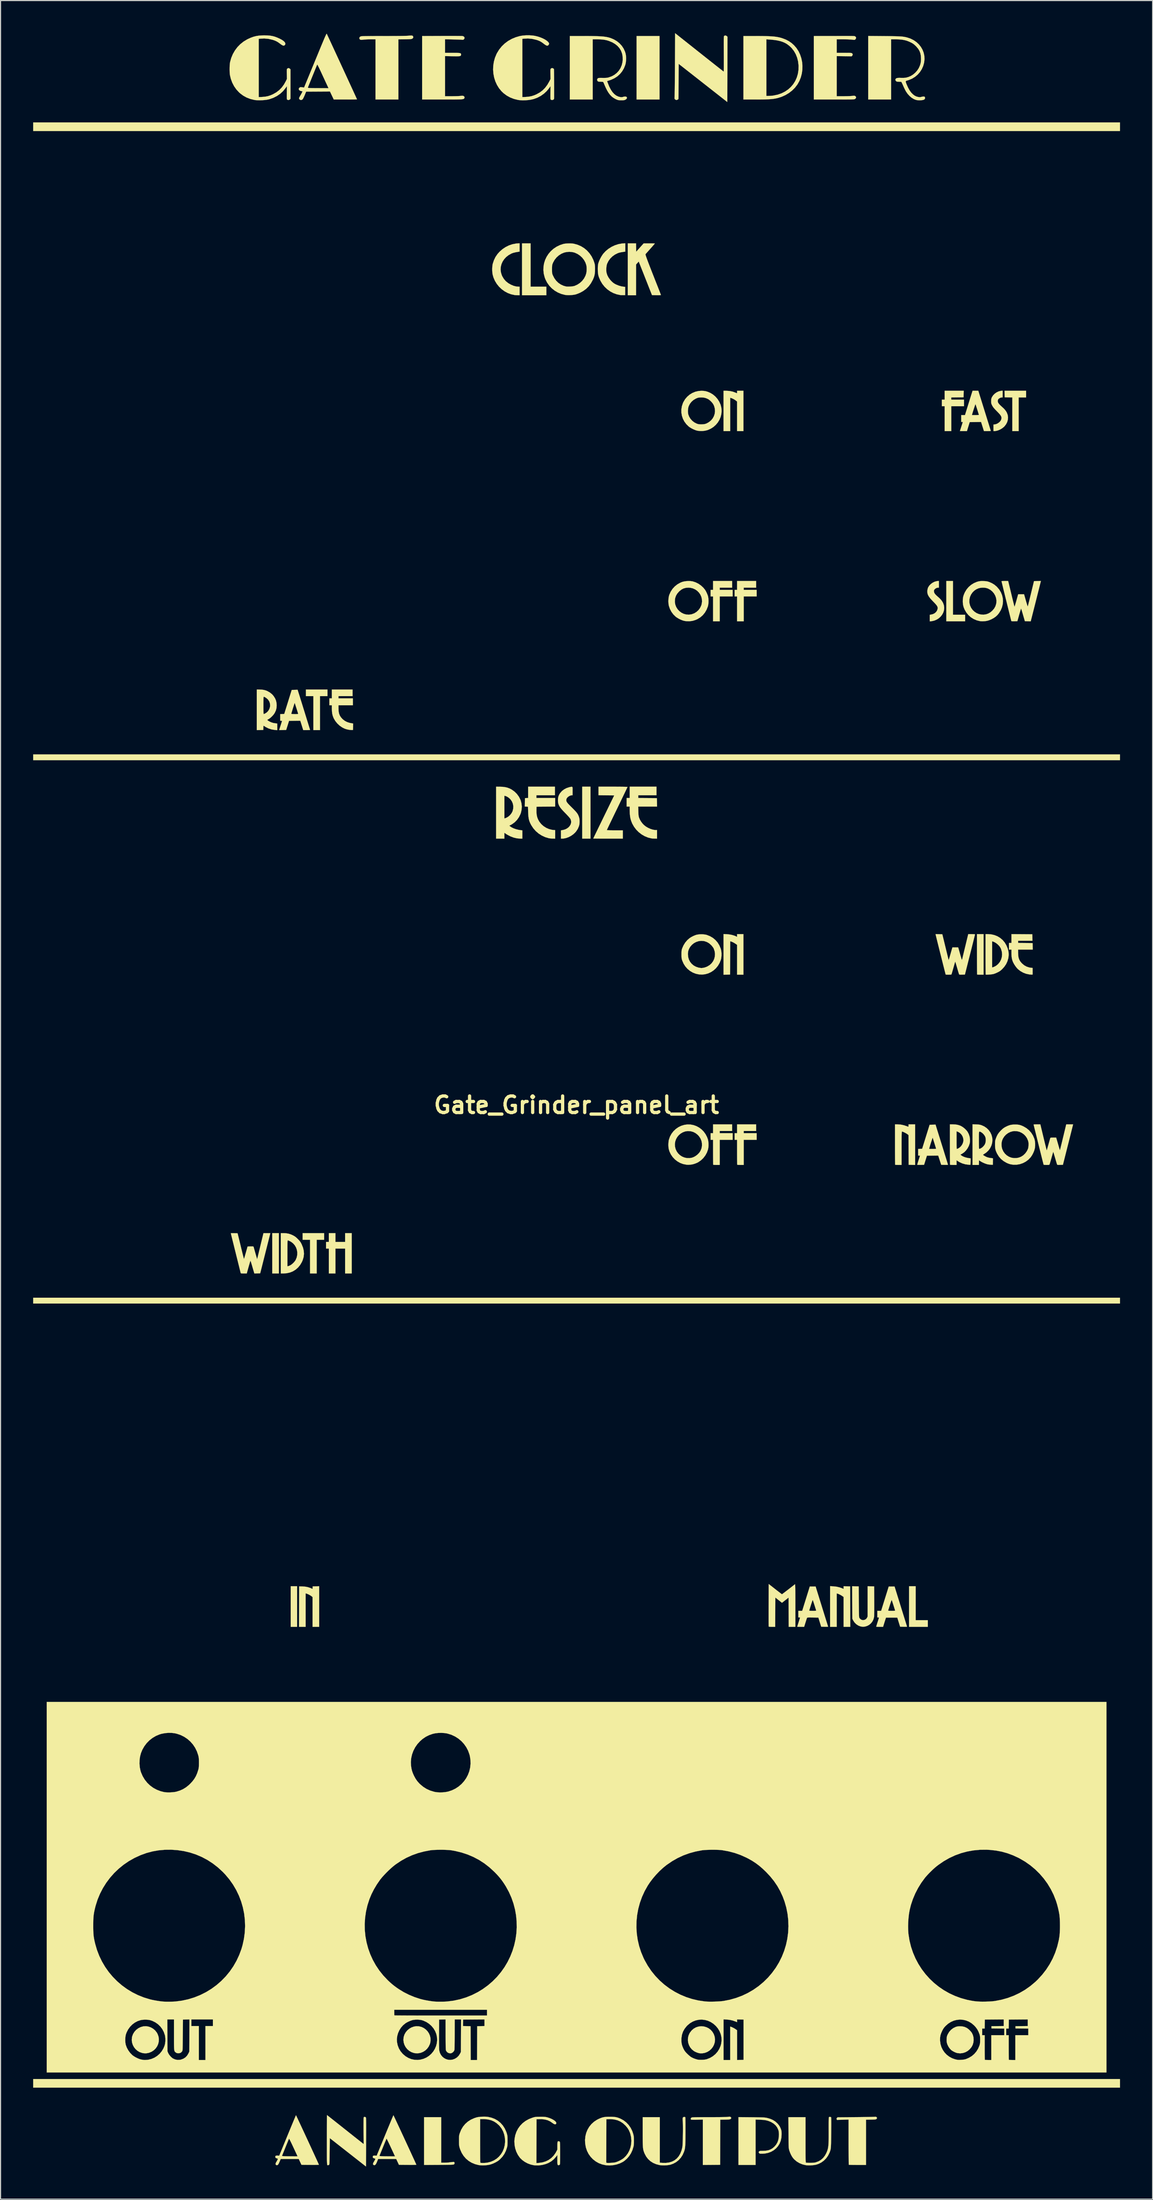
<source format=kicad_pcb>
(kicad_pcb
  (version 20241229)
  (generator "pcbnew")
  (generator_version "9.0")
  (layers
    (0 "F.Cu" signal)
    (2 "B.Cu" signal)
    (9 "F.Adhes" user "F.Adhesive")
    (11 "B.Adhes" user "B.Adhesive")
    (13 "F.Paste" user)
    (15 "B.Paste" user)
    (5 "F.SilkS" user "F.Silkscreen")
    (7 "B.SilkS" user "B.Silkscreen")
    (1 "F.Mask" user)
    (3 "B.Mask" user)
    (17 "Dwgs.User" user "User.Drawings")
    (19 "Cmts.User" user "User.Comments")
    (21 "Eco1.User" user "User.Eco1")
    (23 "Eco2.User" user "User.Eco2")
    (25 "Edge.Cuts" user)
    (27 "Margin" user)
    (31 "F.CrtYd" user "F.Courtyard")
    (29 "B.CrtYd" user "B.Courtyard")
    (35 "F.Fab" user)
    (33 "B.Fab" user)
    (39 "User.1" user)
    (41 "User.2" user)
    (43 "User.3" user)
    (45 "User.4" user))
  (footprint "Gate_Grinder_panel_art"
    (layer "F.Cu")
    (at 49.992 98.612)
    (property "Reference" "Gate_Grinder_panel_art" (at 0 0 0) (layer "F.SilkS") (effects (font (size 1.524 1.524) (thickness 0.3))))
    (attr through_hole)
    (fp_poly (pts (xy -27.381 15.494) (xy -27.991 15.494) (xy -27.991 11.786) (xy -27.381 11.786) (xy -27.381 15.494)) (stroke (width 0.01) (type solid)) (fill yes) (layer "F.SilkS"))
    (fp_poly (pts (xy -25.705 48.006) (xy -26.289 48.006) (xy -26.289 44.272) (xy -25.705 44.272) (xy -25.705 48.006)) (stroke (width 0.01) (type solid)) (fill yes) (layer "F.SilkS"))
    (fp_poly (pts (xy 1.295 -24.511) (xy 0.533 -24.511) (xy 0.533 -29.286) (xy 1.295 -29.286) (xy 1.295 -24.511)) (stroke (width 0.01) (type solid)) (fill yes) (layer "F.SilkS"))
    (fp_poly (pts (xy 7.645 -92.507) (xy 5.537 -92.507) (xy 5.537 -98.349) (xy 7.645 -98.349) (xy 7.645 -92.507)) (stroke (width 0.01) (type solid)) (fill yes) (layer "F.SilkS"))
    (fp_poly (pts (xy 50.013 -89.611) (xy -49.987 -89.611) (xy -49.987 -90.399) (xy 50.013 -90.399) (xy 50.013 -89.611)) (stroke (width 0.01) (type solid)) (fill yes) (layer "F.SilkS"))
    (fp_poly (pts (xy 50.013 -31.725) (xy -49.987 -31.725) (xy -49.987 -32.258) (xy 50.013 -32.258) (xy 50.013 -31.725)) (stroke (width 0.01) (type solid)) (fill yes) (layer "F.SilkS"))
    (fp_poly (pts (xy 50.013 18.263) (xy -49.987 18.263) (xy -49.987 17.729) (xy 50.013 17.729) (xy 50.013 18.263)) (stroke (width 0.01) (type solid)) (fill yes) (layer "F.SilkS"))
    (fp_poly (pts (xy 50.013 90.399) (xy -49.987 90.399) (xy -49.987 89.611) (xy 50.013 89.611) (xy 50.013 90.399)) (stroke (width 0.01) (type solid)) (fill yes) (layer "F.SilkS"))
    (fp_poly (pts (xy -4.216 -75.286) (xy -2.769 -75.286) (xy -2.769 -74.498) (xy -5.004 -74.498) (xy -5.004 -79.273) (xy -4.216 -79.273) (xy -4.216 -75.286)) (stroke (width 0.01) (type solid)) (fill yes) (layer "F.SilkS"))
    (fp_poly (pts (xy 31.217 47.396) (xy 32.334 47.396) (xy 32.334 48.006) (xy 30.607 48.006) (xy 30.607 44.272) (xy 31.217 44.272) (xy 31.217 47.396)) (stroke (width 0.01) (type solid)) (fill yes) (layer "F.SilkS"))
    (fp_poly (pts (xy 34.646 -45.11) (xy 35.763 -45.11) (xy 35.763 -44.501) (xy 34.036 -44.501) (xy 34.036 -48.209) (xy 34.646 -48.209) (xy 34.646 -45.11)) (stroke (width 0.01) (type solid)) (fill yes) (layer "F.SilkS"))
    (fp_poly (pts (xy -23.216 12.395) (xy -23.901 12.395) (xy -23.901 15.494) (xy -24.511 15.494) (xy -24.511 12.395) (xy -25.197 12.395) (xy -25.197 11.786) (xy -23.216 11.786) (xy -23.216 12.395)) (stroke (width 0.01) (type solid)) (fill yes) (layer "F.SilkS"))
    (fp_poly (pts (xy -22.911 -37.617) (xy -23.597 -37.617) (xy -23.597 -34.493) (xy -24.206 -34.493) (xy -24.206 -37.617) (xy -24.892 -37.617) (xy -24.892 -38.227) (xy -22.911 -38.227) (xy -22.911 -37.617)) (stroke (width 0.01) (type solid)) (fill yes) (layer "F.SilkS"))
    (fp_poly (pts (xy 41.377 -65.1) (xy 40.691 -65.1) (xy 40.691 -62.001) (xy 40.107 -62.001) (xy 40.107 -65.099) (xy 39.757 -65.106) (xy 39.408 -65.113) (xy 39.401 -65.411) (xy 39.394 -65.71) (xy 41.377 -65.71) (xy 41.377 -65.1)) (stroke (width 0.01) (type solid)) (fill yes) (layer "F.SilkS"))
    (fp_poly (pts (xy 14.326 -47.6) (xy 13.183 -47.6) (xy 13.183 -47.396) (xy 14.376 -47.396) (xy 14.376 -46.787) (xy 13.183 -46.787) (xy 13.183 -44.501) (xy 12.573 -44.501) (xy 12.573 -46.787) (xy 12.344 -46.787) (xy 12.344 -47.396) (xy 12.573 -47.396) (xy 12.573 -48.209) (xy 14.326 -48.209) (xy 14.326 -47.6)) (stroke (width 0.01) (type solid)) (fill yes) (layer "F.SilkS"))
    (fp_poly (pts (xy 16.535 -47.6) (xy 15.392 -47.6) (xy 15.392 -47.396) (xy 16.586 -47.396) (xy 16.586 -46.787) (xy 15.392 -46.787) (xy 15.392 -44.501) (xy 14.783 -44.501) (xy 14.783 -46.787) (xy 14.554 -46.787) (xy 14.554 -47.396) (xy 14.783 -47.396) (xy 14.783 -48.209) (xy 16.535 -48.209) (xy 16.535 -47.6)) (stroke (width 0.01) (type solid)) (fill yes) (layer "F.SilkS"))
    (fp_poly (pts (xy 35.623 -65.113) (xy 35.058 -65.106) (xy 34.493 -65.099) (xy 34.493 -64.897) (xy 35.662 -64.897) (xy 35.662 -64.287) (xy 34.493 -64.287) (xy 34.493 -62.001) (xy 33.884 -62.001) (xy 33.884 -64.287) (xy 33.63 -64.287) (xy 33.63 -64.897) (xy 33.884 -64.897) (xy 33.884 -65.71) (xy 35.638 -65.71) (xy 35.623 -65.113)) (stroke (width 0.01) (type solid)) (fill yes) (layer "F.SilkS"))
    (fp_poly (pts (xy -22.174 12.598) (xy -21.285 12.598) (xy -21.285 11.786) (xy -20.676 11.786) (xy -20.676 15.494) (xy -21.285 15.494) (xy -21.285 13.208) (xy -22.174 13.208) (xy -22.174 15.494) (xy -22.784 15.494) (xy -22.784 13.208) (xy -23.038 13.208) (xy -23.038 12.598) (xy -22.784 12.598) (xy -22.784 11.786) (xy -22.174 11.786) (xy -22.174 12.598)) (stroke (width 0.01) (type solid)) (fill yes) (layer "F.SilkS"))
    (fp_poly (pts (xy 37.465 -11.989) (xy 37.177 -11.989) (xy 37.061 -11.99) (xy 36.964 -11.994) (xy 36.897 -12) (xy 36.872 -12.006) (xy 36.87 -12.033) (xy 36.867 -12.108) (xy 36.865 -12.225) (xy 36.862 -12.38) (xy 36.86 -12.571) (xy 36.859 -12.792) (xy 36.857 -13.04) (xy 36.856 -13.31) (xy 36.856 -13.598) (xy 36.855 -13.873) (xy 36.855 -15.723) (xy 37.465 -15.723) (xy 37.465 -11.989)) (stroke (width 0.01) (type solid)) (fill yes) (layer "F.SilkS"))
    (fp_poly (pts (xy 13.837 -15.716) (xy 14.079 -15.692) (xy 14.314 -15.647) (xy 14.527 -15.585) (xy 14.683 -15.518) (xy 14.783 -15.468) (xy 14.783 -15.723) (xy 15.367 -15.723) (xy 15.367 -11.989) (xy 14.783 -11.989) (xy 14.783 -14.732) (xy 14.662 -14.819) (xy 14.548 -14.895) (xy 14.423 -14.965) (xy 14.304 -15.02) (xy 14.217 -15.05) (xy 14.148 -15.068) (xy 14.135 -12.002) (xy 13.538 -11.987) (xy 13.538 -15.73) (xy 13.837 -15.716)) (stroke (width 0.01) (type solid)) (fill yes) (layer "F.SilkS"))
    (fp_poly (pts (xy -23.673 48.006) (xy -24.282 48.006) (xy -24.282 45.266) (xy -24.375 45.19) (xy -24.459 45.131) (xy -24.569 45.067) (xy -24.687 45.007) (xy -24.794 44.962) (xy -24.848 44.944) (xy -24.917 44.927) (xy -24.917 48.006) (xy -25.527 48.006) (xy -25.514 44.285) (xy -25.222 44.29) (xy -24.965 44.309) (xy -24.718 44.356) (xy -24.495 44.426) (xy -24.384 44.476) (xy -24.285 44.526) (xy -24.27 44.285) (xy -23.971 44.278) (xy -23.673 44.271) (xy -23.673 48.006)) (stroke (width 0.01) (type solid)) (fill yes) (layer "F.SilkS"))
    (fp_poly (pts (xy 23.628 44.28) (xy 23.939 44.314) (xy 24.226 44.381) (xy 24.448 44.462) (xy 24.587 44.523) (xy 24.587 44.271) (xy 24.886 44.278) (xy 25.184 44.285) (xy 25.191 46.145) (xy 25.197 48.006) (xy 24.587 48.006) (xy 24.587 45.263) (xy 24.479 45.184) (xy 24.379 45.118) (xy 24.263 45.053) (xy 24.148 44.996) (xy 24.051 44.957) (xy 24.022 44.948) (xy 23.952 44.932) (xy 23.952 48.006) (xy 23.343 48.006) (xy 23.343 44.264) (xy 23.628 44.28)) (stroke (width 0.01) (type solid)) (fill yes) (layer "F.SilkS"))
    (fp_poly (pts (xy 15.367 -62.001) (xy 14.783 -62.001) (xy 14.783 -64.715) (xy 14.684 -64.8) (xy 14.584 -64.873) (xy 14.459 -64.947) (xy 14.33 -65.01) (xy 14.225 -65.049) (xy 14.148 -65.071) (xy 14.148 -62.001) (xy 13.538 -62.001) (xy 13.538 -65.71) (xy 13.799 -65.71) (xy 14.099 -65.689) (xy 14.386 -65.629) (xy 14.617 -65.546) (xy 14.695 -65.512) (xy 14.751 -65.489) (xy 14.773 -65.481) (xy 14.779 -65.504) (xy 14.782 -65.561) (xy 14.783 -65.596) (xy 14.783 -65.71) (xy 15.367 -65.71) (xy 15.367 -62.001)) (stroke (width 0.01) (type solid)) (fill yes) (layer "F.SilkS"))
    (fp_poly (pts (xy 14.326 2.388) (xy 13.183 2.388) (xy 13.183 2.591) (xy 14.376 2.591) (xy 14.376 3.2) (xy 13.183 3.2) (xy 13.183 5.512) (xy 12.895 5.512) (xy 12.779 5.51) (xy 12.682 5.507) (xy 12.615 5.501) (xy 12.59 5.495) (xy 12.586 5.467) (xy 12.583 5.393) (xy 12.58 5.279) (xy 12.578 5.129) (xy 12.576 4.95) (xy 12.574 4.745) (xy 12.573 4.521) (xy 12.573 4.339) (xy 12.573 3.2) (xy 12.344 3.2) (xy 12.344 2.591) (xy 12.573 2.591) (xy 12.573 1.778) (xy 14.326 1.778) (xy 14.326 2.388)) (stroke (width 0.01) (type solid)) (fill yes) (layer "F.SilkS"))
    (fp_poly (pts (xy 16.535 2.388) (xy 15.392 2.388) (xy 15.392 2.591) (xy 16.586 2.591) (xy 16.586 3.2) (xy 15.392 3.2) (xy 15.392 5.512) (xy 15.105 5.512) (xy 14.988 5.51) (xy 14.891 5.507) (xy 14.825 5.501) (xy 14.8 5.495) (xy 14.796 5.467) (xy 14.793 5.393) (xy 14.79 5.279) (xy 14.788 5.129) (xy 14.785 4.95) (xy 14.784 4.745) (xy 14.783 4.521) (xy 14.783 4.339) (xy 14.783 3.2) (xy 14.554 3.2) (xy 14.554 2.591) (xy 14.783 2.591) (xy 14.783 1.778) (xy 16.535 1.778) (xy 16.535 2.388)) (stroke (width 0.01) (type solid)) (fill yes) (layer "F.SilkS"))
    (fp_poly (pts (xy -12.446 97.307) (xy -12.16 97.305) (xy -12.026 97.302) (xy -11.892 97.296) (xy -11.778 97.287) (xy -11.722 97.28) (xy -11.605 97.264) (xy -11.476 97.248) (xy -11.414 97.241) (xy -11.326 97.234) (xy -11.275 97.236) (xy -11.246 97.252) (xy -11.228 97.28) (xy -11.211 97.358) (xy -11.241 97.429) (xy -11.286 97.466) (xy -11.312 97.474) (xy -11.363 97.48) (xy -11.444 97.486) (xy -11.556 97.491) (xy -11.704 97.495) (xy -11.89 97.498) (xy -12.118 97.501) (xy -12.39 97.504) (xy -12.681 97.505) (xy -14.021 97.513) (xy -14.021 93.116) (xy -12.446 93.116) (xy -12.446 97.307)) (stroke (width 0.01) (type solid)) (fill yes) (layer "F.SilkS"))
    (fp_poly (pts (xy -39.372 84.784) (xy -39.151 84.864) (xy -38.947 84.983) (xy -38.767 85.138) (xy -38.618 85.326) (xy -38.542 85.462) (xy -38.459 85.69) (xy -38.423 85.923) (xy -38.433 86.155) (xy -38.485 86.38) (xy -38.578 86.592) (xy -38.71 86.785) (xy -38.878 86.952) (xy -39.081 87.087) (xy -39.12 87.107) (xy -39.348 87.198) (xy -39.569 87.241) (xy -39.793 87.239) (xy -39.963 87.209) (xy -40.192 87.129) (xy -40.395 87.009) (xy -40.57 86.855) (xy -40.714 86.673) (xy -40.822 86.468) (xy -40.892 86.246) (xy -40.919 86.014) (xy -40.9 85.777) (xy -40.88 85.688) (xy -40.797 85.463) (xy -40.67 85.259) (xy -40.508 85.082) (xy -40.315 84.937) (xy -40.099 84.829) (xy -39.864 84.764) (xy -39.838 84.759) (xy -39.603 84.748) (xy -39.372 84.784)) (stroke (width 0.01) (type solid)) (fill yes) (layer "F.SilkS"))
    (fp_poly (pts (xy -14.502 84.757) (xy -14.489 84.759) (xy -14.255 84.819) (xy -14.043 84.919) (xy -13.856 85.055) (xy -13.698 85.219) (xy -13.572 85.409) (xy -13.482 85.616) (xy -13.43 85.837) (xy -13.421 86.065) (xy -13.457 86.295) (xy -13.492 86.406) (xy -13.599 86.629) (xy -13.743 86.823) (xy -13.917 86.984) (xy -14.115 87.109) (xy -14.332 87.196) (xy -14.562 87.24) (xy -14.798 87.239) (xy -14.955 87.212) (xy -15.185 87.132) (xy -15.39 87.012) (xy -15.568 86.858) (xy -15.713 86.675) (xy -15.823 86.47) (xy -15.894 86.248) (xy -15.922 86.015) (xy -15.904 85.777) (xy -15.898 85.745) (xy -15.826 85.519) (xy -15.713 85.314) (xy -15.564 85.134) (xy -15.386 84.983) (xy -15.185 84.865) (xy -14.967 84.786) (xy -14.737 84.748) (xy -14.502 84.757)) (stroke (width 0.01) (type solid)) (fill yes) (layer "F.SilkS"))
    (fp_poly (pts (xy 11.741 84.776) (xy 11.972 84.844) (xy 12.181 84.951) (xy 12.364 85.094) (xy 12.517 85.268) (xy 12.635 85.469) (xy 12.714 85.691) (xy 12.749 85.931) (xy 12.751 85.992) (xy 12.727 86.23) (xy 12.658 86.454) (xy 12.551 86.659) (xy 12.409 86.84) (xy 12.237 86.993) (xy 12.042 87.114) (xy 11.827 87.198) (xy 11.599 87.242) (xy 11.362 87.24) (xy 11.303 87.232) (xy 11.188 87.203) (xy 11.052 87.154) (xy 10.916 87.093) (xy 10.802 87.028) (xy 10.801 87.027) (xy 10.618 86.877) (xy 10.469 86.697) (xy 10.359 86.494) (xy 10.287 86.275) (xy 10.255 86.047) (xy 10.265 85.818) (xy 10.319 85.593) (xy 10.417 85.38) (xy 10.438 85.346) (xy 10.597 85.142) (xy 10.783 84.978) (xy 10.993 84.857) (xy 11.223 84.782) (xy 11.47 84.753) (xy 11.493 84.753) (xy 11.741 84.776)) (stroke (width 0.01) (type solid)) (fill yes) (layer "F.SilkS"))
    (fp_poly (pts (xy -20.599 -37.617) (xy -21.895 -37.617) (xy -21.895 -37.414) (xy -20.574 -37.414) (xy -20.574 -36.779) (xy -21.895 -36.779) (xy -21.895 -36.477) (xy -21.884 -36.235) (xy -21.848 -36.03) (xy -21.782 -35.851) (xy -21.684 -35.689) (xy -21.55 -35.534) (xy -21.491 -35.478) (xy -21.315 -35.342) (xy -21.114 -35.237) (xy -20.881 -35.16) (xy -20.643 -35.114) (xy -20.547 -35.1) (xy -20.554 -34.803) (xy -20.561 -34.506) (xy -20.676 -34.501) (xy -20.76 -34.504) (xy -20.869 -34.515) (xy -20.979 -34.531) (xy -21.158 -34.571) (xy -21.315 -34.623) (xy -21.471 -34.697) (xy -21.57 -34.752) (xy -21.797 -34.909) (xy -22.006 -35.106) (xy -22.187 -35.33) (xy -22.329 -35.571) (xy -22.349 -35.615) (xy -22.421 -35.803) (xy -22.47 -36) (xy -22.497 -36.219) (xy -22.504 -36.46) (xy -22.504 -36.779) (xy -22.733 -36.779) (xy -22.733 -37.414) (xy -22.504 -37.414) (xy -22.504 -38.227) (xy -20.599 -38.227) (xy -20.599 -37.617)) (stroke (width 0.01) (type solid)) (fill yes) (layer "F.SilkS"))
    (fp_poly (pts (xy 40.989 -15.717) (xy 41.948 -15.71) (xy 41.962 -15.113) (xy 40.64 -15.113) (xy 40.64 -14.911) (xy 41.974 -14.897) (xy 41.988 -14.3) (xy 40.64 -14.3) (xy 40.64 -14.002) (xy 40.651 -13.762) (xy 40.683 -13.56) (xy 40.742 -13.385) (xy 40.831 -13.226) (xy 40.954 -13.074) (xy 41.008 -13.018) (xy 41.206 -12.852) (xy 41.424 -12.732) (xy 41.665 -12.654) (xy 41.834 -12.627) (xy 41.974 -12.611) (xy 41.974 -12.002) (xy 41.91 -11.998) (xy 41.852 -11.999) (xy 41.764 -12.006) (xy 41.673 -12.015) (xy 41.385 -12.074) (xy 41.106 -12.18) (xy 40.845 -12.329) (xy 40.631 -12.498) (xy 40.513 -12.623) (xy 40.392 -12.78) (xy 40.279 -12.952) (xy 40.187 -13.122) (xy 40.15 -13.208) (xy 40.099 -13.357) (xy 40.063 -13.506) (xy 40.042 -13.671) (xy 40.032 -13.863) (xy 40.03 -13.987) (xy 40.03 -14.3) (xy 39.802 -14.3) (xy 39.802 -14.91) (xy 40.03 -14.91) (xy 40.03 -15.723) (xy 40.989 -15.717)) (stroke (width 0.01) (type solid)) (fill yes) (layer "F.SilkS"))
    (fp_poly (pts (xy -1.981 -28.499) (xy -3.683 -28.499) (xy -3.683 -28.245) (xy -1.956 -28.245) (xy -1.956 -27.458) (xy -3.67 -27.445) (xy -3.678 -27.178) (xy -3.677 -26.912) (xy -3.655 -26.683) (xy -3.61 -26.479) (xy -3.539 -26.291) (xy -3.439 -26.108) (xy -3.398 -26.044) (xy -3.227 -25.833) (xy -3.019 -25.65) (xy -2.783 -25.5) (xy -2.527 -25.389) (xy -2.259 -25.321) (xy -2.14 -25.307) (xy -1.956 -25.291) (xy -1.956 -24.511) (xy -2.178 -24.514) (xy -2.301 -24.519) (xy -2.425 -24.53) (xy -2.526 -24.544) (xy -2.54 -24.547) (xy -2.873 -24.646) (xy -3.187 -24.791) (xy -3.477 -24.976) (xy -3.738 -25.199) (xy -3.966 -25.457) (xy -4.155 -25.745) (xy -4.24 -25.907) (xy -4.307 -26.057) (xy -4.357 -26.206) (xy -4.393 -26.364) (xy -4.418 -26.544) (xy -4.434 -26.754) (xy -4.442 -26.949) (xy -4.458 -27.445) (xy -4.604 -27.452) (xy -4.751 -27.46) (xy -4.744 -27.846) (xy -4.737 -28.232) (xy -4.445 -28.247) (xy -4.445 -29.286) (xy -1.981 -29.286) (xy -1.981 -28.499)) (stroke (width 0.01) (type solid)) (fill yes) (layer "F.SilkS"))
    (fp_poly (pts (xy 35.523 84.769) (xy 35.712 84.813) (xy 35.889 84.891) (xy 35.968 84.938) (xy 36.074 85.019) (xy 36.189 85.126) (xy 36.297 85.243) (xy 36.38 85.352) (xy 36.391 85.369) (xy 36.484 85.57) (xy 36.538 85.791) (xy 36.551 86.021) (xy 36.525 86.251) (xy 36.46 86.469) (xy 36.358 86.661) (xy 36.194 86.862) (xy 36.004 87.023) (xy 35.791 87.141) (xy 35.562 87.216) (xy 35.321 87.245) (xy 35.074 87.225) (xy 35.053 87.221) (xy 34.934 87.186) (xy 34.795 87.128) (xy 34.655 87.055) (xy 34.533 86.978) (xy 34.476 86.934) (xy 34.352 86.803) (xy 34.239 86.64) (xy 34.149 86.463) (xy 34.109 86.355) (xy 34.081 86.25) (xy 34.067 86.151) (xy 34.063 86.036) (xy 34.066 85.933) (xy 34.072 85.809) (xy 34.085 85.716) (xy 34.106 85.635) (xy 34.142 85.546) (xy 34.169 85.489) (xy 34.301 85.267) (xy 34.47 85.078) (xy 34.669 84.926) (xy 34.896 84.815) (xy 34.914 84.808) (xy 35.021 84.778) (xy 35.138 84.761) (xy 35.284 84.755) (xy 35.306 84.755) (xy 35.523 84.769)) (stroke (width 0.01) (type solid)) (fill yes) (layer "F.SilkS"))
    (fp_poly (pts (xy 7.366 -28.499) (xy 5.69 -28.499) (xy 5.69 -28.245) (xy 7.404 -28.232) (xy 7.411 -27.845) (xy 7.418 -27.457) (xy 5.684 -27.457) (xy 5.696 -27.032) (xy 5.701 -26.859) (xy 5.709 -26.726) (xy 5.719 -26.622) (xy 5.734 -26.537) (xy 5.755 -26.46) (xy 5.762 -26.438) (xy 5.839 -26.257) (xy 5.95 -26.07) (xy 6.084 -25.893) (xy 6.221 -25.751) (xy 6.393 -25.618) (xy 6.59 -25.501) (xy 6.802 -25.406) (xy 7.013 -25.338) (xy 7.213 -25.302) (xy 7.294 -25.298) (xy 7.417 -25.298) (xy 7.417 -24.511) (xy 7.195 -24.514) (xy 7.085 -24.517) (xy 6.989 -24.522) (xy 6.922 -24.527) (xy 6.909 -24.529) (xy 6.589 -24.608) (xy 6.283 -24.732) (xy 5.996 -24.899) (xy 5.733 -25.103) (xy 5.498 -25.34) (xy 5.297 -25.606) (xy 5.133 -25.898) (xy 5.032 -26.15) (xy 4.975 -26.348) (xy 4.936 -26.558) (xy 4.912 -26.791) (xy 4.903 -27.059) (xy 4.902 -27.133) (xy 4.902 -27.457) (xy 4.623 -27.457) (xy 4.623 -28.245) (xy 4.902 -28.245) (xy 4.902 -29.286) (xy 7.366 -29.286) (xy 7.366 -28.499)) (stroke (width 0.01) (type solid)) (fill yes) (layer "F.SilkS"))
    (fp_poly (pts (xy 14.146 93.08) (xy 14.186 93.101) (xy 14.186 93.101) (xy 14.238 93.157) (xy 14.242 93.217) (xy 14.197 93.276) (xy 14.181 93.287) (xy 14.148 93.304) (xy 14.102 93.317) (xy 14.036 93.326) (xy 13.942 93.333) (xy 13.811 93.338) (xy 13.673 93.341) (xy 13.234 93.349) (xy 13.227 95.424) (xy 13.221 97.498) (xy 12.427 97.505) (xy 11.633 97.511) (xy 11.633 93.337) (xy 11.103 93.352) (xy 10.902 93.356) (xy 10.749 93.357) (xy 10.641 93.354) (xy 10.573 93.348) (xy 10.544 93.338) (xy 10.515 93.278) (xy 10.528 93.214) (xy 10.58 93.161) (xy 10.591 93.155) (xy 10.612 93.147) (xy 10.644 93.14) (xy 10.69 93.134) (xy 10.756 93.129) (xy 10.843 93.126) (xy 10.957 93.122) (xy 11.101 93.12) (xy 11.279 93.118) (xy 11.494 93.117) (xy 11.751 93.117) (xy 12.053 93.116) (xy 12.202 93.116) (xy 12.583 93.116) (xy 12.919 93.114) (xy 13.21 93.112) (xy 13.454 93.108) (xy 13.652 93.104) (xy 13.801 93.098) (xy 13.9 93.091) (xy 13.931 93.088) (xy 14.033 93.074) (xy 14.1 93.072) (xy 14.146 93.08)) (stroke (width 0.01) (type solid)) (fill yes) (layer "F.SilkS"))
    (fp_poly (pts (xy 27.597 93.101) (xy 27.65 93.157) (xy 27.653 93.22) (xy 27.607 93.284) (xy 27.583 93.302) (xy 27.55 93.315) (xy 27.5 93.324) (xy 27.425 93.331) (xy 27.318 93.336) (xy 27.172 93.34) (xy 27.099 93.341) (xy 26.645 93.35) (xy 26.645 97.511) (xy 25.861 97.511) (xy 25.667 97.51) (xy 25.489 97.509) (xy 25.334 97.506) (xy 25.207 97.503) (xy 25.117 97.5) (xy 25.068 97.496) (xy 25.061 97.494) (xy 25.059 97.466) (xy 25.056 97.392) (xy 25.054 97.274) (xy 25.052 97.117) (xy 25.05 96.925) (xy 25.048 96.7) (xy 25.047 96.448) (xy 25.046 96.172) (xy 25.045 95.875) (xy 25.044 95.562) (xy 25.044 95.407) (xy 25.044 93.337) (xy 23.975 93.368) (xy 23.946 93.304) (xy 23.932 93.253) (xy 23.95 93.211) (xy 23.974 93.185) (xy 24.03 93.129) (xy 25.712 93.114) (xy 26.001 93.111) (xy 26.277 93.108) (xy 26.535 93.104) (xy 26.77 93.1) (xy 26.979 93.096) (xy 27.156 93.092) (xy 27.297 93.088) (xy 27.398 93.084) (xy 27.454 93.081) (xy 27.464 93.079) (xy 27.546 93.077) (xy 27.597 93.101)) (stroke (width 0.01) (type solid)) (fill yes) (layer "F.SilkS"))
    (fp_poly (pts (xy -15.168 -98.392) (xy -15.094 -98.376) (xy -15.049 -98.343) (xy -15.023 -98.291) (xy -15.021 -98.282) (xy -15.019 -98.203) (xy -15.061 -98.139) (xy -15.128 -98.095) (xy -15.164 -98.082) (xy -15.22 -98.071) (xy -15.302 -98.063) (xy -15.416 -98.057) (xy -15.567 -98.052) (xy -15.763 -98.049) (xy -15.792 -98.048) (xy -16.383 -98.04) (xy -16.383 -92.507) (xy -18.491 -92.507) (xy -18.491 -98.044) (xy -18.941 -98.044) (xy -19.105 -98.042) (xy -19.269 -98.037) (xy -19.418 -98.03) (xy -19.539 -98.021) (xy -19.595 -98.014) (xy -19.734 -97.998) (xy -19.833 -97.999) (xy -19.9 -98.017) (xy -19.943 -98.055) (xy -19.964 -98.094) (xy -19.977 -98.179) (xy -19.942 -98.252) (xy -19.865 -98.306) (xy -19.819 -98.322) (xy -19.772 -98.328) (xy -19.675 -98.333) (xy -19.529 -98.337) (xy -19.333 -98.34) (xy -19.089 -98.343) (xy -18.798 -98.346) (xy -18.458 -98.347) (xy -18.072 -98.348) (xy -17.704 -98.349) (xy -17.264 -98.349) (xy -16.873 -98.35) (xy -16.531 -98.352) (xy -16.236 -98.354) (xy -15.986 -98.358) (xy -15.781 -98.362) (xy -15.62 -98.367) (xy -15.501 -98.372) (xy -15.425 -98.379) (xy -15.275 -98.392) (xy -15.168 -98.392)) (stroke (width 0.01) (type solid)) (fill yes) (layer "F.SilkS"))
    (fp_poly (pts (xy 31.166 5.513) (xy 30.569 5.499) (xy 30.562 4.132) (xy 30.556 2.766) (xy 30.486 2.705) (xy 30.427 2.661) (xy 30.341 2.609) (xy 30.241 2.554) (xy 30.141 2.504) (xy 30.052 2.464) (xy 29.988 2.441) (xy 29.97 2.438) (xy 29.96 2.44) (xy 29.951 2.446) (xy 29.944 2.461) (xy 29.938 2.489) (xy 29.933 2.533) (xy 29.93 2.598) (xy 29.927 2.686) (xy 29.924 2.802) (xy 29.923 2.949) (xy 29.922 3.132) (xy 29.921 3.353) (xy 29.921 3.618) (xy 29.921 3.928) (xy 29.921 5.512) (xy 29.633 5.512) (xy 29.517 5.51) (xy 29.42 5.507) (xy 29.354 5.501) (xy 29.329 5.495) (xy 29.326 5.467) (xy 29.323 5.393) (xy 29.321 5.276) (xy 29.318 5.12) (xy 29.316 4.93) (xy 29.315 4.709) (xy 29.313 4.461) (xy 29.312 4.191) (xy 29.312 3.902) (xy 29.312 3.628) (xy 29.312 1.778) (xy 29.521 1.778) (xy 29.838 1.8) (xy 30.155 1.867) (xy 30.48 1.98) (xy 30.512 1.993) (xy 30.539 1.998) (xy 30.552 1.976) (xy 30.556 1.916) (xy 30.556 1.895) (xy 30.556 1.778) (xy 31.166 1.778) (xy 31.166 5.513)) (stroke (width 0.01) (type solid)) (fill yes) (layer "F.SilkS"))
    (fp_poly (pts (xy 25.672 44.278) (xy 25.971 44.285) (xy 25.984 45.712) (xy 25.987 46.017) (xy 25.99 46.276) (xy 25.992 46.492) (xy 25.995 46.669) (xy 25.998 46.813) (xy 26.001 46.926) (xy 26.005 47.013) (xy 26.01 47.077) (xy 26.016 47.124) (xy 26.023 47.157) (xy 26.032 47.181) (xy 26.042 47.198) (xy 26.049 47.209) (xy 26.156 47.317) (xy 26.277 47.378) (xy 26.408 47.39) (xy 26.544 47.352) (xy 26.568 47.341) (xy 26.667 47.273) (xy 26.735 47.178) (xy 26.74 47.169) (xy 26.797 47.055) (xy 26.797 44.271) (xy 27.095 44.278) (xy 27.394 44.285) (xy 27.401 45.618) (xy 27.402 45.914) (xy 27.402 46.187) (xy 27.401 46.434) (xy 27.399 46.65) (xy 27.396 46.832) (xy 27.392 46.974) (xy 27.387 47.072) (xy 27.383 47.116) (xy 27.327 47.325) (xy 27.233 47.514) (xy 27.104 47.677) (xy 26.949 47.812) (xy 26.772 47.913) (xy 26.58 47.977) (xy 26.379 48) (xy 26.175 47.976) (xy 26.137 47.967) (xy 25.928 47.883) (xy 25.74 47.756) (xy 25.581 47.594) (xy 25.459 47.403) (xy 25.458 47.401) (xy 25.387 47.257) (xy 25.38 45.764) (xy 25.373 44.271) (xy 25.672 44.278)) (stroke (width 0.01) (type solid)) (fill yes) (layer "F.SilkS"))
    (fp_poly (pts (xy -5.232 -78.514) (xy -5.328 -78.5) (xy -5.584 -78.457) (xy -5.794 -78.406) (xy -5.961 -78.347) (xy -5.987 -78.335) (xy -6.243 -78.191) (xy -6.464 -78.018) (xy -6.647 -77.82) (xy -6.792 -77.601) (xy -6.897 -77.367) (xy -6.959 -77.121) (xy -6.977 -76.868) (xy -6.95 -76.612) (xy -6.874 -76.357) (xy -6.821 -76.238) (xy -6.675 -75.995) (xy -6.495 -75.788) (xy -6.277 -75.614) (xy -6.268 -75.608) (xy -6.022 -75.467) (xy -5.774 -75.364) (xy -5.531 -75.303) (xy -5.329 -75.286) (xy -5.232 -75.286) (xy -5.232 -74.498) (xy -5.417 -74.502) (xy -5.52 -74.505) (xy -5.614 -74.511) (xy -5.677 -74.516) (xy -6.004 -74.587) (xy -6.316 -74.703) (xy -6.609 -74.861) (xy -6.878 -75.056) (xy -7.12 -75.285) (xy -7.329 -75.544) (xy -7.502 -75.828) (xy -7.634 -76.134) (xy -7.711 -76.41) (xy -7.736 -76.578) (xy -7.749 -76.773) (xy -7.749 -76.977) (xy -7.736 -77.173) (xy -7.712 -77.343) (xy -7.7 -77.395) (xy -7.593 -77.721) (xy -7.45 -78.017) (xy -7.266 -78.287) (xy -7.075 -78.501) (xy -6.81 -78.735) (xy -6.52 -78.93) (xy -6.211 -79.084) (xy -5.888 -79.193) (xy -5.559 -79.256) (xy -5.455 -79.266) (xy -5.232 -79.281) (xy -5.232 -78.514)) (stroke (width 0.01) (type solid)) (fill yes) (layer "F.SilkS"))
    (fp_poly (pts (xy 18.293 44.537) (xy 18.444 44.655) (xy 18.583 44.762) (xy 18.704 44.855) (xy 18.801 44.929) (xy 18.871 44.981) (xy 18.908 45.007) (xy 18.912 45.009) (xy 18.936 44.994) (xy 18.995 44.95) (xy 19.087 44.881) (xy 19.206 44.791) (xy 19.349 44.681) (xy 19.511 44.555) (xy 19.69 44.417) (xy 19.879 44.269) (xy 20.077 44.114) (xy 20.11 44.088) (xy 20.116 44.092) (xy 20.122 44.117) (xy 20.126 44.165) (xy 20.13 44.239) (xy 20.133 44.343) (xy 20.136 44.478) (xy 20.138 44.647) (xy 20.14 44.854) (xy 20.141 45.101) (xy 20.142 45.391) (xy 20.142 45.727) (xy 20.142 46.034) (xy 20.142 48.006) (xy 19.533 48.006) (xy 19.526 46.661) (xy 19.52 45.316) (xy 19.217 45.554) (xy 18.913 45.793) (xy 18.747 45.662) (xy 18.644 45.581) (xy 18.535 45.495) (xy 18.442 45.421) (xy 18.44 45.419) (xy 18.301 45.307) (xy 18.288 48.006) (xy 17.995 48.006) (xy 17.855 48.004) (xy 17.761 47.998) (xy 17.708 47.987) (xy 17.69 47.974) (xy 17.688 47.944) (xy 17.687 47.868) (xy 17.685 47.748) (xy 17.684 47.59) (xy 17.683 47.396) (xy 17.683 47.172) (xy 17.683 46.921) (xy 17.683 46.647) (xy 17.684 46.354) (xy 17.684 46.046) (xy 17.685 46.004) (xy 17.691 44.065) (xy 18.293 44.537)) (stroke (width 0.01) (type solid)) (fill yes) (layer "F.SilkS"))
    (fp_poly (pts (xy 33.35 -47.6) (xy 33.271 -47.6) (xy 33.154 -47.577) (xy 33.039 -47.517) (xy 32.953 -47.439) (xy 32.912 -47.38) (xy 32.896 -47.32) (xy 32.899 -47.241) (xy 32.915 -47.162) (xy 32.949 -47.084) (xy 33.008 -47.002) (xy 33.096 -46.907) (xy 33.218 -46.794) (xy 33.281 -46.74) (xy 33.448 -46.586) (xy 33.577 -46.443) (xy 33.677 -46.299) (xy 33.746 -46.168) (xy 33.817 -45.955) (xy 33.841 -45.741) (xy 33.822 -45.528) (xy 33.761 -45.323) (xy 33.663 -45.131) (xy 33.531 -44.955) (xy 33.367 -44.801) (xy 33.175 -44.674) (xy 32.959 -44.578) (xy 32.721 -44.519) (xy 32.658 -44.511) (xy 32.512 -44.494) (xy 32.512 -45.103) (xy 32.629 -45.119) (xy 32.814 -45.166) (xy 32.973 -45.25) (xy 33.101 -45.366) (xy 33.192 -45.509) (xy 33.238 -45.663) (xy 33.242 -45.739) (xy 33.229 -45.815) (xy 33.193 -45.896) (xy 33.131 -45.988) (xy 33.04 -46.098) (xy 32.915 -46.231) (xy 32.834 -46.313) (xy 32.665 -46.49) (xy 32.533 -46.642) (xy 32.433 -46.777) (xy 32.363 -46.899) (xy 32.317 -47.014) (xy 32.307 -47.049) (xy 32.286 -47.215) (xy 32.298 -47.395) (xy 32.341 -47.566) (xy 32.37 -47.634) (xy 32.471 -47.791) (xy 32.612 -47.933) (xy 32.779 -48.054) (xy 32.961 -48.144) (xy 33.146 -48.196) (xy 33.198 -48.202) (xy 33.35 -48.216) (xy 33.35 -47.6)) (stroke (width 0.01) (type solid)) (fill yes) (layer "F.SilkS"))
    (fp_poly (pts (xy -7.08 -29.285) (xy -6.795 -29.275) (xy -6.546 -29.243) (xy -6.323 -29.187) (xy -6.117 -29.105) (xy -5.948 -29.013) (xy -5.695 -28.831) (xy -5.476 -28.613) (xy -5.294 -28.363) (xy -5.155 -28.087) (xy -5.131 -28.026) (xy -5.058 -27.756) (xy -5.028 -27.472) (xy -5.044 -27.186) (xy -5.103 -26.907) (xy -5.149 -26.773) (xy -5.288 -26.489) (xy -5.465 -26.237) (xy -5.678 -26.018) (xy -5.924 -25.837) (xy -6.068 -25.756) (xy -6.18 -25.7) (xy -6.106 -25.639) (xy -5.96 -25.539) (xy -5.774 -25.45) (xy -5.562 -25.375) (xy -5.334 -25.318) (xy -5.124 -25.285) (xy -4.978 -25.269) (xy -4.978 -24.511) (xy -5.18 -24.511) (xy -5.47 -24.535) (xy -5.769 -24.604) (xy -6.067 -24.715) (xy -6.358 -24.867) (xy -6.483 -24.947) (xy -6.629 -25.046) (xy -6.629 -24.511) (xy -7.391 -24.511) (xy -7.391 -26.362) (xy -6.629 -26.362) (xy -6.572 -26.38) (xy -6.514 -26.401) (xy -6.436 -26.434) (xy -6.408 -26.447) (xy -6.256 -26.541) (xy -6.111 -26.671) (xy -5.987 -26.824) (xy -5.896 -26.986) (xy -5.877 -27.032) (xy -5.819 -27.263) (xy -5.809 -27.492) (xy -5.847 -27.714) (xy -5.931 -27.922) (xy -6.06 -28.111) (xy -6.082 -28.135) (xy -6.184 -28.232) (xy -6.302 -28.321) (xy -6.423 -28.391) (xy -6.53 -28.434) (xy -6.547 -28.438) (xy -6.629 -28.454) (xy -6.629 -26.362) (xy -7.391 -26.362) (xy -7.391 -29.286) (xy -7.08 -29.285)) (stroke (width 0.01) (type solid)) (fill yes) (layer "F.SilkS"))
    (fp_poly (pts (xy 3.62 -29.286) (xy 3.859 -29.285) (xy 4.078 -29.283) (xy 4.271 -29.281) (xy 4.433 -29.278) (xy 4.561 -29.274) (xy 4.65 -29.271) (xy 4.695 -29.267) (xy 4.699 -29.265) (xy 4.688 -29.24) (xy 4.657 -29.172) (xy 4.606 -29.065) (xy 4.538 -28.922) (xy 4.455 -28.747) (xy 4.357 -28.544) (xy 4.247 -28.314) (xy 4.125 -28.062) (xy 3.995 -27.792) (xy 3.856 -27.506) (xy 3.747 -27.279) (xy 3.603 -26.983) (xy 3.466 -26.7) (xy 3.338 -26.434) (xy 3.219 -26.187) (xy 3.111 -25.964) (xy 3.017 -25.767) (xy 2.937 -25.599) (xy 2.873 -25.465) (xy 2.827 -25.367) (xy 2.8 -25.309) (xy 2.794 -25.293) (xy 2.818 -25.288) (xy 2.887 -25.284) (xy 2.994 -25.279) (xy 3.133 -25.276) (xy 3.297 -25.274) (xy 3.481 -25.273) (xy 3.531 -25.273) (xy 4.267 -25.273) (xy 4.267 -24.511) (xy 2.908 -24.511) (xy 2.651 -24.511) (xy 2.409 -24.512) (xy 2.189 -24.512) (xy 1.993 -24.513) (xy 1.827 -24.515) (xy 1.696 -24.516) (xy 1.604 -24.518) (xy 1.556 -24.519) (xy 1.549 -24.52) (xy 1.56 -24.544) (xy 1.592 -24.61) (xy 1.642 -24.715) (xy 1.71 -24.856) (xy 1.794 -25.029) (xy 1.893 -25.231) (xy 2.003 -25.46) (xy 2.125 -25.71) (xy 2.257 -25.98) (xy 2.396 -26.266) (xy 2.513 -26.508) (xy 3.477 -28.486) (xy 2.755 -28.493) (xy 2.032 -28.5) (xy 2.032 -29.286) (xy 3.365 -29.286) (xy 3.62 -29.286)) (stroke (width 0.01) (type solid)) (fill yes) (layer "F.SilkS"))
    (fp_poly (pts (xy -26.956 11.786) (xy -26.711 11.798) (xy -26.494 11.835) (xy -26.284 11.902) (xy -26.111 11.979) (xy -25.996 12.039) (xy -25.901 12.098) (xy -25.812 12.166) (xy -25.715 12.254) (xy -25.638 12.329) (xy -25.534 12.436) (xy -25.457 12.524) (xy -25.396 12.608) (xy -25.34 12.702) (xy -25.279 12.823) (xy -25.278 12.827) (xy -25.159 13.122) (xy -25.091 13.413) (xy -25.073 13.701) (xy -25.106 13.987) (xy -25.189 14.271) (xy -25.263 14.44) (xy -25.422 14.712) (xy -25.614 14.946) (xy -25.837 15.142) (xy -26.086 15.296) (xy -26.36 15.407) (xy -26.655 15.474) (xy -26.941 15.494) (xy -27.203 15.494) (xy -27.203 13.643) (xy -26.594 13.643) (xy -26.594 14.839) (xy -26.524 14.822) (xy -26.458 14.801) (xy -26.374 14.767) (xy -26.343 14.752) (xy -26.231 14.683) (xy -26.109 14.582) (xy -25.991 14.464) (xy -25.892 14.342) (xy -25.836 14.254) (xy -25.741 14.027) (xy -25.692 13.792) (xy -25.686 13.558) (xy -25.722 13.328) (xy -25.797 13.111) (xy -25.911 12.912) (xy -26.061 12.737) (xy -26.245 12.592) (xy -26.347 12.535) (xy -26.436 12.492) (xy -26.51 12.461) (xy -26.555 12.446) (xy -26.559 12.446) (xy -26.567 12.453) (xy -26.574 12.477) (xy -26.58 12.522) (xy -26.584 12.591) (xy -26.588 12.69) (xy -26.59 12.82) (xy -26.592 12.987) (xy -26.593 13.195) (xy -26.594 13.446) (xy -26.594 13.643) (xy -27.203 13.643) (xy -27.203 11.786) (xy -26.956 11.786)) (stroke (width 0.01) (type solid)) (fill yes) (layer "F.SilkS"))
    (fp_poly (pts (xy 5.492 -78.889) (xy 5.499 -78.504) (xy 6.185 -79.269) (xy 6.699 -79.271) (xy 6.855 -79.271) (xy 6.991 -79.27) (xy 7.101 -79.268) (xy 7.178 -79.264) (xy 7.212 -79.26) (xy 7.214 -79.259) (xy 7.197 -79.237) (xy 7.152 -79.182) (xy 7.082 -79.1) (xy 6.992 -78.997) (xy 6.886 -78.877) (xy 6.803 -78.783) (xy 6.687 -78.652) (xy 6.58 -78.532) (xy 6.489 -78.429) (xy 6.418 -78.349) (xy 6.372 -78.297) (xy 6.358 -78.28) (xy 6.354 -78.265) (xy 6.358 -78.234) (xy 6.37 -78.185) (xy 6.39 -78.115) (xy 6.421 -78.024) (xy 6.462 -77.907) (xy 6.514 -77.764) (xy 6.578 -77.592) (xy 6.655 -77.389) (xy 6.747 -77.152) (xy 6.853 -76.879) (xy 6.974 -76.569) (xy 7.112 -76.219) (xy 7.266 -75.826) (xy 7.439 -75.389) (xy 7.478 -75.291) (xy 7.55 -75.107) (xy 7.616 -74.939) (xy 7.673 -74.791) (xy 7.719 -74.67) (xy 7.752 -74.581) (xy 7.77 -74.531) (xy 7.772 -74.522) (xy 7.748 -74.512) (xy 7.676 -74.506) (xy 7.562 -74.503) (xy 7.409 -74.503) (xy 7.363 -74.504) (xy 6.954 -74.511) (xy 6.612 -75.374) (xy 6.519 -75.612) (xy 6.417 -75.87) (xy 6.312 -76.135) (xy 6.21 -76.395) (xy 6.114 -76.638) (xy 6.03 -76.85) (xy 6.002 -76.92) (xy 5.733 -77.603) (xy 5.611 -77.466) (xy 5.489 -77.33) (xy 5.487 -75.914) (xy 5.486 -74.498) (xy 4.724 -74.498) (xy 4.724 -79.273) (xy 5.485 -79.273) (xy 5.492 -78.889)) (stroke (width 0.01) (type solid)) (fill yes) (layer "F.SilkS"))
    (fp_poly (pts (xy 4.496 -78.514) (xy 4.413 -78.502) (xy 4.236 -78.476) (xy 4.098 -78.453) (xy 3.989 -78.43) (xy 3.898 -78.405) (xy 3.815 -78.376) (xy 3.797 -78.369) (xy 3.541 -78.241) (xy 3.309 -78.074) (xy 3.108 -77.874) (xy 2.944 -77.647) (xy 2.822 -77.399) (xy 2.813 -77.374) (xy 2.781 -77.25) (xy 2.758 -77.094) (xy 2.747 -76.923) (xy 2.748 -76.755) (xy 2.761 -76.607) (xy 2.768 -76.572) (xy 2.838 -76.348) (xy 2.954 -76.126) (xy 3.11 -75.913) (xy 3.211 -75.803) (xy 3.319 -75.699) (xy 3.412 -75.622) (xy 3.509 -75.559) (xy 3.626 -75.497) (xy 3.658 -75.482) (xy 3.888 -75.387) (xy 4.125 -75.319) (xy 4.351 -75.282) (xy 4.381 -75.28) (xy 4.483 -75.273) (xy 4.483 -74.511) (xy 4.305 -74.508) (xy 4.203 -74.508) (xy 4.11 -74.51) (xy 4.051 -74.515) (xy 3.717 -74.584) (xy 3.401 -74.698) (xy 3.105 -74.855) (xy 2.833 -75.051) (xy 2.59 -75.283) (xy 2.379 -75.548) (xy 2.204 -75.842) (xy 2.068 -76.162) (xy 2.027 -76.292) (xy 1.997 -76.434) (xy 1.977 -76.61) (xy 1.967 -76.805) (xy 1.966 -77.004) (xy 1.976 -77.192) (xy 1.996 -77.355) (xy 2.016 -77.445) (xy 2.082 -77.632) (xy 2.174 -77.837) (xy 2.283 -78.041) (xy 2.401 -78.227) (xy 2.471 -78.323) (xy 2.693 -78.562) (xy 2.951 -78.774) (xy 3.237 -78.954) (xy 3.542 -79.097) (xy 3.86 -79.2) (xy 4.181 -79.258) (xy 4.261 -79.265) (xy 4.496 -79.281) (xy 4.496 -78.514)) (stroke (width 0.01) (type solid)) (fill yes) (layer "F.SilkS"))
    (fp_poly (pts (xy 11.309 -96.839) (xy 11.603 -96.606) (xy 11.886 -96.382) (xy 12.156 -96.168) (xy 12.41 -95.968) (xy 12.645 -95.782) (xy 12.858 -95.614) (xy 13.048 -95.465) (xy 13.211 -95.336) (xy 13.346 -95.231) (xy 13.449 -95.151) (xy 13.518 -95.098) (xy 13.55 -95.074) (xy 13.553 -95.072) (xy 13.555 -95.097) (xy 13.558 -95.168) (xy 13.559 -95.282) (xy 13.561 -95.433) (xy 13.562 -95.619) (xy 13.562 -95.834) (xy 13.562 -96.074) (xy 13.562 -96.335) (xy 13.561 -96.613) (xy 13.56 -96.7) (xy 13.559 -97.028) (xy 13.557 -97.308) (xy 13.556 -97.546) (xy 13.556 -97.744) (xy 13.557 -97.905) (xy 13.558 -98.035) (xy 13.56 -98.137) (xy 13.563 -98.214) (xy 13.567 -98.27) (xy 13.572 -98.309) (xy 13.579 -98.334) (xy 13.587 -98.35) (xy 13.596 -98.36) (xy 13.601 -98.364) (xy 13.684 -98.397) (xy 13.771 -98.381) (xy 13.829 -98.342) (xy 13.895 -98.285) (xy 13.881 -92.277) (xy 11.646 -94.031) (xy 9.411 -95.785) (xy 9.398 -94.169) (xy 9.385 -92.553) (xy 9.325 -92.505) (xy 9.24 -92.462) (xy 9.153 -92.469) (xy 9.077 -92.521) (xy 9.034 -92.574) (xy 9.023 -92.627) (xy 9.031 -92.68) (xy 9.033 -92.717) (xy 9.036 -92.802) (xy 9.039 -92.931) (xy 9.042 -93.101) (xy 9.045 -93.308) (xy 9.048 -93.55) (xy 9.051 -93.822) (xy 9.054 -94.123) (xy 9.057 -94.447) (xy 9.059 -94.793) (xy 9.062 -95.156) (xy 9.064 -95.533) (xy 9.065 -95.69) (xy 9.081 -98.607) (xy 11.309 -96.839)) (stroke (width 0.01) (type solid)) (fill yes) (layer "F.SilkS"))
    (fp_poly (pts (xy 39.218 -65.1) (xy 39.14 -65.1) (xy 39.048 -65.083) (xy 38.945 -65.039) (xy 38.855 -64.978) (xy 38.827 -64.952) (xy 38.794 -64.893) (xy 38.771 -64.812) (xy 38.768 -64.79) (xy 38.773 -64.702) (xy 38.807 -64.61) (xy 38.876 -64.508) (xy 38.982 -64.393) (xy 39.128 -64.258) (xy 39.139 -64.248) (xy 39.305 -64.096) (xy 39.434 -63.957) (xy 39.535 -63.819) (xy 39.607 -63.691) (xy 39.683 -63.484) (xy 39.713 -63.267) (xy 39.697 -63.049) (xy 39.637 -62.834) (xy 39.534 -62.631) (xy 39.391 -62.445) (xy 39.332 -62.386) (xy 39.165 -62.254) (xy 38.977 -62.144) (xy 38.779 -62.061) (xy 38.585 -62.013) (xy 38.454 -62.001) (xy 38.379 -62.001) (xy 38.379 -62.611) (xy 38.455 -62.611) (xy 38.587 -62.632) (xy 38.726 -62.688) (xy 38.858 -62.772) (xy 38.971 -62.874) (xy 39.054 -62.986) (xy 39.085 -63.058) (xy 39.107 -63.151) (xy 39.112 -63.236) (xy 39.096 -63.318) (xy 39.057 -63.405) (xy 38.99 -63.502) (xy 38.893 -63.617) (xy 38.762 -63.755) (xy 38.69 -63.827) (xy 38.555 -63.965) (xy 38.452 -64.077) (xy 38.373 -64.172) (xy 38.312 -64.258) (xy 38.264 -64.342) (xy 38.216 -64.435) (xy 38.186 -64.507) (xy 38.171 -64.576) (xy 38.165 -64.661) (xy 38.165 -64.757) (xy 38.167 -64.876) (xy 38.176 -64.961) (xy 38.194 -65.032) (xy 38.226 -65.107) (xy 38.238 -65.132) (xy 38.347 -65.297) (xy 38.493 -65.444) (xy 38.665 -65.565) (xy 38.853 -65.653) (xy 39.044 -65.701) (xy 39.071 -65.704) (xy 39.218 -65.717) (xy 39.218 -65.1)) (stroke (width 0.01) (type solid)) (fill yes) (layer "F.SilkS"))
    (fp_poly (pts (xy 38.174 -15.699) (xy 38.472 -15.631) (xy 38.749 -15.519) (xy 39 -15.365) (xy 39.223 -15.173) (xy 39.414 -14.943) (xy 39.57 -14.677) (xy 39.573 -14.67) (xy 39.689 -14.385) (xy 39.757 -14.109) (xy 39.777 -13.836) (xy 39.75 -13.563) (xy 39.74 -13.508) (xy 39.657 -13.222) (xy 39.536 -12.962) (xy 39.372 -12.721) (xy 39.203 -12.532) (xy 39.092 -12.425) (xy 38.995 -12.345) (xy 38.893 -12.279) (xy 38.769 -12.213) (xy 38.758 -12.208) (xy 38.639 -12.153) (xy 38.519 -12.103) (xy 38.415 -12.066) (xy 38.373 -12.054) (xy 38.29 -12.037) (xy 38.182 -12.022) (xy 38.062 -12.009) (xy 37.94 -12) (xy 37.828 -11.994) (xy 37.736 -11.993) (xy 37.677 -11.997) (xy 37.662 -12.003) (xy 37.659 -12.031) (xy 37.656 -12.106) (xy 37.653 -12.223) (xy 37.651 -12.379) (xy 37.648 -12.57) (xy 37.648 -12.653) (xy 38.252 -12.653) (xy 38.322 -12.673) (xy 38.384 -12.695) (xy 38.468 -12.733) (xy 38.532 -12.763) (xy 38.621 -12.818) (xy 38.721 -12.896) (xy 38.812 -12.978) (xy 38.814 -12.98) (xy 38.967 -13.171) (xy 39.077 -13.385) (xy 39.144 -13.615) (xy 39.168 -13.855) (xy 39.146 -14.098) (xy 39.078 -14.337) (xy 39.024 -14.459) (xy 38.924 -14.612) (xy 38.786 -14.759) (xy 38.625 -14.89) (xy 38.454 -14.992) (xy 38.31 -15.049) (xy 38.252 -15.066) (xy 38.252 -12.653) (xy 37.648 -12.653) (xy 37.646 -12.792) (xy 37.645 -13.04) (xy 37.644 -13.31) (xy 37.643 -13.599) (xy 37.643 -13.873) (xy 37.643 -15.723) (xy 37.856 -15.723) (xy 38.174 -15.699)) (stroke (width 0.01) (type solid)) (fill yes) (layer "F.SilkS"))
    (fp_poly (pts (xy 37.017 -65.589) (xy 37.03 -65.545) (xy 37.057 -65.457) (xy 37.097 -65.328) (xy 37.148 -65.164) (xy 37.209 -64.969) (xy 37.279 -64.745) (xy 37.356 -64.499) (xy 37.438 -64.234) (xy 37.526 -63.954) (xy 37.589 -63.752) (xy 37.678 -63.467) (xy 37.762 -63.197) (xy 37.84 -62.946) (xy 37.912 -62.716) (xy 37.975 -62.512) (xy 38.028 -62.338) (xy 38.072 -62.198) (xy 38.103 -62.095) (xy 38.121 -62.034) (xy 38.125 -62.018) (xy 38.102 -62.012) (xy 38.037 -62.006) (xy 37.94 -62.003) (xy 37.822 -62.001) (xy 37.813 -62.001) (xy 37.5 -62.001) (xy 37.367 -62.421) (xy 37.234 -62.841) (xy 36.71 -62.834) (xy 36.187 -62.827) (xy 36.059 -62.414) (xy 35.932 -62.001) (xy 35.287 -62.001) (xy 35.421 -62.42) (xy 35.555 -62.84) (xy 35.408 -62.84) (xy 35.408 -63.475) (xy 35.754 -63.475) (xy 36.393 -63.475) (xy 36.713 -63.475) (xy 36.834 -63.476) (xy 36.934 -63.48) (xy 37.003 -63.486) (xy 37.032 -63.493) (xy 37.033 -63.494) (xy 37.025 -63.524) (xy 37.005 -63.593) (xy 36.975 -63.692) (xy 36.938 -63.812) (xy 36.896 -63.944) (xy 36.853 -64.078) (xy 36.812 -64.207) (xy 36.775 -64.321) (xy 36.745 -64.411) (xy 36.725 -64.468) (xy 36.718 -64.484) (xy 36.708 -64.464) (xy 36.685 -64.405) (xy 36.654 -64.314) (xy 36.615 -64.201) (xy 36.574 -64.075) (xy 36.531 -63.943) (xy 36.49 -63.815) (xy 36.454 -63.7) (xy 36.427 -63.606) (xy 36.41 -63.544) (xy 36.393 -63.475) (xy 35.754 -63.475) (xy 36 -64.268) (xy 36.065 -64.478) (xy 36.13 -64.689) (xy 36.193 -64.891) (xy 36.251 -65.076) (xy 36.3 -65.234) (xy 36.338 -65.355) (xy 36.348 -65.386) (xy 36.451 -65.71) (xy 36.98 -65.71) (xy 37.017 -65.589)) (stroke (width 0.01) (type solid)) (fill yes) (layer "F.SilkS"))
    (fp_poly (pts (xy -29.204 -38.226) (xy -28.961 -38.217) (xy -28.754 -38.187) (xy -28.571 -38.136) (xy -28.448 -38.085) (xy -28.205 -37.948) (xy -28.004 -37.785) (xy -27.869 -37.63) (xy -27.733 -37.418) (xy -27.644 -37.205) (xy -27.595 -36.976) (xy -27.582 -36.767) (xy -27.599 -36.529) (xy -27.654 -36.311) (xy -27.752 -36.097) (xy -27.781 -36.046) (xy -27.861 -35.93) (xy -27.967 -35.807) (xy -28.086 -35.689) (xy -28.205 -35.587) (xy -28.313 -35.515) (xy -28.335 -35.503) (xy -28.4 -35.468) (xy -28.441 -35.439) (xy -28.448 -35.43) (xy -28.426 -35.4) (xy -28.367 -35.355) (xy -28.28 -35.302) (xy -28.181 -35.25) (xy -28.034 -35.188) (xy -27.87 -35.144) (xy -27.68 -35.115) (xy -27.534 -35.097) (xy -27.534 -34.486) (xy -27.73 -34.504) (xy -28.039 -34.553) (xy -28.329 -34.645) (xy -28.592 -34.775) (xy -28.666 -34.822) (xy -28.731 -34.865) (xy -28.777 -34.893) (xy -28.791 -34.9) (xy -28.797 -34.876) (xy -28.803 -34.814) (xy -28.808 -34.726) (xy -28.809 -34.703) (xy -28.816 -34.506) (xy -29.413 -34.492) (xy -29.413 -36.767) (xy -28.804 -36.767) (xy -28.803 -36.507) (xy -28.8 -36.298) (xy -28.796 -36.14) (xy -28.79 -36.033) (xy -28.783 -35.976) (xy -28.777 -35.966) (xy -28.741 -35.977) (xy -28.677 -36.005) (xy -28.63 -36.028) (xy -28.475 -36.133) (xy -28.347 -36.275) (xy -28.253 -36.443) (xy -28.197 -36.627) (xy -28.185 -36.751) (xy -28.203 -36.952) (xy -28.264 -37.13) (xy -28.37 -37.291) (xy -28.39 -37.313) (xy -28.466 -37.386) (xy -28.557 -37.457) (xy -28.649 -37.516) (xy -28.729 -37.555) (xy -28.777 -37.567) (xy -28.786 -37.541) (xy -28.793 -37.465) (xy -28.798 -37.339) (xy -28.801 -37.161) (xy -28.803 -36.933) (xy -28.804 -36.767) (xy -29.413 -36.767) (xy -29.413 -38.227) (xy -29.204 -38.226)) (stroke (width 0.01) (type solid)) (fill yes) (layer "F.SilkS"))
    (fp_poly (pts (xy 34.627 1.778) (xy 34.87 1.789) (xy 35.081 1.823) (xy 35.272 1.882) (xy 35.403 1.941) (xy 35.556 2.034) (xy 35.712 2.156) (xy 35.855 2.294) (xy 35.971 2.433) (xy 35.994 2.467) (xy 36.102 2.675) (xy 36.176 2.904) (xy 36.213 3.14) (xy 36.212 3.371) (xy 36.185 3.531) (xy 36.107 3.761) (xy 35.991 3.979) (xy 35.846 4.178) (xy 35.679 4.346) (xy 35.496 4.474) (xy 35.477 4.485) (xy 35.331 4.562) (xy 35.388 4.615) (xy 35.504 4.697) (xy 35.659 4.77) (xy 35.843 4.831) (xy 36.046 4.876) (xy 36.151 4.891) (xy 36.273 4.906) (xy 36.266 5.202) (xy 36.258 5.499) (xy 36.081 5.491) (xy 35.794 5.454) (xy 35.509 5.372) (xy 35.241 5.249) (xy 35.092 5.158) (xy 34.976 5.078) (xy 34.976 5.512) (xy 34.688 5.512) (xy 34.572 5.51) (xy 34.475 5.507) (xy 34.408 5.501) (xy 34.383 5.495) (xy 34.38 5.467) (xy 34.378 5.393) (xy 34.375 5.276) (xy 34.373 5.12) (xy 34.371 4.93) (xy 34.369 4.709) (xy 34.368 4.461) (xy 34.367 4.191) (xy 34.366 3.902) (xy 34.366 3.628) (xy 34.366 3.227) (xy 34.976 3.227) (xy 34.976 3.466) (xy 34.978 3.658) (xy 34.981 3.806) (xy 34.985 3.915) (xy 34.99 3.987) (xy 34.998 4.027) (xy 35.006 4.039) (xy 35.045 4.028) (xy 35.111 4.002) (xy 35.143 3.987) (xy 35.288 3.89) (xy 35.416 3.757) (xy 35.517 3.598) (xy 35.584 3.426) (xy 35.611 3.253) (xy 35.611 3.242) (xy 35.587 3.044) (xy 35.519 2.859) (xy 35.413 2.696) (xy 35.273 2.561) (xy 35.105 2.463) (xy 35.054 2.443) (xy 34.976 2.416) (xy 34.976 3.227) (xy 34.366 3.227) (xy 34.366 1.778) (xy 34.627 1.778)) (stroke (width 0.01) (type solid)) (fill yes) (layer "F.SilkS"))
    (fp_poly (pts (xy -11.292 -98.356) (xy -11.068 -98.355) (xy -10.875 -98.354) (xy -10.715 -98.352) (xy -10.595 -98.35) (xy -10.518 -98.348) (xy -10.492 -98.347) (xy -10.391 -98.315) (xy -10.324 -98.26) (xy -10.296 -98.188) (xy -10.31 -98.11) (xy -10.37 -98.036) (xy -10.416 -98.007) (xy -10.476 -97.999) (xy -10.553 -98.005) (xy -10.612 -98.01) (xy -10.714 -98.015) (xy -10.85 -98.02) (xy -11.013 -98.025) (xy -11.195 -98.03) (xy -11.386 -98.034) (xy -12.09 -98.048) (xy -12.09 -96.799) (xy -11.41 -96.799) (xy -11.188 -96.799) (xy -11.012 -96.797) (xy -10.876 -96.792) (xy -10.776 -96.784) (xy -10.705 -96.772) (xy -10.659 -96.754) (xy -10.633 -96.729) (xy -10.621 -96.697) (xy -10.618 -96.657) (xy -10.618 -96.652) (xy -10.62 -96.602) (xy -10.63 -96.562) (xy -10.654 -96.532) (xy -10.695 -96.51) (xy -10.76 -96.495) (xy -10.854 -96.487) (xy -10.982 -96.483) (xy -11.148 -96.484) (xy -11.359 -96.487) (xy -11.422 -96.488) (xy -12.09 -96.502) (xy -12.09 -92.812) (xy -11.447 -92.812) (xy -11.262 -92.813) (xy -11.086 -92.816) (xy -10.928 -92.82) (xy -10.796 -92.826) (xy -10.699 -92.833) (xy -10.658 -92.839) (xy -10.516 -92.854) (xy -10.411 -92.839) (xy -10.339 -92.794) (xy -10.321 -92.77) (xy -10.294 -92.712) (xy -10.304 -92.656) (xy -10.309 -92.644) (xy -10.321 -92.619) (xy -10.334 -92.597) (xy -10.352 -92.578) (xy -10.379 -92.562) (xy -10.417 -92.549) (xy -10.471 -92.538) (xy -10.543 -92.529) (xy -10.637 -92.522) (xy -10.756 -92.516) (xy -10.905 -92.513) (xy -11.085 -92.51) (xy -11.302 -92.508) (xy -11.557 -92.507) (xy -11.855 -92.507) (xy -12.199 -92.507) (xy -12.356 -92.507) (xy -14.199 -92.507) (xy -14.199 -98.348) (xy -12.402 -98.355) (xy -12.101 -98.356) (xy -11.813 -98.356) (xy -11.542 -98.356) (xy -11.292 -98.356)) (stroke (width 0.01) (type solid)) (fill yes) (layer "F.SilkS"))
    (fp_poly (pts (xy 16.11 93.123) (xy 16.393 93.126) (xy 16.63 93.129) (xy 16.827 93.132) (xy 16.988 93.135) (xy 17.119 93.14) (xy 17.225 93.145) (xy 17.311 93.151) (xy 17.383 93.158) (xy 17.445 93.167) (xy 17.502 93.178) (xy 17.539 93.186) (xy 17.829 93.269) (xy 18.08 93.378) (xy 18.298 93.516) (xy 18.487 93.687) (xy 18.498 93.699) (xy 18.63 93.856) (xy 18.729 94.012) (xy 18.807 94.189) (xy 18.824 94.235) (xy 18.85 94.319) (xy 18.867 94.4) (xy 18.876 94.494) (xy 18.88 94.615) (xy 18.88 94.704) (xy 18.858 95.015) (xy 18.795 95.298) (xy 18.69 95.555) (xy 18.542 95.788) (xy 18.375 95.979) (xy 18.158 96.158) (xy 17.911 96.3) (xy 17.638 96.402) (xy 17.346 96.462) (xy 17.111 96.479) (xy 16.995 96.479) (xy 16.919 96.476) (xy 16.871 96.467) (xy 16.84 96.45) (xy 16.814 96.423) (xy 16.813 96.422) (xy 16.773 96.364) (xy 16.771 96.322) (xy 16.806 96.275) (xy 16.815 96.266) (xy 16.842 96.244) (xy 16.878 96.229) (xy 16.933 96.221) (xy 17.017 96.216) (xy 17.14 96.215) (xy 17.165 96.215) (xy 17.43 96.202) (xy 17.66 96.16) (xy 17.862 96.086) (xy 18.044 95.978) (xy 18.213 95.834) (xy 18.378 95.64) (xy 18.501 95.425) (xy 18.582 95.184) (xy 18.624 94.915) (xy 18.631 94.742) (xy 18.629 94.597) (xy 18.621 94.487) (xy 18.606 94.396) (xy 18.581 94.307) (xy 18.572 94.278) (xy 18.473 94.063) (xy 18.335 93.875) (xy 18.155 93.714) (xy 17.932 93.576) (xy 17.852 93.538) (xy 17.694 93.473) (xy 17.533 93.424) (xy 17.359 93.389) (xy 17.16 93.366) (xy 16.924 93.353) (xy 16.885 93.351) (xy 16.485 93.338) (xy 16.485 97.511) (xy 14.91 97.511) (xy 14.91 93.112) (xy 16.11 93.123)) (stroke (width 0.01) (type solid)) (fill yes) (layer "F.SilkS"))
    (fp_poly (pts (xy 24.995 -98.352) (xy 25.152 -98.352) (xy 25.279 -98.351) (xy 25.379 -98.349) (xy 25.457 -98.347) (xy 25.515 -98.344) (xy 25.557 -98.341) (xy 25.587 -98.337) (xy 25.607 -98.332) (xy 25.623 -98.327) (xy 25.636 -98.32) (xy 25.641 -98.317) (xy 25.708 -98.259) (xy 25.732 -98.183) (xy 25.711 -98.102) (xy 25.666 -98.043) (xy 25.635 -98.016) (xy 25.605 -98) (xy 25.564 -97.994) (xy 25.5 -97.997) (xy 25.402 -98.008) (xy 25.355 -98.014) (xy 25.254 -98.023) (xy 25.115 -98.031) (xy 24.948 -98.038) (xy 24.765 -98.042) (xy 24.58 -98.044) (xy 24.53 -98.044) (xy 23.952 -98.044) (xy 23.952 -96.799) (xy 24.633 -96.799) (xy 24.837 -96.799) (xy 24.997 -96.798) (xy 25.118 -96.797) (xy 25.206 -96.793) (xy 25.269 -96.788) (xy 25.311 -96.78) (xy 25.339 -96.77) (xy 25.36 -96.756) (xy 25.37 -96.748) (xy 25.418 -96.679) (xy 25.416 -96.607) (xy 25.377 -96.542) (xy 25.328 -96.482) (xy 23.952 -96.5) (xy 23.952 -92.812) (xy 24.591 -92.812) (xy 24.779 -92.813) (xy 24.958 -92.816) (xy 25.119 -92.821) (xy 25.254 -92.827) (xy 25.353 -92.835) (xy 25.392 -92.84) (xy 25.499 -92.854) (xy 25.574 -92.852) (xy 25.629 -92.837) (xy 25.699 -92.787) (xy 25.728 -92.718) (xy 25.718 -92.645) (xy 25.668 -92.579) (xy 25.619 -92.548) (xy 25.598 -92.54) (xy 25.569 -92.533) (xy 25.529 -92.527) (xy 25.473 -92.522) (xy 25.399 -92.518) (xy 25.302 -92.515) (xy 25.18 -92.512) (xy 25.028 -92.51) (xy 24.843 -92.509) (xy 24.622 -92.508) (xy 24.361 -92.507) (xy 24.056 -92.507) (xy 23.704 -92.507) (xy 23.688 -92.507) (xy 21.844 -92.507) (xy 21.844 -98.349) (xy 23.641 -98.351) (xy 24 -98.352) (xy 24.311 -98.352) (xy 24.578 -98.353) (xy 24.805 -98.353) (xy 24.995 -98.352)) (stroke (width 0.01) (type solid)) (fill yes) (layer "F.SilkS"))
    (fp_poly (pts (xy -25.632 -38.12) (xy -25.606 -38.037) (xy -25.568 -37.916) (xy -25.519 -37.762) (xy -25.462 -37.579) (xy -25.398 -37.372) (xy -25.327 -37.146) (xy -25.252 -36.905) (xy -25.174 -36.654) (xy -25.095 -36.397) (xy -25.014 -36.139) (xy -24.936 -35.885) (xy -24.859 -35.638) (xy -24.787 -35.404) (xy -24.72 -35.188) (xy -24.66 -34.993) (xy -24.608 -34.825) (xy -24.566 -34.688) (xy -24.534 -34.587) (xy -24.516 -34.525) (xy -24.511 -34.508) (xy -24.535 -34.502) (xy -24.6 -34.498) (xy -24.696 -34.495) (xy -24.814 -34.493) (xy -24.824 -34.493) (xy -25.138 -34.493) (xy -25.274 -34.925) (xy -25.41 -35.358) (xy -26.446 -35.344) (xy -26.71 -34.506) (xy -27.032 -34.499) (xy -27.354 -34.492) (xy -27.316 -34.613) (xy -27.294 -34.686) (xy -27.26 -34.792) (xy -27.221 -34.917) (xy -27.182 -35.039) (xy -27.085 -35.344) (xy -27.169 -35.352) (xy -27.254 -35.36) (xy -27.254 -35.964) (xy -27.07 -35.972) (xy -26.886 -35.979) (xy -26.88 -35.998) (xy -26.238 -35.998) (xy -26.224 -35.984) (xy -26.179 -35.975) (xy -26.096 -35.969) (xy -25.97 -35.967) (xy -25.918 -35.966) (xy -25.785 -35.967) (xy -25.696 -35.969) (xy -25.641 -35.975) (xy -25.615 -35.984) (xy -25.607 -35.999) (xy -25.61 -36.011) (xy -25.63 -36.081) (xy -25.66 -36.18) (xy -25.698 -36.3) (xy -25.739 -36.432) (xy -25.783 -36.567) (xy -25.825 -36.697) (xy -25.864 -36.814) (xy -25.895 -36.908) (xy -25.918 -36.972) (xy -25.928 -36.996) (xy -25.928 -36.996) (xy -25.939 -36.969) (xy -25.962 -36.903) (xy -25.993 -36.805) (xy -26.031 -36.686) (xy -26.073 -36.555) (xy -26.115 -36.419) (xy -26.155 -36.288) (xy -26.19 -36.172) (xy -26.217 -36.079) (xy -26.234 -36.018) (xy -26.238 -35.998) (xy -26.88 -35.998) (xy -26.197 -38.189) (xy -25.928 -38.196) (xy -25.658 -38.203) (xy -25.632 -38.12)) (stroke (width 0.01) (type solid)) (fill yes) (layer "F.SilkS"))
    (fp_poly (pts (xy -0.403 -29.28) (xy -0.375 -29.255) (xy -0.36 -29.202) (xy -0.355 -29.114) (xy -0.355 -28.986) (xy -0.356 -28.892) (xy -0.356 -28.499) (xy -0.415 -28.499) (xy -0.537 -28.48) (xy -0.66 -28.428) (xy -0.772 -28.353) (xy -0.862 -28.262) (xy -0.917 -28.165) (xy -0.925 -28.134) (xy -0.934 -28.067) (xy -0.934 -28.005) (xy -0.92 -27.945) (xy -0.889 -27.88) (xy -0.837 -27.805) (xy -0.761 -27.715) (xy -0.657 -27.604) (xy -0.521 -27.467) (xy -0.422 -27.369) (xy -0.261 -27.208) (xy -0.133 -27.075) (xy -0.031 -26.964) (xy 0.047 -26.866) (xy 0.109 -26.776) (xy 0.158 -26.686) (xy 0.199 -26.591) (xy 0.238 -26.482) (xy 0.244 -26.467) (xy 0.276 -26.319) (xy 0.29 -26.144) (xy 0.286 -25.958) (xy 0.263 -25.782) (xy 0.23 -25.654) (xy 0.125 -25.408) (xy -0.016 -25.19) (xy -0.119 -25.069) (xy -0.295 -24.906) (xy -0.499 -24.764) (xy -0.718 -24.649) (xy -0.943 -24.566) (xy -1.162 -24.519) (xy -1.288 -24.511) (xy -1.422 -24.511) (xy -1.422 -25.268) (xy -1.254 -25.297) (xy -1.056 -25.35) (xy -0.882 -25.434) (xy -0.734 -25.542) (xy -0.618 -25.67) (xy -0.535 -25.813) (xy -0.49 -25.964) (xy -0.487 -26.119) (xy -0.529 -26.273) (xy -0.558 -26.331) (xy -0.6 -26.39) (xy -0.672 -26.477) (xy -0.768 -26.585) (xy -0.882 -26.708) (xy -1.007 -26.838) (xy -1.034 -26.865) (xy -1.218 -27.055) (xy -1.367 -27.219) (xy -1.482 -27.365) (xy -1.569 -27.498) (xy -1.631 -27.625) (xy -1.671 -27.752) (xy -1.693 -27.886) (xy -1.701 -28.032) (xy -1.701 -28.049) (xy -1.69 -28.243) (xy -1.651 -28.412) (xy -1.579 -28.572) (xy -1.488 -28.713) (xy -1.333 -28.888) (xy -1.139 -29.037) (xy -0.915 -29.155) (xy -0.668 -29.237) (xy -0.62 -29.248) (xy -0.521 -29.27) (xy -0.45 -29.282) (xy -0.403 -29.28)) (stroke (width 0.01) (type solid)) (fill yes) (layer "F.SilkS"))
    (fp_poly (pts (xy 33.096 1.974) (xy 33.113 2.027) (xy 33.143 2.125) (xy 33.185 2.262) (xy 33.239 2.434) (xy 33.302 2.636) (xy 33.373 2.865) (xy 33.452 3.115) (xy 33.535 3.383) (xy 33.622 3.663) (xy 33.669 3.812) (xy 33.756 4.092) (xy 33.839 4.358) (xy 33.915 4.605) (xy 33.985 4.831) (xy 34.047 5.03) (xy 34.099 5.199) (xy 34.14 5.333) (xy 34.169 5.43) (xy 34.186 5.485) (xy 34.188 5.496) (xy 34.165 5.502) (xy 34.1 5.506) (xy 34.004 5.508) (xy 33.886 5.506) (xy 33.877 5.506) (xy 33.566 5.499) (xy 33.427 5.073) (xy 33.289 4.647) (xy 32.769 4.654) (xy 32.25 4.661) (xy 31.989 5.499) (xy 31.684 5.506) (xy 31.565 5.508) (xy 31.465 5.507) (xy 31.395 5.504) (xy 31.365 5.499) (xy 31.365 5.499) (xy 31.367 5.471) (xy 31.384 5.404) (xy 31.412 5.304) (xy 31.449 5.181) (xy 31.483 5.073) (xy 31.615 4.661) (xy 31.53 4.653) (xy 31.445 4.645) (xy 31.445 4.041) (xy 31.5 4.039) (xy 32.455 4.039) (xy 32.776 4.039) (xy 32.896 4.037) (xy 32.997 4.034) (xy 33.066 4.029) (xy 33.096 4.023) (xy 33.096 4.023) (xy 33.089 3.995) (xy 33.069 3.928) (xy 33.04 3.83) (xy 33.003 3.71) (xy 32.962 3.577) (xy 32.919 3.441) (xy 32.877 3.308) (xy 32.84 3.189) (xy 32.809 3.093) (xy 32.787 3.027) (xy 32.778 3.002) (xy 32.768 3.022) (xy 32.746 3.081) (xy 32.716 3.172) (xy 32.678 3.285) (xy 32.637 3.412) (xy 32.595 3.544) (xy 32.555 3.671) (xy 32.52 3.787) (xy 32.492 3.881) (xy 32.474 3.945) (xy 32.47 3.961) (xy 32.455 4.039) (xy 31.5 4.039) (xy 31.628 4.033) (xy 31.812 4.026) (xy 32.5 1.816) (xy 32.771 1.809) (xy 33.043 1.802) (xy 33.096 1.974)) (stroke (width 0.01) (type solid)) (fill yes) (layer "F.SilkS"))
    (fp_poly (pts (xy 16.453 -98.349) (xy 16.838 -98.347) (xy 17.177 -98.344) (xy 17.474 -98.338) (xy 17.735 -98.329) (xy 17.965 -98.316) (xy 18.167 -98.3) (xy 18.347 -98.279) (xy 18.509 -98.253) (xy 18.659 -98.223) (xy 18.8 -98.187) (xy 18.938 -98.145) (xy 18.948 -98.141) (xy 19.263 -98.022) (xy 19.539 -97.878) (xy 19.789 -97.706) (xy 20.022 -97.498) (xy 20.025 -97.495) (xy 20.249 -97.235) (xy 20.436 -96.946) (xy 20.584 -96.633) (xy 20.694 -96.302) (xy 20.765 -95.957) (xy 20.796 -95.604) (xy 20.788 -95.249) (xy 20.739 -94.897) (xy 20.649 -94.552) (xy 20.519 -94.222) (xy 20.346 -93.91) (xy 20.326 -93.88) (xy 20.108 -93.595) (xy 19.849 -93.337) (xy 19.556 -93.11) (xy 19.234 -92.916) (xy 18.887 -92.76) (xy 18.52 -92.643) (xy 18.31 -92.597) (xy 18.182 -92.576) (xy 18.046 -92.557) (xy 17.899 -92.543) (xy 17.734 -92.531) (xy 17.546 -92.522) (xy 17.329 -92.515) (xy 17.078 -92.51) (xy 16.788 -92.508) (xy 16.452 -92.507) (xy 16.44 -92.507) (xy 15.367 -92.507) (xy 15.367 -92.837) (xy 17.475 -92.837) (xy 17.681 -92.837) (xy 17.802 -92.841) (xy 17.947 -92.852) (xy 18.094 -92.868) (xy 18.151 -92.876) (xy 18.525 -92.955) (xy 18.871 -93.075) (xy 19.189 -93.235) (xy 19.477 -93.43) (xy 19.731 -93.659) (xy 19.95 -93.918) (xy 20.132 -94.206) (xy 20.274 -94.52) (xy 20.375 -94.856) (xy 20.431 -95.213) (xy 20.441 -95.587) (xy 20.439 -95.644) (xy 20.397 -96.008) (xy 20.311 -96.352) (xy 20.184 -96.673) (xy 20.017 -96.967) (xy 19.811 -97.23) (xy 19.737 -97.308) (xy 19.56 -97.469) (xy 19.377 -97.606) (xy 19.181 -97.72) (xy 18.965 -97.813) (xy 18.726 -97.888) (xy 18.455 -97.947) (xy 18.148 -97.991) (xy 17.798 -98.023) (xy 17.697 -98.03) (xy 17.475 -98.044) (xy 17.475 -92.837) (xy 15.367 -92.837) (xy 15.367 -98.349) (xy 16.453 -98.349)) (stroke (width 0.01) (type solid)) (fill yes) (layer "F.SilkS"))
    (fp_poly (pts (xy 10.499 1.794) (xy 10.773 1.847) (xy 11.036 1.94) (xy 11.283 2.073) (xy 11.509 2.242) (xy 11.71 2.446) (xy 11.882 2.683) (xy 12.021 2.95) (xy 12.094 3.15) (xy 12.131 3.317) (xy 12.151 3.513) (xy 12.154 3.72) (xy 12.139 3.919) (xy 12.107 4.089) (xy 12.005 4.373) (xy 11.859 4.639) (xy 11.673 4.881) (xy 11.453 5.09) (xy 11.203 5.261) (xy 11.201 5.263) (xy 11.072 5.327) (xy 10.92 5.387) (xy 10.765 5.436) (xy 10.627 5.468) (xy 10.587 5.474) (xy 10.453 5.488) (xy 10.354 5.495) (xy 10.275 5.498) (xy 10.2 5.494) (xy 10.115 5.486) (xy 10.101 5.485) (xy 9.812 5.427) (xy 9.538 5.324) (xy 9.284 5.179) (xy 9.055 4.998) (xy 8.855 4.785) (xy 8.69 4.544) (xy 8.564 4.279) (xy 8.496 4.057) (xy 8.469 3.886) (xy 8.459 3.687) (xy 8.462 3.585) (xy 9.058 3.585) (xy 9.068 3.813) (xy 9.126 4.052) (xy 9.226 4.268) (xy 9.362 4.457) (xy 9.529 4.616) (xy 9.722 4.742) (xy 9.936 4.831) (xy 10.166 4.879) (xy 10.407 4.883) (xy 10.629 4.847) (xy 10.81 4.779) (xy 10.992 4.672) (xy 11.161 4.537) (xy 11.307 4.382) (xy 11.41 4.227) (xy 11.505 3.999) (xy 11.551 3.764) (xy 11.55 3.527) (xy 11.504 3.295) (xy 11.412 3.073) (xy 11.276 2.868) (xy 11.162 2.744) (xy 10.963 2.586) (xy 10.744 2.474) (xy 10.504 2.409) (xy 10.475 2.405) (xy 10.236 2.394) (xy 10.007 2.43) (xy 9.792 2.507) (xy 9.596 2.621) (xy 9.423 2.767) (xy 9.278 2.941) (xy 9.166 3.138) (xy 9.091 3.355) (xy 9.058 3.585) (xy 8.462 3.585) (xy 8.465 3.482) (xy 8.488 3.289) (xy 8.508 3.191) (xy 8.606 2.907) (xy 8.749 2.644) (xy 8.931 2.408) (xy 9.148 2.202) (xy 9.398 2.031) (xy 9.652 1.909) (xy 9.934 1.824) (xy 10.218 1.786) (xy 10.499 1.794)) (stroke (width 0.01) (type solid)) (fill yes) (layer "F.SilkS"))
    (fp_poly (pts (xy 10.504 -48.202) (xy 10.681 -48.178) (xy 10.699 -48.174) (xy 10.966 -48.087) (xy 11.226 -47.957) (xy 11.467 -47.789) (xy 11.679 -47.592) (xy 11.829 -47.408) (xy 11.901 -47.291) (xy 11.975 -47.145) (xy 12.043 -46.991) (xy 12.095 -46.849) (xy 12.106 -46.812) (xy 12.138 -46.639) (xy 12.153 -46.44) (xy 12.151 -46.233) (xy 12.13 -46.036) (xy 12.094 -45.873) (xy 11.975 -45.571) (xy 11.819 -45.302) (xy 11.627 -45.067) (xy 11.399 -44.868) (xy 11.137 -44.706) (xy 10.966 -44.629) (xy 10.689 -44.544) (xy 10.398 -44.506) (xy 10.102 -44.514) (xy 9.919 -44.542) (xy 9.752 -44.591) (xy 9.568 -44.667) (xy 9.382 -44.762) (xy 9.214 -44.867) (xy 9.125 -44.934) (xy 8.916 -45.139) (xy 8.74 -45.378) (xy 8.601 -45.644) (xy 8.505 -45.926) (xy 8.47 -46.131) (xy 8.462 -46.283) (xy 9.057 -46.283) (xy 9.094 -46.043) (xy 9.18 -45.816) (xy 9.311 -45.608) (xy 9.467 -45.44) (xy 9.667 -45.29) (xy 9.886 -45.184) (xy 10.119 -45.124) (xy 10.358 -45.112) (xy 10.6 -45.148) (xy 10.603 -45.149) (xy 10.837 -45.235) (xy 11.047 -45.364) (xy 11.228 -45.529) (xy 11.374 -45.725) (xy 11.482 -45.948) (xy 11.518 -46.064) (xy 11.556 -46.302) (xy 11.546 -46.534) (xy 11.494 -46.755) (xy 11.402 -46.961) (xy 11.274 -47.146) (xy 11.115 -47.306) (xy 10.928 -47.436) (xy 10.716 -47.531) (xy 10.484 -47.587) (xy 10.301 -47.6) (xy 10.069 -47.582) (xy 9.863 -47.527) (xy 9.674 -47.43) (xy 9.491 -47.288) (xy 9.434 -47.233) (xy 9.274 -47.048) (xy 9.161 -46.857) (xy 9.09 -46.649) (xy 9.068 -46.534) (xy 9.057 -46.283) (xy 8.462 -46.283) (xy 8.459 -46.358) (xy 8.471 -46.589) (xy 8.506 -46.805) (xy 8.544 -46.938) (xy 8.671 -47.222) (xy 8.839 -47.48) (xy 9.044 -47.706) (xy 9.283 -47.898) (xy 9.551 -48.05) (xy 9.729 -48.123) (xy 9.896 -48.167) (xy 10.093 -48.196) (xy 10.302 -48.208) (xy 10.504 -48.202)) (stroke (width 0.01) (type solid)) (fill yes) (layer "F.SilkS"))
    (fp_poly (pts (xy 9.978 93.098) (xy 10.013 93.122) (xy 10.02 93.134) (xy 10.023 93.168) (xy 10.026 93.247) (xy 10.029 93.368) (xy 10.031 93.524) (xy 10.033 93.71) (xy 10.034 93.922) (xy 10.034 94.155) (xy 10.034 94.403) (xy 10.034 94.449) (xy 10.033 94.766) (xy 10.031 95.038) (xy 10.028 95.268) (xy 10.023 95.462) (xy 10.017 95.625) (xy 10.009 95.763) (xy 9.998 95.879) (xy 9.984 95.979) (xy 9.967 96.068) (xy 9.946 96.15) (xy 9.921 96.231) (xy 9.892 96.316) (xy 9.89 96.321) (xy 9.765 96.601) (xy 9.6 96.852) (xy 9.402 97.07) (xy 9.172 97.251) (xy 8.916 97.393) (xy 8.636 97.491) (xy 8.61 97.498) (xy 8.462 97.524) (xy 8.283 97.542) (xy 8.089 97.55) (xy 7.899 97.548) (xy 7.73 97.536) (xy 7.645 97.524) (xy 7.332 97.441) (xy 7.052 97.321) (xy 6.805 97.163) (xy 6.592 96.967) (xy 6.415 96.736) (xy 6.273 96.468) (xy 6.25 96.412) (xy 6.218 96.33) (xy 6.191 96.253) (xy 6.168 96.175) (xy 6.149 96.093) (xy 6.134 96) (xy 6.122 95.894) (xy 6.113 95.768) (xy 6.106 95.618) (xy 6.101 95.44) (xy 6.098 95.228) (xy 6.097 94.978) (xy 6.096 94.686) (xy 6.096 94.46) (xy 6.096 93.116) (xy 7.671 93.116) (xy 7.671 97.303) (xy 7.912 97.321) (xy 8.233 97.324) (xy 8.527 97.286) (xy 8.792 97.205) (xy 9.028 97.083) (xy 9.234 96.92) (xy 9.41 96.717) (xy 9.554 96.474) (xy 9.667 96.191) (xy 9.745 95.885) (xy 9.755 95.807) (xy 9.764 95.685) (xy 9.773 95.527) (xy 9.78 95.34) (xy 9.787 95.131) (xy 9.792 94.907) (xy 9.796 94.676) (xy 9.799 94.444) (xy 9.8 94.219) (xy 9.799 94.009) (xy 9.797 93.82) (xy 9.793 93.659) (xy 9.786 93.535) (xy 9.785 93.51) (xy 9.774 93.357) (xy 9.774 93.247) (xy 9.787 93.173) (xy 9.815 93.128) (xy 9.86 93.104) (xy 9.909 93.096) (xy 9.978 93.098)) (stroke (width 0.01) (type solid)) (fill yes) (layer "F.SilkS"))
    (fp_poly (pts (xy 36.773 1.783) (xy 36.926 1.79) (xy 37.043 1.801) (xy 37.141 1.818) (xy 37.233 1.844) (xy 37.284 1.861) (xy 37.531 1.974) (xy 37.748 2.123) (xy 37.934 2.305) (xy 38.083 2.514) (xy 38.192 2.745) (xy 38.258 2.994) (xy 38.278 3.226) (xy 38.253 3.485) (xy 38.181 3.735) (xy 38.067 3.969) (xy 37.913 4.179) (xy 37.724 4.359) (xy 37.583 4.458) (xy 37.503 4.508) (xy 37.444 4.551) (xy 37.416 4.576) (xy 37.415 4.579) (xy 37.435 4.605) (xy 37.49 4.646) (xy 37.568 4.694) (xy 37.657 4.742) (xy 37.746 4.784) (xy 37.782 4.798) (xy 37.886 4.831) (xy 37.997 4.856) (xy 38.037 4.863) (xy 38.132 4.875) (xy 38.22 4.888) (xy 38.247 4.892) (xy 38.33 4.905) (xy 38.323 5.202) (xy 38.316 5.499) (xy 38.138 5.491) (xy 38.028 5.482) (xy 37.92 5.47) (xy 37.85 5.458) (xy 37.699 5.416) (xy 37.53 5.352) (xy 37.363 5.276) (xy 37.22 5.197) (xy 37.198 5.184) (xy 37.046 5.083) (xy 37.039 5.298) (xy 37.031 5.512) (xy 36.449 5.512) (xy 36.449 2.892) (xy 37.033 2.892) (xy 37.033 3.093) (xy 37.033 3.239) (xy 37.034 3.471) (xy 37.035 3.657) (xy 37.038 3.801) (xy 37.041 3.907) (xy 37.047 3.979) (xy 37.054 4.021) (xy 37.062 4.037) (xy 37.065 4.038) (xy 37.106 4.028) (xy 37.172 4.003) (xy 37.204 3.989) (xy 37.323 3.915) (xy 37.44 3.807) (xy 37.541 3.682) (xy 37.593 3.593) (xy 37.643 3.447) (xy 37.666 3.277) (xy 37.662 3.104) (xy 37.629 2.95) (xy 37.626 2.942) (xy 37.565 2.821) (xy 37.473 2.697) (xy 37.364 2.586) (xy 37.252 2.504) (xy 37.228 2.491) (xy 37.174 2.465) (xy 37.132 2.445) (xy 37.099 2.438) (xy 37.074 2.446) (xy 37.057 2.476) (xy 37.045 2.53) (xy 37.038 2.615) (xy 37.034 2.734) (xy 37.033 2.892) (xy 36.449 2.892) (xy 36.449 1.772) (xy 36.773 1.783)) (stroke (width 0.01) (type solid)) (fill yes) (layer "F.SilkS"))
    (fp_poly (pts (xy 29.273 44.298) (xy 29.843 46.133) (xy 29.934 46.427) (xy 30.021 46.707) (xy 30.103 46.97) (xy 30.178 47.21) (xy 30.245 47.426) (xy 30.303 47.612) (xy 30.351 47.764) (xy 30.388 47.881) (xy 30.412 47.956) (xy 30.423 47.987) (xy 30.423 47.988) (xy 30.403 47.995) (xy 30.342 47.999) (xy 30.248 48.002) (xy 30.13 48.001) (xy 30.109 48) (xy 29.784 47.993) (xy 29.524 47.155) (xy 28.488 47.155) (xy 28.456 47.244) (xy 28.437 47.301) (xy 28.407 47.395) (xy 28.369 47.513) (xy 28.328 47.643) (xy 28.32 47.669) (xy 28.216 48.006) (xy 27.9 48.006) (xy 27.78 48.005) (xy 27.681 48.002) (xy 27.613 47.997) (xy 27.585 47.991) (xy 27.584 47.991) (xy 27.592 47.963) (xy 27.612 47.895) (xy 27.643 47.795) (xy 27.681 47.672) (xy 27.711 47.577) (xy 27.754 47.442) (xy 27.79 47.325) (xy 27.818 47.233) (xy 27.835 47.176) (xy 27.838 47.16) (xy 27.816 47.148) (xy 27.763 47.142) (xy 27.762 47.142) (xy 27.686 47.142) (xy 27.686 46.533) (xy 28.04 46.533) (xy 28.049 46.501) (xy 28.682 46.501) (xy 28.69 46.515) (xy 28.726 46.524) (xy 28.798 46.53) (xy 28.911 46.532) (xy 29.003 46.533) (xy 29.145 46.532) (xy 29.241 46.528) (xy 29.299 46.521) (xy 29.324 46.51) (xy 29.325 46.501) (xy 29.314 46.468) (xy 29.291 46.394) (xy 29.258 46.288) (xy 29.217 46.159) (xy 29.171 46.013) (xy 29.171 46.012) (xy 29.125 45.868) (xy 29.083 45.74) (xy 29.048 45.636) (xy 29.022 45.566) (xy 29.009 45.536) (xy 29.009 45.536) (xy 28.996 45.553) (xy 28.972 45.611) (xy 28.937 45.705) (xy 28.896 45.826) (xy 28.85 45.968) (xy 28.842 45.993) (xy 28.796 46.141) (xy 28.754 46.274) (xy 28.72 46.384) (xy 28.695 46.461) (xy 28.683 46.5) (xy 28.682 46.501) (xy 28.049 46.501) (xy 28.1 46.336) (xy 28.122 46.266) (xy 28.157 46.155) (xy 28.202 46.009) (xy 28.256 45.836) (xy 28.317 45.641) (xy 28.382 45.432) (xy 28.449 45.218) (xy 28.737 44.298) (xy 29.273 44.298)) (stroke (width 0.01) (type solid)) (fill yes) (layer "F.SilkS"))
    (fp_poly (pts (xy 37.478 -48.203) (xy 37.621 -48.196) (xy 37.731 -48.185) (xy 37.824 -48.167) (xy 37.917 -48.14) (xy 37.992 -48.113) (xy 38.241 -48.004) (xy 38.458 -47.87) (xy 38.658 -47.703) (xy 38.699 -47.663) (xy 38.898 -47.431) (xy 39.053 -47.178) (xy 39.163 -46.911) (xy 39.228 -46.633) (xy 39.249 -46.35) (xy 39.224 -46.065) (xy 39.155 -45.785) (xy 39.041 -45.513) (xy 38.881 -45.254) (xy 38.742 -45.082) (xy 38.585 -44.936) (xy 38.391 -44.801) (xy 38.175 -44.684) (xy 37.951 -44.592) (xy 37.765 -44.541) (xy 37.62 -44.519) (xy 37.457 -44.507) (xy 37.297 -44.505) (xy 37.16 -44.515) (xy 37.135 -44.518) (xy 36.831 -44.594) (xy 36.55 -44.714) (xy 36.294 -44.876) (xy 36.068 -45.077) (xy 35.875 -45.314) (xy 35.719 -45.584) (xy 35.712 -45.6) (xy 35.628 -45.81) (xy 35.576 -46.019) (xy 35.553 -46.247) (xy 35.552 -46.276) (xy 36.152 -46.276) (xy 36.162 -46.188) (xy 36.22 -45.952) (xy 36.319 -45.737) (xy 36.455 -45.548) (xy 36.621 -45.389) (xy 36.812 -45.261) (xy 37.023 -45.171) (xy 37.249 -45.12) (xy 37.483 -45.113) (xy 37.705 -45.149) (xy 37.896 -45.216) (xy 38.069 -45.313) (xy 38.238 -45.451) (xy 38.28 -45.491) (xy 38.44 -45.679) (xy 38.554 -45.885) (xy 38.625 -46.113) (xy 38.638 -46.185) (xy 38.649 -46.42) (xy 38.614 -46.649) (xy 38.537 -46.868) (xy 38.42 -47.07) (xy 38.269 -47.248) (xy 38.087 -47.398) (xy 37.879 -47.512) (xy 37.746 -47.559) (xy 37.584 -47.59) (xy 37.397 -47.599) (xy 37.208 -47.586) (xy 37.038 -47.552) (xy 37.026 -47.549) (xy 36.803 -47.454) (xy 36.606 -47.321) (xy 36.44 -47.154) (xy 36.307 -46.96) (xy 36.213 -46.745) (xy 36.16 -46.515) (xy 36.152 -46.276) (xy 35.552 -46.276) (xy 35.551 -46.355) (xy 35.558 -46.556) (xy 35.583 -46.734) (xy 35.631 -46.906) (xy 35.706 -47.09) (xy 35.75 -47.183) (xy 35.901 -47.434) (xy 36.092 -47.659) (xy 36.316 -47.853) (xy 36.568 -48.011) (xy 36.841 -48.128) (xy 37.002 -48.174) (xy 37.117 -48.195) (xy 37.249 -48.205) (xy 37.411 -48.205) (xy 37.478 -48.203)) (stroke (width 0.01) (type solid)) (fill yes) (layer "F.SilkS"))
    (fp_poly (pts (xy -22.934 92.939) (xy -22.877 92.983) (xy -22.786 93.054) (xy -22.664 93.15) (xy -22.515 93.268) (xy -22.34 93.405) (xy -22.144 93.561) (xy -21.929 93.731) (xy -21.697 93.915) (xy -21.453 94.109) (xy -21.336 94.202) (xy -21.084 94.401) (xy -20.843 94.593) (xy -20.615 94.773) (xy -20.404 94.941) (xy -20.212 95.093) (xy -20.043 95.226) (xy -19.9 95.339) (xy -19.787 95.429) (xy -19.705 95.493) (xy -19.658 95.529) (xy -19.65 95.535) (xy -19.578 95.588) (xy -19.587 94.371) (xy -19.588 94.127) (xy -19.589 93.897) (xy -19.588 93.688) (xy -19.587 93.504) (xy -19.585 93.351) (xy -19.583 93.232) (xy -19.579 93.155) (xy -19.575 93.123) (xy -19.575 93.123) (xy -19.531 93.094) (xy -19.467 93.092) (xy -19.405 93.116) (xy -19.374 93.148) (xy -19.368 93.167) (xy -19.363 93.205) (xy -19.359 93.263) (xy -19.356 93.345) (xy -19.353 93.454) (xy -19.351 93.592) (xy -19.35 93.763) (xy -19.349 93.969) (xy -19.349 94.213) (xy -19.35 94.497) (xy -19.351 94.825) (xy -19.353 95.2) (xy -19.354 95.43) (xy -19.367 97.654) (xy -22.695 95.044) (xy -22.708 96.254) (xy -22.711 96.533) (xy -22.713 96.766) (xy -22.716 96.957) (xy -22.719 97.111) (xy -22.723 97.231) (xy -22.727 97.322) (xy -22.732 97.388) (xy -22.738 97.434) (xy -22.745 97.465) (xy -22.754 97.484) (xy -22.764 97.496) (xy -22.77 97.5) (xy -22.825 97.528) (xy -22.859 97.536) (xy -22.877 97.536) (xy -22.893 97.535) (xy -22.907 97.529) (xy -22.92 97.516) (xy -22.93 97.492) (xy -22.939 97.455) (xy -22.946 97.401) (xy -22.952 97.328) (xy -22.956 97.232) (xy -22.959 97.109) (xy -22.962 96.958) (xy -22.963 96.775) (xy -22.964 96.557) (xy -22.964 96.301) (xy -22.964 96.004) (xy -22.964 95.663) (xy -22.963 95.274) (xy -22.963 95.21) (xy -22.962 94.874) (xy -22.962 94.553) (xy -22.961 94.25) (xy -22.96 93.97) (xy -22.959 93.715) (xy -22.958 93.489) (xy -22.957 93.296) (xy -22.957 93.14) (xy -22.956 93.023) (xy -22.955 92.95) (xy -22.954 92.924) (xy -22.954 92.924) (xy -22.934 92.939)) (stroke (width 0.01) (type solid)) (fill yes) (layer "F.SilkS"))
    (fp_poly (pts (xy 11.721 -65.699) (xy 11.915 -65.667) (xy 12.106 -65.607) (xy 12.314 -65.516) (xy 12.319 -65.513) (xy 12.563 -65.366) (xy 12.785 -65.178) (xy 12.979 -64.956) (xy 13.14 -64.707) (xy 13.26 -64.44) (xy 13.271 -64.408) (xy 13.339 -64.127) (xy 13.359 -63.845) (xy 13.333 -63.566) (xy 13.265 -63.295) (xy 13.156 -63.037) (xy 13.009 -62.796) (xy 12.827 -62.578) (xy 12.612 -62.386) (xy 12.366 -62.227) (xy 12.092 -62.104) (xy 12.07 -62.096) (xy 11.851 -62.04) (xy 11.608 -62.01) (xy 11.363 -62.009) (xy 11.134 -62.037) (xy 11.113 -62.041) (xy 10.948 -62.09) (xy 10.765 -62.166) (xy 10.583 -62.258) (xy 10.42 -62.358) (xy 10.331 -62.425) (xy 10.111 -62.641) (xy 9.932 -62.881) (xy 9.797 -63.141) (xy 9.705 -63.416) (xy 9.657 -63.702) (xy 9.657 -63.748) (xy 10.26 -63.748) (xy 10.277 -63.597) (xy 10.287 -63.549) (xy 10.372 -63.326) (xy 10.499 -63.122) (xy 10.662 -62.943) (xy 10.855 -62.795) (xy 11.069 -62.686) (xy 11.179 -62.65) (xy 11.307 -62.627) (xy 11.465 -62.619) (xy 11.631 -62.625) (xy 11.785 -62.645) (xy 11.9 -62.674) (xy 11.985 -62.711) (xy 12.09 -62.766) (xy 12.192 -62.828) (xy 12.197 -62.831) (xy 12.387 -62.985) (xy 12.539 -63.169) (xy 12.651 -63.375) (xy 12.722 -63.598) (xy 12.751 -63.83) (xy 12.735 -64.066) (xy 12.673 -64.299) (xy 12.604 -64.451) (xy 12.529 -64.565) (xy 12.426 -64.687) (xy 12.308 -64.803) (xy 12.189 -64.9) (xy 12.101 -64.955) (xy 11.919 -65.034) (xy 11.743 -65.08) (xy 11.553 -65.097) (xy 11.433 -65.096) (xy 11.309 -65.089) (xy 11.216 -65.077) (xy 11.135 -65.054) (xy 11.045 -65.018) (xy 10.991 -64.993) (xy 10.773 -64.864) (xy 10.587 -64.7) (xy 10.438 -64.509) (xy 10.33 -64.294) (xy 10.308 -64.23) (xy 10.277 -64.086) (xy 10.26 -63.918) (xy 10.26 -63.748) (xy 9.657 -63.748) (xy 9.656 -63.993) (xy 9.702 -64.284) (xy 9.796 -64.57) (xy 9.847 -64.681) (xy 10.001 -64.938) (xy 10.193 -65.163) (xy 10.416 -65.355) (xy 10.666 -65.508) (xy 10.938 -65.62) (xy 11.226 -65.688) (xy 11.504 -65.709) (xy 11.721 -65.699)) (stroke (width 0.01) (type solid)) (fill yes) (layer "F.SilkS"))
    (fp_poly (pts (xy 11.63 -15.706) (xy 11.826 -15.686) (xy 11.989 -15.65) (xy 12.287 -15.532) (xy 12.555 -15.375) (xy 12.789 -15.18) (xy 12.989 -14.95) (xy 13.152 -14.685) (xy 13.276 -14.388) (xy 13.288 -14.35) (xy 13.33 -14.163) (xy 13.35 -13.949) (xy 13.347 -13.727) (xy 13.324 -13.515) (xy 13.288 -13.361) (xy 13.174 -13.075) (xy 13.023 -12.816) (xy 12.839 -12.587) (xy 12.625 -12.392) (xy 12.387 -12.233) (xy 12.129 -12.113) (xy 11.854 -12.035) (xy 11.568 -12.002) (xy 11.282 -12.016) (xy 10.985 -12.079) (xy 10.706 -12.188) (xy 10.45 -12.339) (xy 10.221 -12.527) (xy 10.023 -12.75) (xy 9.861 -13.004) (xy 9.738 -13.286) (xy 9.735 -13.297) (xy 9.707 -13.383) (xy 9.688 -13.459) (xy 9.676 -13.536) (xy 9.67 -13.629) (xy 9.667 -13.75) (xy 9.667 -13.858) (xy 10.258 -13.858) (xy 10.283 -13.606) (xy 10.352 -13.374) (xy 10.462 -13.166) (xy 10.61 -12.984) (xy 10.792 -12.833) (xy 11.005 -12.717) (xy 11.246 -12.638) (xy 11.481 -12.602) (xy 11.525 -12.604) (xy 11.601 -12.613) (xy 11.684 -12.624) (xy 11.807 -12.654) (xy 11.948 -12.703) (xy 12.056 -12.751) (xy 12.265 -12.88) (xy 12.439 -13.042) (xy 12.577 -13.23) (xy 12.676 -13.44) (xy 12.734 -13.665) (xy 12.75 -13.899) (xy 12.72 -14.136) (xy 12.644 -14.37) (xy 12.622 -14.418) (xy 12.578 -14.492) (xy 12.509 -14.584) (xy 12.429 -14.679) (xy 12.401 -14.71) (xy 12.211 -14.879) (xy 12 -15.001) (xy 11.766 -15.078) (xy 11.708 -15.09) (xy 11.474 -15.106) (xy 11.242 -15.076) (xy 11.018 -15.003) (xy 10.81 -14.891) (xy 10.626 -14.742) (xy 10.472 -14.561) (xy 10.397 -14.439) (xy 10.325 -14.284) (xy 10.281 -14.139) (xy 10.261 -13.982) (xy 10.258 -13.858) (xy 9.667 -13.858) (xy 9.667 -13.868) (xy 9.668 -14.02) (xy 9.672 -14.132) (xy 9.68 -14.219) (xy 9.694 -14.293) (xy 9.715 -14.365) (xy 9.733 -14.419) (xy 9.855 -14.694) (xy 10.013 -14.948) (xy 10.203 -15.172) (xy 10.411 -15.352) (xy 10.565 -15.451) (xy 10.744 -15.545) (xy 10.927 -15.622) (xy 11.049 -15.662) (xy 11.222 -15.694) (xy 11.422 -15.709) (xy 11.63 -15.706)) (stroke (width 0.01) (type solid)) (fill yes) (layer "F.SilkS"))
    (fp_poly (pts (xy 42.491 -47.226) (xy 42.424 -46.961) (xy 42.351 -46.669) (xy 42.274 -46.364) (xy 42.197 -46.059) (xy 42.123 -45.769) (xy 42.056 -45.506) (xy 42.022 -45.37) (xy 41.8 -44.499) (xy 41.533 -44.506) (xy 41.265 -44.514) (xy 41.098 -45.089) (xy 41.051 -45.252) (xy 41.007 -45.398) (xy 40.97 -45.521) (xy 40.941 -45.613) (xy 40.923 -45.667) (xy 40.918 -45.679) (xy 40.907 -45.66) (xy 40.886 -45.598) (xy 40.854 -45.5) (xy 40.816 -45.373) (xy 40.772 -45.222) (xy 40.738 -45.103) (xy 40.573 -44.514) (xy 40.301 -44.506) (xy 40.171 -44.505) (xy 40.085 -44.508) (xy 40.036 -44.517) (xy 40.018 -44.532) (xy 40.009 -44.563) (xy 39.99 -44.638) (xy 39.961 -44.753) (xy 39.924 -44.903) (xy 39.879 -45.083) (xy 39.828 -45.288) (xy 39.772 -45.513) (xy 39.712 -45.755) (xy 39.65 -46.007) (xy 39.586 -46.266) (xy 39.521 -46.527) (xy 39.458 -46.784) (xy 39.396 -47.034) (xy 39.338 -47.271) (xy 39.284 -47.492) (xy 39.236 -47.69) (xy 39.194 -47.862) (xy 39.16 -48.002) (xy 39.135 -48.106) (xy 39.12 -48.169) (xy 39.116 -48.188) (xy 39.14 -48.196) (xy 39.204 -48.203) (xy 39.3 -48.207) (xy 39.417 -48.209) (xy 39.724 -48.209) (xy 39.749 -48.114) (xy 39.76 -48.07) (xy 39.781 -47.981) (xy 39.812 -47.855) (xy 39.85 -47.696) (xy 39.895 -47.51) (xy 39.945 -47.303) (xy 39.999 -47.08) (xy 40.033 -46.939) (xy 40.087 -46.713) (xy 40.139 -46.502) (xy 40.186 -46.311) (xy 40.227 -46.146) (xy 40.261 -46.012) (xy 40.287 -45.913) (xy 40.303 -45.855) (xy 40.307 -45.842) (xy 40.318 -45.86) (xy 40.34 -45.921) (xy 40.371 -46.018) (xy 40.41 -46.145) (xy 40.454 -46.295) (xy 40.485 -46.407) (xy 40.648 -46.99) (xy 41.189 -46.99) (xy 41.351 -46.419) (xy 41.397 -46.258) (xy 41.44 -46.117) (xy 41.476 -46) (xy 41.504 -45.915) (xy 41.522 -45.868) (xy 41.527 -45.862) (xy 41.536 -45.888) (xy 41.555 -45.96) (xy 41.584 -46.07) (xy 41.621 -46.216) (xy 41.665 -46.391) (xy 41.714 -46.591) (xy 41.768 -46.812) (xy 41.823 -47.036) (xy 42.104 -48.197) (xy 42.421 -48.204) (xy 42.738 -48.211) (xy 42.491 -47.226)) (stroke (width 0.01) (type solid)) (fill yes) (layer "F.SilkS"))
    (fp_poly (pts (xy -25.794 92.962) (xy -25.763 93.026) (xy -25.714 93.13) (xy -25.648 93.268) (xy -25.569 93.437) (xy -25.477 93.633) (xy -25.374 93.853) (xy -25.263 94.092) (xy -25.144 94.347) (xy -25.02 94.614) (xy -24.893 94.889) (xy -24.763 95.169) (xy -24.633 95.449) (xy -24.505 95.727) (xy -24.38 95.997) (xy -24.261 96.256) (xy -24.148 96.501) (xy -24.044 96.728) (xy -23.95 96.932) (xy -23.868 97.111) (xy -23.801 97.259) (xy -23.749 97.375) (xy -23.714 97.453) (xy -23.699 97.49) (xy -23.698 97.492) (xy -23.722 97.496) (xy -23.792 97.5) (xy -23.9 97.503) (xy -24.04 97.505) (xy -24.207 97.506) (xy -24.395 97.505) (xy -24.5 97.505) (xy -25.302 97.498) (xy -25.427 97.231) (xy -25.551 96.965) (xy -27.212 96.965) (xy -27.317 97.215) (xy -27.382 97.36) (xy -27.44 97.459) (xy -27.496 97.517) (xy -27.552 97.537) (xy -27.614 97.523) (xy -27.642 97.509) (xy -27.679 97.46) (xy -27.681 97.386) (xy -27.649 97.297) (xy -27.621 97.249) (xy -27.568 97.161) (xy -27.519 97.064) (xy -27.511 97.047) (xy -27.466 96.94) (xy -27.582 96.902) (xy -27.656 96.872) (xy -27.693 96.84) (xy -27.707 96.794) (xy -27.707 96.792) (xy -27.704 96.718) (xy -27.68 96.685) (xy -27.097 96.685) (xy -26.991 96.7) (xy -26.936 96.705) (xy -26.839 96.709) (xy -26.708 96.713) (xy -26.552 96.716) (xy -26.38 96.718) (xy -26.272 96.719) (xy -25.658 96.723) (xy -26.043 95.895) (xy -26.157 95.651) (xy -26.252 95.453) (xy -26.327 95.3) (xy -26.384 95.19) (xy -26.424 95.124) (xy -26.445 95.1) (xy -26.449 95.101) (xy -26.464 95.132) (xy -26.495 95.205) (xy -26.54 95.313) (xy -26.596 95.45) (xy -26.663 95.612) (xy -26.736 95.791) (xy -26.784 95.91) (xy -27.097 96.685) (xy -27.68 96.685) (xy -27.671 96.673) (xy -27.603 96.652) (xy -27.499 96.651) (xy -27.347 96.66) (xy -26.583 94.8) (xy -26.463 94.508) (xy -26.349 94.231) (xy -26.242 93.972) (xy -26.143 93.733) (xy -26.054 93.519) (xy -25.976 93.333) (xy -25.911 93.179) (xy -25.86 93.06) (xy -25.826 92.98) (xy -25.808 92.942) (xy -25.806 92.939) (xy -25.794 92.962)) (stroke (width 0.01) (type solid)) (fill yes) (layer "F.SilkS"))
    (fp_poly (pts (xy -16.828 92.962) (xy -16.797 93.026) (xy -16.747 93.13) (xy -16.682 93.268) (xy -16.603 93.437) (xy -16.511 93.633) (xy -16.408 93.853) (xy -16.297 94.092) (xy -16.178 94.347) (xy -16.054 94.614) (xy -15.926 94.889) (xy -15.797 95.169) (xy -15.667 95.449) (xy -15.539 95.726) (xy -15.414 95.996) (xy -15.294 96.256) (xy -15.182 96.501) (xy -15.078 96.727) (xy -14.984 96.932) (xy -14.902 97.11) (xy -14.835 97.259) (xy -14.782 97.375) (xy -14.748 97.453) (xy -14.732 97.49) (xy -14.732 97.492) (xy -14.756 97.496) (xy -14.825 97.5) (xy -14.933 97.503) (xy -15.074 97.505) (xy -15.241 97.506) (xy -15.428 97.505) (xy -15.533 97.505) (xy -16.334 97.498) (xy -16.458 97.231) (xy -16.583 96.965) (xy -18.247 96.965) (xy -18.345 97.206) (xy -18.41 97.355) (xy -18.471 97.457) (xy -18.529 97.516) (xy -18.59 97.536) (xy -18.656 97.519) (xy -18.675 97.509) (xy -18.712 97.46) (xy -18.715 97.386) (xy -18.683 97.296) (xy -18.654 97.248) (xy -18.6 97.16) (xy -18.55 97.064) (xy -18.542 97.047) (xy -18.495 96.942) (xy -18.614 96.902) (xy -18.688 96.873) (xy -18.725 96.842) (xy -18.74 96.797) (xy -18.741 96.792) (xy -18.738 96.718) (xy -18.714 96.685) (xy -18.131 96.685) (xy -18.025 96.7) (xy -17.97 96.705) (xy -17.873 96.709) (xy -17.742 96.713) (xy -17.586 96.716) (xy -17.414 96.718) (xy -17.306 96.719) (xy -16.692 96.723) (xy -17.075 95.898) (xy -17.164 95.708) (xy -17.246 95.535) (xy -17.319 95.383) (xy -17.381 95.257) (xy -17.429 95.162) (xy -17.46 95.104) (xy -17.473 95.087) (xy -17.486 95.113) (xy -17.515 95.181) (xy -17.559 95.284) (xy -17.615 95.418) (xy -17.68 95.577) (xy -17.753 95.755) (xy -17.809 95.893) (xy -18.131 96.685) (xy -18.714 96.685) (xy -18.705 96.673) (xy -18.637 96.652) (xy -18.533 96.651) (xy -18.381 96.66) (xy -17.617 94.8) (xy -17.497 94.509) (xy -17.383 94.231) (xy -17.275 93.972) (xy -17.176 93.733) (xy -17.087 93.519) (xy -17.01 93.333) (xy -16.945 93.179) (xy -16.894 93.06) (xy -16.859 92.98) (xy -16.842 92.942) (xy -16.84 92.939) (xy -16.828 92.962)) (stroke (width 0.01) (type solid)) (fill yes) (layer "F.SilkS"))
    (fp_poly (pts (xy 3.289 93.082) (xy 3.467 93.092) (xy 3.62 93.113) (xy 3.761 93.146) (xy 3.902 93.193) (xy 4.056 93.258) (xy 4.075 93.266) (xy 4.346 93.416) (xy 4.591 93.608) (xy 4.806 93.835) (xy 4.987 94.094) (xy 5.13 94.38) (xy 5.225 94.658) (xy 5.252 94.771) (xy 5.271 94.871) (xy 5.283 94.974) (xy 5.289 95.095) (xy 5.291 95.25) (xy 5.291 95.275) (xy 5.288 95.491) (xy 5.276 95.664) (xy 5.255 95.804) (xy 5.249 95.83) (xy 5.155 96.142) (xy 5.02 96.434) (xy 4.848 96.701) (xy 4.644 96.937) (xy 4.412 97.137) (xy 4.266 97.234) (xy 3.993 97.368) (xy 3.693 97.469) (xy 3.376 97.532) (xy 3.052 97.557) (xy 2.733 97.54) (xy 2.68 97.533) (xy 2.359 97.462) (xy 2.057 97.346) (xy 1.982 97.304) (xy 2.743 97.304) (xy 2.8 97.317) (xy 2.87 97.324) (xy 2.976 97.325) (xy 3.106 97.321) (xy 3.246 97.313) (xy 3.381 97.301) (xy 3.5 97.287) (xy 3.588 97.27) (xy 3.594 97.269) (xy 3.741 97.22) (xy 3.906 97.149) (xy 4.073 97.065) (xy 4.224 96.975) (xy 4.343 96.89) (xy 4.343 96.89) (xy 4.558 96.68) (xy 4.736 96.44) (xy 4.876 96.173) (xy 4.977 95.887) (xy 5.037 95.587) (xy 5.055 95.277) (xy 5.03 94.964) (xy 4.961 94.654) (xy 4.92 94.533) (xy 4.824 94.313) (xy 4.7 94.112) (xy 4.538 93.915) (xy 4.512 93.887) (xy 4.285 93.679) (xy 4.038 93.516) (xy 3.769 93.399) (xy 3.477 93.327) (xy 3.161 93.299) (xy 3.048 93.3) (xy 2.756 93.307) (xy 2.749 95.305) (xy 2.743 97.304) (xy 1.982 97.304) (xy 1.779 97.189) (xy 1.527 96.994) (xy 1.307 96.765) (xy 1.122 96.506) (xy 0.975 96.219) (xy 0.871 95.908) (xy 0.863 95.877) (xy 0.804 95.533) (xy 0.792 95.196) (xy 0.825 94.871) (xy 0.901 94.561) (xy 1.02 94.27) (xy 1.178 94.001) (xy 1.375 93.758) (xy 1.608 93.545) (xy 1.877 93.365) (xy 2.044 93.279) (xy 2.207 93.208) (xy 2.352 93.156) (xy 2.494 93.119) (xy 2.645 93.096) (xy 2.818 93.083) (xy 3.026 93.079) (xy 3.073 93.079) (xy 3.289 93.082)) (stroke (width 0.01) (type solid)) (fill yes) (layer "F.SilkS"))
    (fp_poly (pts (xy 22.009 44.298) (xy 22.579 46.133) (xy 22.67 46.427) (xy 22.757 46.707) (xy 22.839 46.97) (xy 22.914 47.21) (xy 22.981 47.426) (xy 23.04 47.611) (xy 23.087 47.764) (xy 23.124 47.881) (xy 23.148 47.956) (xy 23.158 47.987) (xy 23.159 47.988) (xy 23.139 47.995) (xy 23.077 47.999) (xy 22.983 48.002) (xy 22.866 48.001) (xy 22.845 48) (xy 22.522 47.993) (xy 22.392 47.574) (xy 22.261 47.155) (xy 21.748 47.148) (xy 21.574 47.146) (xy 21.444 47.145) (xy 21.352 47.146) (xy 21.29 47.15) (xy 21.251 47.157) (xy 21.229 47.168) (xy 21.217 47.183) (xy 21.21 47.199) (xy 21.194 47.243) (xy 21.166 47.325) (xy 21.131 47.436) (xy 21.09 47.565) (xy 21.069 47.631) (xy 20.952 48.006) (xy 20.636 48.006) (xy 20.516 48.005) (xy 20.417 48.002) (xy 20.349 47.997) (xy 20.32 47.991) (xy 20.32 47.991) (xy 20.327 47.963) (xy 20.348 47.895) (xy 20.378 47.795) (xy 20.417 47.672) (xy 20.447 47.577) (xy 20.489 47.442) (xy 20.526 47.325) (xy 20.554 47.233) (xy 20.57 47.176) (xy 20.574 47.16) (xy 20.552 47.148) (xy 20.499 47.142) (xy 20.498 47.142) (xy 20.422 47.142) (xy 20.422 46.533) (xy 20.775 46.533) (xy 20.785 46.501) (xy 21.418 46.501) (xy 21.425 46.515) (xy 21.462 46.524) (xy 21.533 46.53) (xy 21.647 46.532) (xy 21.739 46.533) (xy 21.88 46.532) (xy 21.977 46.528) (xy 22.035 46.521) (xy 22.059 46.51) (xy 22.06 46.501) (xy 22.05 46.468) (xy 22.027 46.394) (xy 21.993 46.288) (xy 21.952 46.159) (xy 21.907 46.013) (xy 21.906 46.012) (xy 21.86 45.868) (xy 21.818 45.74) (xy 21.783 45.636) (xy 21.758 45.566) (xy 21.745 45.536) (xy 21.745 45.536) (xy 21.732 45.553) (xy 21.707 45.611) (xy 21.673 45.705) (xy 21.632 45.826) (xy 21.586 45.968) (xy 21.578 45.993) (xy 21.532 46.141) (xy 21.49 46.274) (xy 21.455 46.384) (xy 21.431 46.461) (xy 21.419 46.5) (xy 21.418 46.501) (xy 20.785 46.501) (xy 20.849 46.298) (xy 20.874 46.218) (xy 20.911 46.097) (xy 20.959 45.942) (xy 21.016 45.761) (xy 21.078 45.562) (xy 21.144 45.352) (xy 21.197 45.18) (xy 21.472 44.298) (xy 22.009 44.298)) (stroke (width 0.01) (type solid)) (fill yes) (layer "F.SilkS"))
    (fp_poly (pts (xy 40.539 1.797) (xy 40.7 1.815) (xy 40.849 1.851) (xy 41.005 1.91) (xy 41.135 1.969) (xy 41.406 2.127) (xy 41.644 2.322) (xy 41.847 2.551) (xy 42.011 2.81) (xy 42.133 3.096) (xy 42.15 3.15) (xy 42.187 3.32) (xy 42.207 3.52) (xy 42.208 3.728) (xy 42.19 3.926) (xy 42.18 3.989) (xy 42.124 4.192) (xy 42.036 4.407) (xy 41.927 4.615) (xy 41.804 4.796) (xy 41.79 4.813) (xy 41.586 5.026) (xy 41.351 5.202) (xy 41.092 5.34) (xy 40.815 5.436) (xy 40.527 5.488) (xy 40.234 5.492) (xy 40.157 5.485) (xy 39.99 5.461) (xy 39.845 5.425) (xy 39.699 5.371) (xy 39.56 5.308) (xy 39.298 5.153) (xy 39.065 4.961) (xy 38.869 4.735) (xy 38.712 4.479) (xy 38.705 4.466) (xy 38.632 4.309) (xy 38.58 4.173) (xy 38.547 4.042) (xy 38.528 3.9) (xy 38.52 3.732) (xy 38.52 3.672) (xy 39.116 3.672) (xy 39.134 3.868) (xy 39.177 4.042) (xy 39.177 4.043) (xy 39.283 4.273) (xy 39.426 4.471) (xy 39.599 4.633) (xy 39.798 4.758) (xy 40.017 4.842) (xy 40.253 4.882) (xy 40.5 4.878) (xy 40.716 4.835) (xy 40.923 4.752) (xy 41.117 4.626) (xy 41.289 4.463) (xy 41.431 4.27) (xy 41.496 4.151) (xy 41.541 4.051) (xy 41.57 3.967) (xy 41.587 3.88) (xy 41.596 3.771) (xy 41.6 3.709) (xy 41.604 3.574) (xy 41.599 3.469) (xy 41.583 3.376) (xy 41.559 3.286) (xy 41.465 3.061) (xy 41.333 2.863) (xy 41.168 2.694) (xy 40.975 2.559) (xy 40.762 2.462) (xy 40.534 2.406) (xy 40.297 2.395) (xy 40.178 2.407) (xy 39.945 2.468) (xy 39.728 2.573) (xy 39.533 2.716) (xy 39.368 2.892) (xy 39.238 3.095) (xy 39.156 3.3) (xy 39.123 3.476) (xy 39.116 3.672) (xy 38.52 3.672) (xy 38.52 3.632) (xy 38.521 3.488) (xy 38.525 3.381) (xy 38.534 3.296) (xy 38.55 3.22) (xy 38.575 3.137) (xy 38.6 3.067) (xy 38.677 2.871) (xy 38.763 2.705) (xy 38.869 2.553) (xy 39.005 2.398) (xy 39.065 2.336) (xy 39.185 2.221) (xy 39.292 2.133) (xy 39.402 2.061) (xy 39.51 2.002) (xy 39.702 1.911) (xy 39.875 1.849) (xy 40.047 1.812) (xy 40.237 1.795) (xy 40.348 1.793) (xy 40.539 1.797)) (stroke (width 0.01) (type solid)) (fill yes) (layer "F.SilkS"))
    (fp_poly (pts (xy -28.45 -98.404) (xy -28.195 -98.383) (xy -27.961 -98.342) (xy -27.736 -98.28) (xy -27.505 -98.193) (xy -27.292 -98.096) (xy -27.102 -97.994) (xy -26.955 -97.893) (xy -26.852 -97.794) (xy -26.794 -97.7) (xy -26.784 -97.611) (xy -26.815 -97.54) (xy -26.866 -97.487) (xy -26.922 -97.463) (xy -26.991 -97.469) (xy -27.077 -97.507) (xy -27.187 -97.578) (xy -27.313 -97.673) (xy -27.472 -97.787) (xy -27.629 -97.876) (xy -27.803 -97.949) (xy -27.977 -98.005) (xy -28.351 -98.089) (xy -28.72 -98.122) (xy -29.087 -98.106) (xy -29.102 -98.104) (xy -29.235 -98.088) (xy -29.235 -92.729) (xy -28.924 -92.742) (xy -28.643 -92.767) (xy -28.39 -92.815) (xy -28.146 -92.894) (xy -27.927 -92.989) (xy -27.622 -93.162) (xy -27.352 -93.368) (xy -27.116 -93.61) (xy -26.91 -93.891) (xy -26.744 -94.189) (xy -26.642 -94.399) (xy -26.649 -94.852) (xy -26.652 -95.014) (xy -26.653 -95.133) (xy -26.651 -95.216) (xy -26.646 -95.271) (xy -26.637 -95.307) (xy -26.623 -95.33) (xy -26.604 -95.349) (xy -26.597 -95.354) (xy -26.521 -95.396) (xy -26.448 -95.391) (xy -26.379 -95.345) (xy -26.313 -95.288) (xy -26.313 -92.575) (xy -26.369 -92.516) (xy -26.446 -92.466) (xy -26.535 -92.46) (xy -26.608 -92.492) (xy -26.624 -92.506) (xy -26.635 -92.526) (xy -26.644 -92.558) (xy -26.649 -92.609) (xy -26.652 -92.686) (xy -26.652 -92.794) (xy -26.651 -92.94) (xy -26.649 -93.131) (xy -26.649 -93.133) (xy -26.64 -93.739) (xy -26.766 -93.561) (xy -26.994 -93.281) (xy -27.258 -93.038) (xy -27.554 -92.833) (xy -27.881 -92.667) (xy -28.239 -92.54) (xy -28.334 -92.515) (xy -28.496 -92.483) (xy -28.691 -92.459) (xy -28.906 -92.443) (xy -29.124 -92.436) (xy -29.334 -92.439) (xy -29.519 -92.451) (xy -29.636 -92.467) (xy -30.008 -92.559) (xy -30.347 -92.689) (xy -30.656 -92.859) (xy -30.939 -93.069) (xy -31.039 -93.158) (xy -31.288 -93.427) (xy -31.5 -93.729) (xy -31.672 -94.059) (xy -31.802 -94.413) (xy -31.88 -94.742) (xy -31.898 -94.885) (xy -31.91 -95.061) (xy -31.915 -95.258) (xy -31.913 -95.46) (xy -31.904 -95.654) (xy -31.889 -95.825) (xy -31.869 -95.956) (xy -31.764 -96.333) (xy -31.615 -96.689) (xy -31.424 -97.021) (xy -31.195 -97.326) (xy -30.93 -97.598) (xy -30.632 -97.836) (xy -30.304 -98.035) (xy -30.239 -98.068) (xy -29.968 -98.19) (xy -29.715 -98.282) (xy -29.463 -98.346) (xy -29.198 -98.387) (xy -28.908 -98.406) (xy -28.74 -98.41) (xy -28.45 -98.404)) (stroke (width 0.01) (type solid)) (fill yes) (layer "F.SilkS"))
    (fp_poly (pts (xy -3.157 93.08) (xy -3.026 93.083) (xy -2.923 93.089) (xy -2.837 93.099) (xy -2.756 93.115) (xy -2.669 93.136) (xy -2.667 93.137) (xy -2.481 93.196) (xy -2.308 93.267) (xy -2.154 93.346) (xy -2.025 93.429) (xy -1.928 93.512) (xy -1.87 93.59) (xy -1.854 93.648) (xy -1.87 93.729) (xy -1.915 93.771) (xy -1.986 93.774) (xy -2.08 93.737) (xy -2.194 93.661) (xy -2.213 93.646) (xy -2.423 93.503) (xy -2.651 93.398) (xy -2.902 93.332) (xy -3.182 93.301) (xy -3.371 93.3) (xy -3.67 93.307) (xy -3.683 97.34) (xy -3.461 97.324) (xy -3.134 97.277) (xy -2.835 97.188) (xy -2.563 97.056) (xy -2.321 96.884) (xy -2.108 96.67) (xy -1.926 96.417) (xy -1.855 96.289) (xy -1.753 96.093) (xy -1.753 95.74) (xy -1.751 95.573) (xy -1.744 95.454) (xy -1.733 95.381) (xy -1.722 95.357) (xy -1.662 95.329) (xy -1.592 95.338) (xy -1.541 95.373) (xy -1.53 95.388) (xy -1.521 95.414) (xy -1.514 95.453) (xy -1.509 95.51) (xy -1.505 95.592) (xy -1.502 95.701) (xy -1.5 95.844) (xy -1.499 96.024) (xy -1.499 96.247) (xy -1.499 96.436) (xy -1.499 96.69) (xy -1.499 96.899) (xy -1.5 97.067) (xy -1.502 97.198) (xy -1.505 97.298) (xy -1.509 97.37) (xy -1.515 97.422) (xy -1.522 97.455) (xy -1.531 97.477) (xy -1.542 97.491) (xy -1.545 97.494) (xy -1.602 97.527) (xy -1.644 97.536) (xy -1.683 97.532) (xy -1.712 97.515) (xy -1.733 97.478) (xy -1.746 97.416) (xy -1.753 97.322) (xy -1.755 97.19) (xy -1.754 97.024) (xy -1.75 96.588) (xy -1.866 96.743) (xy -2.074 96.979) (xy -2.312 97.175) (xy -2.582 97.331) (xy -2.832 97.431) (xy -3.157 97.515) (xy -3.488 97.555) (xy -3.813 97.549) (xy -3.929 97.536) (xy -4.21 97.473) (xy -4.485 97.371) (xy -4.744 97.234) (xy -4.977 97.068) (xy -5.174 96.879) (xy -5.209 96.839) (xy -5.389 96.581) (xy -5.531 96.295) (xy -5.633 95.987) (xy -5.693 95.666) (xy -5.709 95.338) (xy -5.694 95.119) (xy -5.63 94.779) (xy -5.521 94.46) (xy -5.37 94.168) (xy -5.179 93.903) (xy -4.95 93.667) (xy -4.684 93.465) (xy -4.384 93.297) (xy -4.052 93.167) (xy -4 93.151) (xy -3.912 93.125) (xy -3.834 93.107) (xy -3.755 93.095) (xy -3.664 93.087) (xy -3.549 93.083) (xy -3.4 93.081) (xy -3.327 93.08) (xy -3.157 93.08)) (stroke (width 0.01) (type solid)) (fill yes) (layer "F.SilkS"))
    (fp_poly (pts (xy -28.185 11.855) (xy -28.194 11.891) (xy -28.214 11.972) (xy -28.245 12.094) (xy -28.285 12.253) (xy -28.333 12.445) (xy -28.389 12.665) (xy -28.451 12.911) (xy -28.518 13.177) (xy -28.59 13.459) (xy -28.651 13.703) (xy -29.1 15.481) (xy -29.368 15.488) (xy -29.636 15.496) (xy -29.688 15.323) (xy -29.713 15.24) (xy -29.748 15.12) (xy -29.79 14.976) (xy -29.834 14.822) (xy -29.862 14.727) (xy -29.902 14.59) (xy -29.939 14.474) (xy -29.969 14.386) (xy -29.99 14.332) (xy -29.999 14.32) (xy -30.01 14.349) (xy -30.032 14.419) (xy -30.064 14.525) (xy -30.103 14.658) (xy -30.146 14.813) (xy -30.176 14.916) (xy -30.336 15.494) (xy -30.611 15.494) (xy -30.732 15.493) (xy -30.812 15.491) (xy -30.859 15.484) (xy -30.884 15.471) (xy -30.895 15.45) (xy -30.899 15.437) (xy -30.907 15.403) (xy -30.926 15.325) (xy -30.956 15.205) (xy -30.995 15.047) (xy -31.042 14.857) (xy -31.097 14.638) (xy -31.157 14.393) (xy -31.223 14.128) (xy -31.294 13.846) (xy -31.356 13.595) (xy -31.429 13.303) (xy -31.498 13.025) (xy -31.562 12.766) (xy -31.621 12.529) (xy -31.673 12.319) (xy -31.718 12.138) (xy -31.754 11.992) (xy -31.78 11.884) (xy -31.796 11.818) (xy -31.801 11.797) (xy -31.777 11.793) (xy -31.712 11.79) (xy -31.616 11.789) (xy -31.498 11.791) (xy -31.491 11.791) (xy -31.182 11.798) (xy -31.1 12.129) (xy -31.074 12.235) (xy -31.038 12.382) (xy -30.994 12.56) (xy -30.945 12.761) (xy -30.893 12.976) (xy -30.84 13.197) (xy -30.81 13.317) (xy -30.761 13.517) (xy -30.716 13.7) (xy -30.675 13.86) (xy -30.641 13.992) (xy -30.615 14.091) (xy -30.597 14.15) (xy -30.591 14.166) (xy -30.581 14.139) (xy -30.56 14.071) (xy -30.529 13.967) (xy -30.491 13.836) (xy -30.448 13.683) (xy -30.42 13.586) (xy -30.26 13.018) (xy -29.991 13.01) (xy -29.87 13.008) (xy -29.791 13.009) (xy -29.744 13.016) (xy -29.719 13.029) (xy -29.709 13.048) (xy -29.697 13.088) (xy -29.675 13.167) (xy -29.644 13.274) (xy -29.608 13.401) (xy -29.591 13.462) (xy -29.549 13.609) (xy -29.507 13.756) (xy -29.469 13.887) (xy -29.439 13.988) (xy -29.433 14.008) (xy -29.38 14.186) (xy -29.244 13.627) (xy -29.197 13.432) (xy -29.141 13.204) (xy -29.082 12.96) (xy -29.024 12.717) (xy -28.969 12.492) (xy -28.953 12.427) (xy -28.798 11.786) (xy -28.168 11.786) (xy -28.185 11.855)) (stroke (width 0.01) (type solid)) (fill yes) (layer "F.SilkS"))
    (fp_poly (pts (xy 23.395 93.103) (xy 23.437 93.133) (xy 23.439 93.135) (xy 23.442 93.169) (xy 23.445 93.248) (xy 23.447 93.368) (xy 23.449 93.525) (xy 23.449 93.713) (xy 23.449 93.928) (xy 23.447 94.165) (xy 23.445 94.419) (xy 23.444 94.564) (xy 23.44 94.874) (xy 23.437 95.138) (xy 23.433 95.361) (xy 23.429 95.548) (xy 23.423 95.702) (xy 23.417 95.83) (xy 23.408 95.935) (xy 23.397 96.023) (xy 23.383 96.099) (xy 23.366 96.166) (xy 23.346 96.231) (xy 23.321 96.297) (xy 23.293 96.369) (xy 23.281 96.399) (xy 23.146 96.668) (xy 22.972 96.909) (xy 22.764 97.117) (xy 22.525 97.289) (xy 22.262 97.42) (xy 22.056 97.487) (xy 21.907 97.517) (xy 21.726 97.538) (xy 21.532 97.55) (xy 21.343 97.552) (xy 21.177 97.542) (xy 21.121 97.535) (xy 20.817 97.464) (xy 20.534 97.351) (xy 20.277 97.198) (xy 20.052 97.01) (xy 19.944 96.892) (xy 19.845 96.753) (xy 19.748 96.58) (xy 19.661 96.388) (xy 19.591 96.194) (xy 19.578 96.15) (xy 19.566 96.105) (xy 19.556 96.061) (xy 19.548 96.014) (xy 19.54 95.958) (xy 19.534 95.89) (xy 19.53 95.804) (xy 19.526 95.697) (xy 19.523 95.564) (xy 19.52 95.4) (xy 19.518 95.201) (xy 19.516 94.962) (xy 19.514 94.679) (xy 19.513 94.532) (xy 19.504 93.116) (xy 21.082 93.116) (xy 21.082 95.2) (xy 21.082 95.574) (xy 21.082 95.901) (xy 21.083 96.184) (xy 21.083 96.426) (xy 21.084 96.629) (xy 21.086 96.799) (xy 21.088 96.936) (xy 21.09 97.046) (xy 21.093 97.131) (xy 21.097 97.195) (xy 21.102 97.24) (xy 21.107 97.27) (xy 21.113 97.288) (xy 21.121 97.298) (xy 21.126 97.301) (xy 21.167 97.307) (xy 21.248 97.313) (xy 21.358 97.316) (xy 21.486 97.318) (xy 21.514 97.318) (xy 21.694 97.315) (xy 21.835 97.306) (xy 21.949 97.29) (xy 22.022 97.273) (xy 22.28 97.177) (xy 22.508 97.04) (xy 22.705 96.863) (xy 22.87 96.646) (xy 22.971 96.463) (xy 23.023 96.352) (xy 23.066 96.246) (xy 23.103 96.141) (xy 23.133 96.031) (xy 23.158 95.91) (xy 23.177 95.775) (xy 23.191 95.62) (xy 23.201 95.441) (xy 23.208 95.231) (xy 23.212 94.987) (xy 23.212 94.702) (xy 23.212 94.373) (xy 23.211 94.31) (xy 23.21 94.072) (xy 23.21 93.849) (xy 23.211 93.646) (xy 23.213 93.469) (xy 23.215 93.323) (xy 23.218 93.213) (xy 23.221 93.145) (xy 23.224 93.123) (xy 23.266 93.097) (xy 23.331 93.091) (xy 23.395 93.103)) (stroke (width 0.01) (type solid)) (fill yes) (layer "F.SilkS"))
    (fp_poly (pts (xy -0.52 -79.267) (xy -0.342 -79.254) (xy -0.227 -79.237) (xy 0.11 -79.143) (xy 0.425 -79.006) (xy 0.714 -78.827) (xy 0.974 -78.61) (xy 1.202 -78.356) (xy 1.397 -78.07) (xy 1.553 -77.754) (xy 1.641 -77.507) (xy 1.669 -77.411) (xy 1.688 -77.328) (xy 1.7 -77.244) (xy 1.707 -77.147) (xy 1.71 -77.022) (xy 1.71 -76.898) (xy 1.705 -76.672) (xy 1.687 -76.48) (xy 1.654 -76.307) (xy 1.602 -76.14) (xy 1.528 -75.962) (xy 1.499 -75.901) (xy 1.329 -75.594) (xy 1.132 -75.327) (xy 0.902 -75.097) (xy 0.637 -74.9) (xy 0.374 -74.752) (xy 0.243 -74.693) (xy 0.103 -74.636) (xy -0.026 -74.591) (xy -0.089 -74.572) (xy -0.262 -74.539) (xy -0.462 -74.517) (xy -0.67 -74.508) (xy -0.869 -74.512) (xy -1.039 -74.531) (xy -1.058 -74.534) (xy -1.397 -74.623) (xy -1.715 -74.756) (xy -2.007 -74.929) (xy -2.27 -75.139) (xy -2.501 -75.383) (xy -2.696 -75.658) (xy -2.851 -75.96) (xy -2.919 -76.139) (xy -3.004 -76.471) (xy -3.04 -76.802) (xy -3.037 -76.886) (xy -2.248 -76.886) (xy -2.247 -76.739) (xy -2.244 -76.631) (xy -2.237 -76.55) (xy -2.225 -76.484) (xy -2.206 -76.422) (xy -2.178 -76.35) (xy -2.174 -76.34) (xy -2.037 -76.07) (xy -1.866 -75.836) (xy -1.664 -75.638) (xy -1.433 -75.481) (xy -1.175 -75.365) (xy -0.94 -75.302) (xy -0.847 -75.292) (xy -0.721 -75.292) (xy -0.577 -75.298) (xy -0.431 -75.311) (xy -0.3 -75.328) (xy -0.199 -75.349) (xy -0.177 -75.356) (xy 0.09 -75.476) (xy 0.328 -75.634) (xy 0.533 -75.825) (xy 0.702 -76.046) (xy 0.831 -76.293) (xy 0.901 -76.502) (xy 0.925 -76.633) (xy 0.938 -76.793) (xy 0.941 -76.962) (xy 0.933 -77.121) (xy 0.914 -77.251) (xy 0.913 -77.257) (xy 0.827 -77.509) (xy 0.698 -77.745) (xy 0.529 -77.959) (xy 0.328 -78.146) (xy 0.098 -78.3) (xy -0.153 -78.414) (xy -0.216 -78.435) (xy -0.429 -78.481) (xy -0.664 -78.495) (xy -0.901 -78.477) (xy -1.123 -78.428) (xy -1.136 -78.424) (xy -1.391 -78.316) (xy -1.625 -78.165) (xy -1.833 -77.977) (xy -2.01 -77.756) (xy -2.148 -77.508) (xy -2.191 -77.405) (xy -2.214 -77.337) (xy -2.23 -77.271) (xy -2.24 -77.193) (xy -2.246 -77.094) (xy -2.248 -76.961) (xy -2.248 -76.886) (xy -3.037 -76.886) (xy -3.03 -77.128) (xy -2.976 -77.446) (xy -2.879 -77.751) (xy -2.742 -78.041) (xy -2.567 -78.31) (xy -2.356 -78.555) (xy -2.112 -78.773) (xy -1.835 -78.959) (xy -1.529 -79.109) (xy -1.228 -79.212) (xy -1.085 -79.241) (xy -0.907 -79.26) (xy -0.714 -79.268) (xy -0.52 -79.267)) (stroke (width 0.01) (type solid)) (fill yes) (layer "F.SilkS"))
    (fp_poly (pts (xy -8.313 93.073) (xy -8.159 93.087) (xy -8.138 93.09) (xy -7.806 93.167) (xy -7.502 93.286) (xy -7.227 93.446) (xy -6.984 93.645) (xy -6.774 93.881) (xy -6.598 94.154) (xy -6.458 94.462) (xy -6.409 94.607) (xy -6.384 94.694) (xy -6.365 94.769) (xy -6.353 94.846) (xy -6.345 94.934) (xy -6.341 95.046) (xy -6.339 95.191) (xy -6.339 95.275) (xy -6.339 95.455) (xy -6.343 95.594) (xy -6.35 95.703) (xy -6.362 95.792) (xy -6.379 95.872) (xy -6.384 95.894) (xy -6.492 96.213) (xy -6.632 96.498) (xy -6.81 96.754) (xy -7.03 96.988) (xy -7.105 97.056) (xy -7.237 97.154) (xy -7.404 97.253) (xy -7.59 97.346) (xy -7.779 97.424) (xy -7.957 97.48) (xy -7.976 97.485) (xy -8.166 97.521) (xy -8.381 97.543) (xy -8.603 97.551) (xy -8.813 97.545) (xy -8.994 97.524) (xy -9.002 97.522) (xy -9.336 97.435) (xy -9.644 97.305) (xy -9.922 97.136) (xy -10.168 96.928) (xy -10.38 96.684) (xy -10.556 96.406) (xy -10.694 96.096) (xy -10.735 95.974) (xy -10.76 95.889) (xy -10.778 95.815) (xy -10.79 95.741) (xy -10.798 95.657) (xy -10.803 95.552) (xy -10.805 95.415) (xy -10.805 95.299) (xy -8.865 95.299) (xy -8.865 95.666) (xy -8.864 95.985) (xy -8.864 96.26) (xy -8.863 96.494) (xy -8.862 96.691) (xy -8.861 96.853) (xy -8.859 96.985) (xy -8.856 97.088) (xy -8.853 97.168) (xy -8.849 97.226) (xy -8.844 97.266) (xy -8.838 97.292) (xy -8.832 97.307) (xy -8.824 97.314) (xy -8.82 97.315) (xy -8.747 97.325) (xy -8.639 97.329) (xy -8.51 97.327) (xy -8.376 97.319) (xy -8.25 97.307) (xy -8.179 97.297) (xy -7.874 97.217) (xy -7.595 97.096) (xy -7.344 96.937) (xy -7.123 96.742) (xy -6.936 96.517) (xy -6.784 96.264) (xy -6.67 95.986) (xy -6.597 95.688) (xy -6.566 95.372) (xy -6.58 95.054) (xy -6.639 94.732) (xy -6.74 94.436) (xy -6.884 94.167) (xy -7.072 93.923) (xy -7.138 93.854) (xy -7.359 93.659) (xy -7.595 93.508) (xy -7.85 93.399) (xy -8.13 93.329) (xy -8.439 93.297) (xy -8.566 93.295) (xy -8.865 93.294) (xy -8.865 95.299) (xy -10.805 95.299) (xy -10.805 95.275) (xy -10.805 95.107) (xy -10.804 94.98) (xy -10.799 94.883) (xy -10.791 94.805) (xy -10.779 94.738) (xy -10.76 94.67) (xy -10.735 94.591) (xy -10.735 94.59) (xy -10.606 94.272) (xy -10.438 93.989) (xy -10.234 93.741) (xy -9.994 93.527) (xy -9.718 93.35) (xy -9.407 93.209) (xy -9.182 93.135) (xy -9.047 93.107) (xy -8.877 93.086) (xy -8.688 93.073) (xy -8.495 93.068) (xy -8.313 93.073)) (stroke (width 0.01) (type solid)) (fill yes) (layer "F.SilkS"))
    (fp_poly (pts (xy 0.616 -98.349) (xy 1.006 -98.348) (xy 1.35 -98.345) (xy 1.651 -98.34) (xy 1.914 -98.333) (xy 2.144 -98.323) (xy 2.345 -98.31) (xy 2.521 -98.294) (xy 2.676 -98.273) (xy 2.814 -98.249) (xy 2.941 -98.221) (xy 3.059 -98.188) (xy 3.139 -98.162) (xy 3.448 -98.033) (xy 3.726 -97.868) (xy 3.97 -97.669) (xy 4.177 -97.441) (xy 4.345 -97.185) (xy 4.471 -96.904) (xy 4.525 -96.724) (xy 4.557 -96.535) (xy 4.57 -96.32) (xy 4.564 -96.097) (xy 4.54 -95.884) (xy 4.497 -95.7) (xy 4.496 -95.695) (xy 4.371 -95.382) (xy 4.207 -95.101) (xy 4.006 -94.854) (xy 3.767 -94.64) (xy 3.493 -94.462) (xy 3.185 -94.321) (xy 3.043 -94.272) (xy 2.822 -94.204) (xy 2.887 -94.022) (xy 3.018 -93.695) (xy 3.161 -93.417) (xy 3.316 -93.187) (xy 3.484 -93.004) (xy 3.666 -92.866) (xy 3.862 -92.775) (xy 4.016 -92.735) (xy 4.119 -92.721) (xy 4.195 -92.722) (xy 4.268 -92.739) (xy 4.289 -92.747) (xy 4.417 -92.779) (xy 4.522 -92.781) (xy 4.599 -92.753) (xy 4.642 -92.698) (xy 4.648 -92.656) (xy 4.625 -92.592) (xy 4.566 -92.529) (xy 4.481 -92.477) (xy 4.429 -92.458) (xy 4.34 -92.443) (xy 4.219 -92.435) (xy 4.085 -92.435) (xy 3.954 -92.441) (xy 3.847 -92.454) (xy 3.826 -92.459) (xy 3.709 -92.499) (xy 3.572 -92.565) (xy 3.43 -92.648) (xy 3.301 -92.739) (xy 3.234 -92.795) (xy 3.092 -92.942) (xy 2.959 -93.119) (xy 2.829 -93.331) (xy 2.701 -93.584) (xy 2.576 -93.87) (xy 2.534 -93.97) (xy 2.497 -94.052) (xy 2.47 -94.106) (xy 2.461 -94.118) (xy 2.427 -94.129) (xy 2.355 -94.138) (xy 2.26 -94.143) (xy 2.225 -94.144) (xy 2.112 -94.147) (xy 2.037 -94.155) (xy 1.988 -94.172) (xy 1.958 -94.193) (xy 1.912 -94.265) (xy 1.905 -94.347) (xy 1.937 -94.421) (xy 1.974 -94.456) (xy 2.008 -94.474) (xy 2.052 -94.486) (xy 2.115 -94.493) (xy 2.206 -94.496) (xy 2.334 -94.495) (xy 2.399 -94.493) (xy 2.561 -94.492) (xy 2.686 -94.495) (xy 2.789 -94.504) (xy 2.882 -94.52) (xy 2.95 -94.536) (xy 3.234 -94.634) (xy 3.489 -94.772) (xy 3.713 -94.948) (xy 3.902 -95.156) (xy 4.055 -95.395) (xy 4.168 -95.66) (xy 4.238 -95.947) (xy 4.259 -96.138) (xy 4.254 -96.441) (xy 4.204 -96.723) (xy 4.109 -96.982) (xy 3.97 -97.217) (xy 3.788 -97.428) (xy 3.564 -97.611) (xy 3.299 -97.767) (xy 2.995 -97.894) (xy 2.969 -97.902) (xy 2.795 -97.955) (xy 2.624 -97.993) (xy 2.442 -98.02) (xy 2.24 -98.036) (xy 2.004 -98.043) (xy 1.887 -98.044) (xy 1.499 -98.044) (xy 1.499 -92.507) (xy -0.61 -92.507) (xy -0.61 -98.349) (xy 0.616 -98.349)) (stroke (width 0.01) (type solid)) (fill yes) (layer "F.SilkS"))
    (fp_poly (pts (xy -4.028 -98.394) (xy -3.816 -98.362) (xy -3.573 -98.304) (xy -3.334 -98.226) (xy -3.108 -98.134) (xy -2.905 -98.03) (xy -2.736 -97.92) (xy -2.64 -97.839) (xy -2.559 -97.749) (xy -2.52 -97.674) (xy -2.522 -97.605) (xy -2.563 -97.532) (xy -2.567 -97.527) (xy -2.613 -97.481) (xy -2.662 -97.459) (xy -2.722 -97.463) (xy -2.799 -97.495) (xy -2.899 -97.558) (xy -3.027 -97.652) (xy -3.073 -97.688) (xy -3.221 -97.794) (xy -3.365 -97.876) (xy -3.525 -97.943) (xy -3.717 -98.005) (xy -4.09 -98.088) (xy -4.455 -98.122) (xy -4.817 -98.107) (xy -4.845 -98.104) (xy -4.978 -98.088) (xy -4.978 -92.729) (xy -4.667 -92.742) (xy -4.386 -92.767) (xy -4.131 -92.816) (xy -3.884 -92.895) (xy -3.67 -92.988) (xy -3.375 -93.152) (xy -3.113 -93.35) (xy -2.881 -93.583) (xy -2.676 -93.857) (xy -2.494 -94.174) (xy -2.49 -94.181) (xy -2.383 -94.394) (xy -2.392 -94.85) (xy -2.395 -95.012) (xy -2.396 -95.131) (xy -2.394 -95.215) (xy -2.389 -95.271) (xy -2.381 -95.306) (xy -2.367 -95.33) (xy -2.347 -95.348) (xy -2.34 -95.354) (xy -2.287 -95.389) (xy -2.246 -95.402) (xy -2.183 -95.388) (xy -2.118 -95.354) (xy -2.075 -95.314) (xy -2.071 -95.306) (xy -2.069 -95.276) (xy -2.067 -95.201) (xy -2.065 -95.087) (xy -2.063 -94.939) (xy -2.061 -94.763) (xy -2.059 -94.565) (xy -2.058 -94.35) (xy -2.056 -94.124) (xy -2.055 -93.893) (xy -2.054 -93.663) (xy -2.054 -93.438) (xy -2.054 -93.226) (xy -2.054 -93.031) (xy -2.054 -92.86) (xy -2.055 -92.717) (xy -2.056 -92.609) (xy -2.057 -92.602) (xy -2.08 -92.535) (xy -2.138 -92.486) (xy -2.215 -92.461) (xy -2.296 -92.466) (xy -2.35 -92.491) (xy -2.365 -92.505) (xy -2.377 -92.526) (xy -2.385 -92.559) (xy -2.39 -92.612) (xy -2.393 -92.691) (xy -2.394 -92.801) (xy -2.393 -92.95) (xy -2.391 -93.133) (xy -2.384 -93.739) (xy -2.516 -93.55) (xy -2.734 -93.284) (xy -2.99 -93.047) (xy -3.277 -92.843) (xy -3.59 -92.678) (xy -3.921 -92.554) (xy -3.937 -92.55) (xy -4.175 -92.494) (xy -4.442 -92.456) (xy -4.721 -92.435) (xy -4.995 -92.433) (xy -5.25 -92.45) (xy -5.379 -92.469) (xy -5.747 -92.56) (xy -6.093 -92.694) (xy -6.412 -92.87) (xy -6.703 -93.086) (xy -6.898 -93.271) (xy -7.124 -93.546) (xy -7.312 -93.85) (xy -7.461 -94.177) (xy -7.57 -94.523) (xy -7.639 -94.881) (xy -7.667 -95.248) (xy -7.654 -95.616) (xy -7.598 -95.982) (xy -7.499 -96.34) (xy -7.357 -96.685) (xy -7.317 -96.765) (xy -7.114 -97.097) (xy -6.873 -97.396) (xy -6.597 -97.662) (xy -6.287 -97.893) (xy -5.946 -98.086) (xy -5.578 -98.238) (xy -5.207 -98.345) (xy -4.936 -98.391) (xy -4.636 -98.415) (xy -4.328 -98.416) (xy -4.028 -98.394)) (stroke (width 0.01) (type solid)) (fill yes) (layer "F.SilkS"))
    (fp_poly (pts (xy 33.356 -15.717) (xy 33.667 -15.71) (xy 33.952 -14.541) (xy 34.009 -14.305) (xy 34.063 -14.083) (xy 34.113 -13.88) (xy 34.156 -13.702) (xy 34.192 -13.554) (xy 34.22 -13.44) (xy 34.238 -13.365) (xy 34.245 -13.335) (xy 34.254 -13.347) (xy 34.274 -13.401) (xy 34.304 -13.492) (xy 34.341 -13.612) (xy 34.383 -13.755) (xy 34.4 -13.818) (xy 34.446 -13.978) (xy 34.488 -14.126) (xy 34.524 -14.253) (xy 34.553 -14.352) (xy 34.571 -14.412) (xy 34.573 -14.421) (xy 34.599 -14.503) (xy 35.124 -14.503) (xy 35.15 -14.421) (xy 35.165 -14.371) (xy 35.191 -14.281) (xy 35.225 -14.161) (xy 35.265 -14.02) (xy 35.307 -13.868) (xy 35.349 -13.72) (xy 35.388 -13.587) (xy 35.421 -13.477) (xy 35.445 -13.4) (xy 35.458 -13.363) (xy 35.458 -13.363) (xy 35.474 -13.363) (xy 35.495 -13.412) (xy 35.515 -13.49) (xy 35.529 -13.55) (xy 35.554 -13.653) (xy 35.587 -13.793) (xy 35.628 -13.964) (xy 35.675 -14.159) (xy 35.726 -14.372) (xy 35.781 -14.598) (xy 35.803 -14.688) (xy 36.053 -15.723) (xy 36.365 -15.723) (xy 36.484 -15.721) (xy 36.582 -15.717) (xy 36.65 -15.711) (xy 36.677 -15.704) (xy 36.677 -15.704) (xy 36.671 -15.676) (xy 36.653 -15.604) (xy 36.625 -15.49) (xy 36.587 -15.338) (xy 36.541 -15.153) (xy 36.487 -14.937) (xy 36.426 -14.696) (xy 36.36 -14.432) (xy 36.289 -14.151) (xy 36.214 -13.854) (xy 36.211 -13.843) (xy 35.746 -12.002) (xy 35.489 -11.994) (xy 35.371 -11.992) (xy 35.293 -11.994) (xy 35.246 -12.002) (xy 35.221 -12.016) (xy 35.21 -12.032) (xy 35.196 -12.069) (xy 35.171 -12.147) (xy 35.137 -12.259) (xy 35.096 -12.397) (xy 35.051 -12.554) (xy 35.025 -12.642) (xy 34.979 -12.801) (xy 34.937 -12.943) (xy 34.902 -13.059) (xy 34.875 -13.144) (xy 34.859 -13.19) (xy 34.855 -13.197) (xy 34.845 -13.171) (xy 34.825 -13.103) (xy 34.794 -13) (xy 34.756 -12.868) (xy 34.713 -12.716) (xy 34.684 -12.614) (xy 34.637 -12.45) (xy 34.595 -12.303) (xy 34.558 -12.178) (xy 34.529 -12.084) (xy 34.511 -12.027) (xy 34.506 -12.014) (xy 34.475 -12.003) (xy 34.407 -11.995) (xy 34.316 -11.991) (xy 34.214 -11.989) (xy 34.116 -11.991) (xy 34.035 -11.996) (xy 33.984 -12.005) (xy 33.975 -12.011) (xy 33.967 -12.037) (xy 33.949 -12.108) (xy 33.92 -12.219) (xy 33.883 -12.365) (xy 33.838 -12.542) (xy 33.787 -12.744) (xy 33.73 -12.968) (xy 33.67 -13.208) (xy 33.607 -13.46) (xy 33.542 -13.719) (xy 33.476 -13.98) (xy 33.411 -14.239) (xy 33.348 -14.491) (xy 33.288 -14.731) (xy 33.232 -14.955) (xy 33.182 -15.158) (xy 33.138 -15.335) (xy 33.102 -15.482) (xy 33.075 -15.594) (xy 33.058 -15.666) (xy 33.058 -15.666) (xy 33.044 -15.724) (xy 33.356 -15.717)) (stroke (width 0.01) (type solid)) (fill yes) (layer "F.SilkS"))
    (fp_poly (pts (xy 28.315 -98.342) (xy 28.655 -98.339) (xy 28.95 -98.335) (xy 29.204 -98.331) (xy 29.42 -98.326) (xy 29.605 -98.32) (xy 29.762 -98.313) (xy 29.897 -98.304) (xy 30.014 -98.292) (xy 30.118 -98.279) (xy 30.213 -98.262) (xy 30.304 -98.243) (xy 30.397 -98.22) (xy 30.438 -98.21) (xy 30.751 -98.104) (xy 31.035 -97.961) (xy 31.289 -97.785) (xy 31.509 -97.579) (xy 31.694 -97.347) (xy 31.841 -97.093) (xy 31.947 -96.821) (xy 32.011 -96.534) (xy 32.028 -96.235) (xy 31.998 -95.929) (xy 31.993 -95.905) (xy 31.909 -95.594) (xy 31.78 -95.304) (xy 31.611 -95.039) (xy 31.404 -94.803) (xy 31.163 -94.599) (xy 30.892 -94.431) (xy 30.594 -94.303) (xy 30.465 -94.263) (xy 30.384 -94.24) (xy 30.33 -94.216) (xy 30.303 -94.185) (xy 30.3 -94.136) (xy 30.32 -94.061) (xy 30.362 -93.952) (xy 30.39 -93.88) (xy 30.517 -93.597) (xy 30.654 -93.352) (xy 30.798 -93.153) (xy 30.841 -93.104) (xy 30.989 -92.959) (xy 31.133 -92.854) (xy 31.285 -92.783) (xy 31.42 -92.746) (xy 31.522 -92.727) (xy 31.595 -92.721) (xy 31.66 -92.727) (xy 31.738 -92.747) (xy 31.738 -92.747) (xy 31.878 -92.78) (xy 31.98 -92.783) (xy 32.044 -92.756) (xy 32.074 -92.697) (xy 32.076 -92.63) (xy 32.057 -92.563) (xy 32.006 -92.513) (xy 31.979 -92.496) (xy 31.897 -92.466) (xy 31.779 -92.446) (xy 31.64 -92.436) (xy 31.494 -92.436) (xy 31.355 -92.448) (xy 31.242 -92.47) (xy 31.042 -92.549) (xy 30.843 -92.672) (xy 30.653 -92.833) (xy 30.479 -93.024) (xy 30.331 -93.236) (xy 30.273 -93.341) (xy 30.205 -93.476) (xy 30.133 -93.625) (xy 30.068 -93.772) (xy 30.061 -93.789) (xy 30.007 -93.91) (xy 29.959 -94.013) (xy 29.919 -94.089) (xy 29.893 -94.131) (xy 29.886 -94.135) (xy 29.849 -94.137) (xy 29.775 -94.139) (xy 29.68 -94.141) (xy 29.664 -94.142) (xy 29.553 -94.147) (xy 29.479 -94.159) (xy 29.431 -94.181) (xy 29.417 -94.193) (xy 29.358 -94.269) (xy 29.349 -94.346) (xy 29.373 -94.399) (xy 29.417 -94.445) (xy 29.485 -94.477) (xy 29.582 -94.494) (xy 29.716 -94.5) (xy 29.878 -94.495) (xy 30.123 -94.494) (xy 30.339 -94.52) (xy 30.543 -94.576) (xy 30.754 -94.665) (xy 30.767 -94.672) (xy 30.972 -94.798) (xy 31.168 -94.962) (xy 31.341 -95.152) (xy 31.48 -95.357) (xy 31.517 -95.428) (xy 31.605 -95.625) (xy 31.663 -95.806) (xy 31.695 -95.989) (xy 31.708 -96.195) (xy 31.708 -96.253) (xy 31.694 -96.523) (xy 31.649 -96.759) (xy 31.569 -96.971) (xy 31.451 -97.169) (xy 31.29 -97.362) (xy 31.243 -97.411) (xy 31.125 -97.524) (xy 31.021 -97.61) (xy 30.914 -97.681) (xy 30.797 -97.745) (xy 30.588 -97.843) (xy 30.385 -97.919) (xy 30.178 -97.974) (xy 29.957 -98.012) (xy 29.709 -98.035) (xy 29.426 -98.044) (xy 29.344 -98.044) (xy 28.956 -98.044) (xy 28.956 -92.507) (xy 26.848 -92.507) (xy 26.848 -98.354) (xy 28.315 -98.342)) (stroke (width 0.01) (type solid)) (fill yes) (layer "F.SilkS"))
    (fp_poly (pts (xy 42.976 2.983) (xy 43.034 3.222) (xy 43.088 3.444) (xy 43.138 3.646) (xy 43.182 3.822) (xy 43.218 3.969) (xy 43.247 4.08) (xy 43.266 4.153) (xy 43.275 4.181) (xy 43.275 4.181) (xy 43.284 4.155) (xy 43.304 4.088) (xy 43.334 3.986) (xy 43.371 3.856) (xy 43.414 3.705) (xy 43.435 3.63) (xy 43.48 3.469) (xy 43.522 3.323) (xy 43.556 3.2) (xy 43.583 3.107) (xy 43.599 3.052) (xy 43.602 3.042) (xy 43.614 3.021) (xy 43.642 3.008) (xy 43.695 3.001) (xy 43.782 2.998) (xy 43.879 2.997) (xy 44.143 2.997) (xy 44.193 3.169) (xy 44.218 3.254) (xy 44.253 3.375) (xy 44.294 3.517) (xy 44.338 3.669) (xy 44.359 3.744) (xy 44.398 3.879) (xy 44.433 3.996) (xy 44.46 4.087) (xy 44.479 4.143) (xy 44.484 4.158) (xy 44.488 4.154) (xy 44.495 4.135) (xy 44.506 4.098) (xy 44.521 4.04) (xy 44.542 3.959) (xy 44.57 3.85) (xy 44.604 3.71) (xy 44.646 3.538) (xy 44.697 3.328) (xy 44.757 3.08) (xy 44.828 2.788) (xy 44.909 2.451) (xy 44.923 2.394) (xy 45.071 1.778) (xy 45.699 1.778) (xy 45.682 1.852) (xy 45.674 1.888) (xy 45.654 1.969) (xy 45.623 2.092) (xy 45.583 2.251) (xy 45.535 2.444) (xy 45.479 2.665) (xy 45.417 2.911) (xy 45.35 3.178) (xy 45.279 3.461) (xy 45.215 3.712) (xy 44.764 5.499) (xy 44.505 5.506) (xy 44.388 5.509) (xy 44.312 5.508) (xy 44.267 5.502) (xy 44.242 5.488) (xy 44.228 5.464) (xy 44.221 5.448) (xy 44.207 5.405) (xy 44.182 5.322) (xy 44.147 5.205) (xy 44.105 5.064) (xy 44.059 4.907) (xy 44.039 4.838) (xy 43.994 4.682) (xy 43.953 4.543) (xy 43.918 4.43) (xy 43.892 4.348) (xy 43.877 4.305) (xy 43.875 4.301) (xy 43.866 4.326) (xy 43.846 4.394) (xy 43.816 4.496) (xy 43.778 4.626) (xy 43.735 4.776) (xy 43.714 4.853) (xy 43.668 5.014) (xy 43.625 5.162) (xy 43.588 5.288) (xy 43.559 5.385) (xy 43.54 5.443) (xy 43.536 5.455) (xy 43.521 5.481) (xy 43.498 5.497) (xy 43.456 5.507) (xy 43.385 5.511) (xy 43.275 5.512) (xy 43.258 5.512) (xy 43.15 5.51) (xy 43.062 5.504) (xy 43.005 5.495) (xy 42.991 5.488) (xy 42.982 5.46) (xy 42.963 5.387) (xy 42.933 5.272) (xy 42.894 5.12) (xy 42.847 4.934) (xy 42.793 4.718) (xy 42.733 4.477) (xy 42.667 4.214) (xy 42.597 3.933) (xy 42.531 3.666) (xy 42.458 3.371) (xy 42.389 3.091) (xy 42.324 2.828) (xy 42.264 2.587) (xy 42.21 2.372) (xy 42.164 2.186) (xy 42.126 2.035) (xy 42.098 1.921) (xy 42.08 1.848) (xy 42.073 1.822) (xy 42.071 1.804) (xy 42.084 1.791) (xy 42.121 1.784) (xy 42.188 1.78) (xy 42.294 1.778) (xy 42.372 1.778) (xy 42.686 1.778) (xy 42.976 2.983)) (stroke (width 0.01) (type solid)) (fill yes) (layer "F.SilkS"))
    (fp_poly (pts (xy -22.973 -98.548) (xy -22.955 -98.511) (xy -22.918 -98.432) (xy -22.863 -98.314) (xy -22.792 -98.162) (xy -22.706 -97.977) (xy -22.607 -97.764) (xy -22.497 -97.525) (xy -22.376 -97.265) (xy -22.247 -96.985) (xy -22.111 -96.691) (xy -21.969 -96.384) (xy -21.823 -96.069) (xy -21.675 -95.748) (xy -21.526 -95.425) (xy -21.378 -95.103) (xy -21.231 -94.785) (xy -21.089 -94.476) (xy -20.951 -94.177) (xy -20.82 -93.893) (xy -20.697 -93.626) (xy -20.584 -93.381) (xy -20.483 -93.16) (xy -20.394 -92.966) (xy -20.319 -92.803) (xy -20.261 -92.675) (xy -20.219 -92.583) (xy -20.197 -92.533) (xy -20.193 -92.524) (xy -20.218 -92.52) (xy -20.288 -92.517) (xy -20.398 -92.514) (xy -20.543 -92.511) (xy -20.719 -92.509) (xy -20.919 -92.508) (xy -21.138 -92.507) (xy -21.261 -92.507) (xy -22.328 -92.507) (xy -22.504 -92.875) (xy -22.679 -93.244) (xy -24.872 -93.231) (xy -25.008 -92.9) (xy -25.073 -92.753) (xy -25.131 -92.633) (xy -25.181 -92.549) (xy -25.21 -92.513) (xy -25.297 -92.465) (xy -25.385 -92.463) (xy -25.463 -92.506) (xy -25.472 -92.515) (xy -25.508 -92.561) (xy -25.522 -92.608) (xy -25.512 -92.666) (xy -25.476 -92.745) (xy -25.419 -92.845) (xy -25.359 -92.949) (xy -25.302 -93.053) (xy -25.259 -93.138) (xy -25.255 -93.146) (xy -25.2 -93.264) (xy -25.311 -93.28) (xy -25.423 -93.312) (xy -25.502 -93.366) (xy -25.545 -93.432) (xy -25.547 -93.506) (xy -25.505 -93.577) (xy -25.474 -93.604) (xy -24.71 -93.604) (xy -24.705 -93.591) (xy -24.688 -93.581) (xy -24.655 -93.573) (xy -24.601 -93.566) (xy -24.521 -93.562) (xy -24.412 -93.558) (xy -24.268 -93.556) (xy -24.085 -93.554) (xy -23.859 -93.553) (xy -23.693 -93.552) (xy -22.812 -93.548) (xy -23.016 -93.986) (xy -23.084 -94.133) (xy -23.167 -94.313) (xy -23.261 -94.515) (xy -23.359 -94.727) (xy -23.457 -94.938) (xy -23.528 -95.091) (xy -23.61 -95.266) (xy -23.684 -95.42) (xy -23.748 -95.548) (xy -23.799 -95.645) (xy -23.835 -95.706) (xy -23.852 -95.727) (xy -23.853 -95.726) (xy -23.867 -95.695) (xy -23.897 -95.623) (xy -23.942 -95.515) (xy -23.998 -95.379) (xy -24.063 -95.219) (xy -24.135 -95.041) (xy -24.212 -94.852) (xy -24.291 -94.658) (xy -24.37 -94.464) (xy -24.445 -94.276) (xy -24.516 -94.101) (xy -24.579 -93.944) (xy -24.632 -93.812) (xy -24.673 -93.709) (xy -24.699 -93.643) (xy -24.707 -93.62) (xy -24.71 -93.604) (xy -25.474 -93.604) (xy -25.472 -93.606) (xy -25.43 -93.632) (xy -25.386 -93.644) (xy -25.323 -93.643) (xy -25.235 -93.632) (xy -25.064 -93.607) (xy -25.02 -93.711) (xy -25.005 -93.749) (xy -24.971 -93.83) (xy -24.921 -93.952) (xy -24.855 -94.11) (xy -24.776 -94.303) (xy -24.684 -94.526) (xy -24.581 -94.776) (xy -24.468 -95.05) (xy -24.347 -95.345) (xy -24.218 -95.657) (xy -24.084 -95.983) (xy -23.99 -96.211) (xy -23.829 -96.601) (xy -23.687 -96.946) (xy -23.562 -97.25) (xy -23.452 -97.514) (xy -23.357 -97.741) (xy -23.276 -97.934) (xy -23.208 -98.096) (xy -23.151 -98.228) (xy -23.104 -98.334) (xy -23.066 -98.415) (xy -23.037 -98.476) (xy -23.014 -98.517) (xy -22.998 -98.542) (xy -22.986 -98.553) (xy -22.977 -98.554) (xy -22.973 -98.548)) (stroke (width 0.01) (type solid)) (fill yes) (layer "F.SilkS"))
    (fp_poly (pts (xy 48.768 89.002) (xy -48.743 89.002) (xy -48.743 86.054) (xy -41.517 86.054) (xy -41.505 86.252) (xy -41.477 86.426) (xy -41.469 86.459) (xy -41.375 86.717) (xy -41.239 86.967) (xy -41.071 87.197) (xy -40.879 87.395) (xy -40.822 87.442) (xy -40.703 87.525) (xy -40.559 87.61) (xy -40.403 87.688) (xy -40.252 87.753) (xy -40.12 87.797) (xy -40.081 87.806) (xy -39.994 87.823) (xy -39.92 87.837) (xy -39.891 87.843) (xy -39.792 87.853) (xy -39.662 87.854) (xy -39.522 87.847) (xy -39.395 87.832) (xy -39.103 87.759) (xy -38.829 87.642) (xy -38.578 87.483) (xy -38.354 87.287) (xy -38.162 87.056) (xy -38.005 86.796) (xy -37.904 86.555) (xy -37.853 86.355) (xy -37.826 86.128) (xy -37.824 85.894) (xy -37.847 85.671) (xy -37.868 85.574) (xy -37.967 85.283) (xy -38.109 85.015) (xy -38.29 84.774) (xy -38.505 84.565) (xy -38.751 84.392) (xy -39.024 84.258) (xy -39.243 84.187) (xy -39.399 84.159) (xy -39.584 84.146) (xy -39.779 84.147) (xy -39.965 84.163) (xy -40.093 84.186) (xy -40.374 84.278) (xy -40.634 84.415) (xy -40.871 84.592) (xy -41.079 84.804) (xy -41.254 85.048) (xy -41.392 85.32) (xy -41.456 85.496) (xy -41.492 85.658) (xy -41.512 85.85) (xy -41.517 86.054) (xy -48.743 86.054) (xy -48.743 84.125) (xy -37.645 84.125) (xy -37.637 85.592) (xy -37.63 87.058) (xy -37.571 87.205) (xy -37.506 87.327) (xy -37.41 87.458) (xy -37.297 87.581) (xy -37.18 87.682) (xy -37.124 87.719) (xy -36.924 87.808) (xy -36.711 87.849) (xy -36.494 87.842) (xy -36.39 87.821) (xy -36.171 87.74) (xy -35.984 87.62) (xy -35.83 87.461) (xy -35.708 87.263) (xy -35.705 87.255) (xy -35.623 87.084) (xy -35.616 85.604) (xy -35.609 84.125) (xy -35.433 84.125) (xy -35.433 84.734) (xy -34.747 84.734) (xy -34.747 87.859) (xy -34.138 87.859) (xy -34.138 85.945) (xy -16.524 85.945) (xy -16.512 86.202) (xy -16.449 86.505) (xy -16.34 86.79) (xy -16.186 87.051) (xy -15.988 87.287) (xy -15.963 87.312) (xy -15.725 87.513) (xy -15.466 87.668) (xy -15.192 87.777) (xy -14.904 87.838) (xy -14.607 87.851) (xy -14.351 87.823) (xy -14.065 87.747) (xy -13.801 87.63) (xy -13.563 87.475) (xy -13.352 87.287) (xy -13.172 87.072) (xy -13.026 86.833) (xy -12.916 86.576) (xy -12.845 86.304) (xy -12.817 86.023) (xy -12.83 85.797) (xy -12.645 85.797) (xy -12.644 86.091) (xy -12.643 86.348) (xy -12.641 86.566) (xy -12.637 86.743) (xy -12.632 86.875) (xy -12.626 86.961) (xy -12.624 86.978) (xy -12.568 87.194) (xy -12.472 87.385) (xy -12.343 87.547) (xy -12.187 87.678) (xy -12.008 87.773) (xy -11.814 87.832) (xy -11.61 87.849) (xy -11.401 87.822) (xy -11.193 87.749) (xy -11.184 87.744) (xy -10.992 87.622) (xy -10.831 87.461) (xy -10.705 87.263) (xy -10.701 87.254) (xy -10.63 87.109) (xy -10.619 84.733) (xy -10.441 84.733) (xy -9.741 84.747) (xy -9.728 87.859) (xy -9.144 87.859) (xy 13.538 87.859) (xy 14.148 87.859) (xy 14.148 84.782) (xy 14.205 84.798) (xy 14.296 84.832) (xy 14.41 84.886) (xy 14.529 84.949) (xy 14.632 85.013) (xy 14.675 85.043) (xy 14.783 85.126) (xy 14.783 87.86) (xy 15.38 87.846) (xy 15.38 85.98) (xy 33.456 85.98) (xy 33.459 86.081) (xy 33.498 86.381) (xy 33.582 86.664) (xy 33.709 86.927) (xy 33.874 87.165) (xy 34.074 87.375) (xy 34.306 87.552) (xy 34.567 87.694) (xy 34.853 87.796) (xy 35.065 87.842) (xy 35.154 87.849) (xy 35.277 87.848) (xy 35.416 87.841) (xy 35.556 87.829) (xy 35.68 87.813) (xy 35.763 87.796) (xy 35.848 87.768) (xy 35.959 87.724) (xy 36.08 87.67) (xy 36.142 87.64) (xy 36.389 87.491) (xy 36.61 87.3) (xy 36.803 87.073) (xy 36.961 86.817) (xy 37.075 86.55) (xy 37.104 86.46) (xy 37.124 86.382) (xy 37.137 86.3) (xy 37.143 86.202) (xy 37.146 86.073) (xy 37.146 86.004) (xy 37.146 85.854) (xy 37.141 85.741) (xy 37.132 85.652) (xy 37.115 85.574) (xy 37.091 85.492) (xy 37.089 85.486) (xy 36.989 85.231) (xy 36.869 85.011) (xy 36.832 84.963) (xy 37.338 84.963) (xy 37.338 85.573) (xy 37.567 85.573) (xy 37.567 86.699) (xy 37.567 86.933) (xy 37.568 87.152) (xy 37.57 87.349) (xy 37.572 87.521) (xy 37.575 87.661) (xy 37.578 87.764) (xy 37.581 87.826) (xy 37.584 87.842) (xy 37.614 87.848) (xy 37.685 87.854) (xy 37.785 87.857) (xy 37.888 87.859) (xy 38.176 87.859) (xy 38.176 85.573) (xy 39.37 85.573) (xy 39.37 84.964) (xy 39.289 84.963) (xy 39.548 84.963) (xy 39.548 85.573) (xy 39.776 85.573) (xy 39.776 86.699) (xy 39.777 86.933) (xy 39.778 87.152) (xy 39.78 87.349) (xy 39.782 87.521) (xy 39.784 87.661) (xy 39.787 87.764) (xy 39.791 87.826) (xy 39.793 87.842) (xy 39.824 87.848) (xy 39.895 87.854) (xy 39.994 87.857) (xy 40.098 87.859) (xy 40.386 87.859) (xy 40.386 85.573) (xy 41.58 85.573) (xy 41.58 84.964) (xy 40.399 84.95) (xy 40.399 84.747) (xy 41.529 84.733) (xy 41.529 84.124) (xy 40.659 84.131) (xy 39.789 84.138) (xy 39.782 84.55) (xy 39.775 84.963) (xy 39.548 84.963) (xy 39.289 84.963) (xy 38.189 84.95) (xy 38.189 84.747) (xy 39.319 84.733) (xy 39.319 84.124) (xy 38.449 84.131) (xy 37.579 84.138) (xy 37.572 84.55) (xy 37.565 84.963) (xy 37.338 84.963) (xy 36.832 84.963) (xy 36.719 84.811) (xy 36.582 84.665) (xy 36.351 84.471) (xy 36.101 84.321) (xy 35.835 84.216) (xy 35.56 84.155) (xy 35.281 84.139) (xy 35.001 84.166) (xy 34.726 84.237) (xy 34.46 84.353) (xy 34.209 84.512) (xy 33.98 84.713) (xy 33.875 84.826) (xy 33.793 84.93) (xy 33.722 85.044) (xy 33.655 85.173) (xy 33.561 85.385) (xy 33.498 85.578) (xy 33.465 85.771) (xy 33.456 85.98) (xy 15.38 85.98) (xy 15.38 84.138) (xy 15.081 84.13) (xy 14.783 84.123) (xy 14.783 84.375) (xy 14.624 84.31) (xy 14.369 84.221) (xy 14.106 84.164) (xy 13.824 84.135) (xy 13.538 84.117) (xy 13.538 87.859) (xy -9.144 87.859) (xy -9.138 86.303) (xy -9.136 85.915) (xy 9.659 85.915) (xy 9.659 86.152) (xy 9.684 86.359) (xy 9.736 86.557) (xy 9.82 86.763) (xy 9.846 86.816) (xy 9.906 86.931) (xy 9.964 87.025) (xy 10.032 87.113) (xy 10.12 87.21) (xy 10.196 87.286) (xy 10.299 87.384) (xy 10.405 87.476) (xy 10.501 87.553) (xy 10.571 87.6) (xy 10.734 87.682) (xy 10.923 87.756) (xy 11.114 87.812) (xy 11.204 87.832) (xy 11.357 87.847) (xy 11.536 87.847) (xy 11.723 87.834) (xy 11.896 87.807) (xy 12.002 87.781) (xy 12.292 87.667) (xy 12.554 87.512) (xy 12.786 87.32) (xy 12.984 87.096) (xy 13.144 86.842) (xy 13.263 86.563) (xy 13.324 86.335) (xy 13.358 86.044) (xy 13.342 85.755) (xy 13.278 85.473) (xy 13.167 85.201) (xy 13.011 84.945) (xy 12.832 84.73) (xy 12.603 84.523) (xy 12.353 84.361) (xy 12.09 84.243) (xy 11.816 84.17) (xy 11.537 84.14) (xy 11.258 84.154) (xy 10.983 84.213) (xy 10.717 84.316) (xy 10.465 84.462) (xy 10.232 84.653) (xy 10.131 84.757) (xy 9.945 84.995) (xy 9.806 85.247) (xy 9.714 85.519) (xy 9.666 85.813) (xy 9.659 85.915) (xy -9.136 85.915) (xy -9.131 84.747) (xy -8.795 84.74) (xy -8.458 84.733) (xy -8.458 84.124) (xy -9.442 84.131) (xy -10.427 84.138) (xy -10.441 84.733) (xy -10.619 84.733) (xy -10.616 84.125) (xy -11.201 84.125) (xy -11.202 85.477) (xy -11.203 85.738) (xy -11.204 85.986) (xy -11.206 86.216) (xy -11.209 86.424) (xy -11.212 86.603) (xy -11.216 86.748) (xy -11.22 86.855) (xy -11.224 86.919) (xy -11.226 86.931) (xy -11.271 87.033) (xy -11.351 87.128) (xy -11.45 87.201) (xy -11.544 87.238) (xy -11.678 87.239) (xy -11.805 87.197) (xy -11.912 87.119) (xy -11.99 87.011) (xy -12.013 86.949) (xy -12.019 86.901) (xy -12.025 86.805) (xy -12.029 86.663) (xy -12.033 86.479) (xy -12.036 86.254) (xy -12.038 85.992) (xy -12.039 85.695) (xy -12.039 85.489) (xy -12.04 84.123) (xy -12.338 84.13) (xy -12.636 84.138) (xy -12.643 85.471) (xy -12.645 85.797) (xy -12.83 85.797) (xy -12.834 85.737) (xy -12.892 85.471) (xy -13 85.199) (xy -13.151 84.947) (xy -13.341 84.72) (xy -13.563 84.523) (xy -13.812 84.36) (xy -14.084 84.237) (xy -14.249 84.185) (xy -14.406 84.158) (xy -14.592 84.144) (xy -14.785 84.146) (xy -14.967 84.162) (xy -15.088 84.185) (xy -15.244 84.235) (xy -15.416 84.306) (xy -15.583 84.389) (xy -15.723 84.472) (xy -15.729 84.476) (xy -15.951 84.659) (xy -16.142 84.876) (xy -16.297 85.12) (xy -16.415 85.384) (xy -16.492 85.662) (xy -16.524 85.945) (xy -34.138 85.945) (xy -34.138 84.734) (xy -33.452 84.734) (xy -33.452 84.125) (xy -35.433 84.125) (xy -35.609 84.125) (xy -35.609 84.123) (xy -35.908 84.13) (xy -36.208 84.138) (xy -36.22 85.564) (xy -36.223 85.87) (xy -36.226 86.128) (xy -36.228 86.344) (xy -36.231 86.522) (xy -36.234 86.665) (xy -36.237 86.778) (xy -36.241 86.865) (xy -36.246 86.93) (xy -36.252 86.977) (xy -36.259 87.01) (xy -36.268 87.033) (xy -36.278 87.051) (xy -36.285 87.061) (xy -36.373 87.159) (xy -36.468 87.214) (xy -36.584 87.235) (xy -36.624 87.236) (xy -36.722 87.231) (xy -36.792 87.211) (xy -36.858 87.169) (xy -36.86 87.168) (xy -36.896 87.141) (xy -36.927 87.115) (xy -36.952 87.087) (xy -36.974 87.053) (xy -36.991 87.008) (xy -37.004 86.948) (xy -37.015 86.87) (xy -37.022 86.768) (xy -37.027 86.64) (xy -37.03 86.481) (xy -37.032 86.286) (xy -37.033 86.052) (xy -37.033 85.774) (xy -37.033 85.524) (xy -37.033 84.125) (xy -37.645 84.125) (xy -48.743 84.125) (xy -48.743 83.236) (xy -16.764 83.236) (xy -16.764 83.486) (xy -16.762 83.594) (xy -16.758 83.682) (xy -16.752 83.738) (xy -16.747 83.752) (xy -16.72 83.754) (xy -16.645 83.756) (xy -16.525 83.758) (xy -16.361 83.759) (xy -16.158 83.761) (xy -15.917 83.762) (xy -15.641 83.764) (xy -15.332 83.765) (xy -14.994 83.766) (xy -14.629 83.767) (xy -14.239 83.768) (xy -13.828 83.768) (xy -13.398 83.769) (xy -12.951 83.769) (xy -12.491 83.769) (xy -12.48 83.769) (xy -8.23 83.769) (xy -8.23 83.236) (xy -16.764 83.236) (xy -48.743 83.236) (xy -48.743 75.476) (xy -44.462 75.476) (xy -44.461 75.75) (xy -44.456 75.984) (xy -44.448 76.187) (xy -44.433 76.37) (xy -44.412 76.543) (xy -44.383 76.716) (xy -44.346 76.9) (xy -44.298 77.104) (xy -44.284 77.165) (xy -44.119 77.732) (xy -43.909 78.278) (xy -43.656 78.801) (xy -43.363 79.298) (xy -43.031 79.768) (xy -42.663 80.207) (xy -42.26 80.615) (xy -41.826 80.989) (xy -41.361 81.327) (xy -40.868 81.627) (xy -40.35 81.886) (xy -39.808 82.103) (xy -39.244 82.275) (xy -39.154 82.298) (xy -38.996 82.333) (xy -38.806 82.37) (xy -38.6 82.406) (xy -38.395 82.438) (xy -38.205 82.463) (xy -38.046 82.48) (xy -38.024 82.482) (xy -37.874 82.489) (xy -37.689 82.494) (xy -37.485 82.494) (xy -37.279 82.491) (xy -37.086 82.485) (xy -36.923 82.476) (xy -36.881 82.473) (xy -36.291 82.395) (xy -35.714 82.269) (xy -35.153 82.096) (xy -34.611 81.878) (xy -34.09 81.617) (xy -33.592 81.313) (xy -33.121 80.968) (xy -32.679 80.584) (xy -32.269 80.163) (xy -31.898 79.711) (xy -31.568 79.232) (xy -31.278 78.725) (xy -31.03 78.194) (xy -30.827 77.647) (xy -30.722 77.286) (xy -30.595 76.705) (xy -30.518 76.121) (xy -30.489 75.539) (xy -30.496 75.337) (xy -19.483 75.337) (xy -19.473 75.909) (xy -19.416 76.478) (xy -19.313 77.038) (xy -19.165 77.588) (xy -18.973 78.125) (xy -18.737 78.646) (xy -18.458 79.148) (xy -18.136 79.628) (xy -17.772 80.083) (xy -17.367 80.51) (xy -17.358 80.519) (xy -17.15 80.715) (xy -16.955 80.885) (xy -16.759 81.042) (xy -16.547 81.198) (xy -16.33 81.346) (xy -15.888 81.615) (xy -15.412 81.855) (xy -14.915 82.062) (xy -14.408 82.23) (xy -14.199 82.286) (xy -14.019 82.328) (xy -13.811 82.369) (xy -13.59 82.408) (xy -13.372 82.442) (xy -13.174 82.468) (xy -13.03 82.482) (xy -12.884 82.489) (xy -12.702 82.493) (xy -12.501 82.494) (xy -12.296 82.492) (xy -12.104 82.486) (xy -11.939 82.477) (xy -11.887 82.473) (xy -11.293 82.396) (xy -10.712 82.271) (xy -10.147 82.097) (xy -9.6 81.877) (xy -9.071 81.609) (xy -8.627 81.338) (xy -8.15 80.993) (xy -7.71 80.615) (xy -7.308 80.208) (xy -6.945 79.774) (xy -6.62 79.317) (xy -6.336 78.838) (xy -6.092 78.34) (xy -5.888 77.826) (xy -5.726 77.299) (xy -5.606 76.761) (xy -5.528 76.215) (xy -5.493 75.669) (xy 5.518 75.669) (xy 5.555 76.244) (xy 5.639 76.814) (xy 5.77 77.377) (xy 5.949 77.93) (xy 6.175 78.47) (xy 6.271 78.666) (xy 6.561 79.182) (xy 6.891 79.668) (xy 7.257 80.121) (xy 7.658 80.54) (xy 8.091 80.924) (xy 8.553 81.27) (xy 9.042 81.576) (xy 9.556 81.843) (xy 10.091 82.066) (xy 10.647 82.246) (xy 11.219 82.38) (xy 11.806 82.467) (xy 11.866 82.473) (xy 12.037 82.484) (xy 12.245 82.49) (xy 12.478 82.49) (xy 12.723 82.484) (xy 12.967 82.475) (xy 13.196 82.461) (xy 13.399 82.443) (xy 13.533 82.426) (xy 14.121 82.311) (xy 14.692 82.149) (xy 15.244 81.942) (xy 15.775 81.69) (xy 16.281 81.396) (xy 16.762 81.06) (xy 17.213 80.683) (xy 17.634 80.268) (xy 17.997 79.845) (xy 18.344 79.368) (xy 18.646 78.869) (xy 18.904 78.349) (xy 19.116 77.813) (xy 19.284 77.263) (xy 19.405 76.702) (xy 19.481 76.132) (xy 19.509 75.559) (xy 19.509 75.553) (xy 30.518 75.553) (xy 30.525 75.918) (xy 30.55 76.252) (xy 30.553 76.276) (xy 30.646 76.864) (xy 30.786 77.434) (xy 30.971 77.984) (xy 31.197 78.513) (xy 31.465 79.018) (xy 31.771 79.498) (xy 32.114 79.949) (xy 32.491 80.371) (xy 32.902 80.762) (xy 33.344 81.118) (xy 33.814 81.438) (xy 34.312 81.721) (xy 34.835 81.963) (xy 35.381 82.164) (xy 35.949 82.32) (xy 36.322 82.396) (xy 36.538 82.432) (xy 36.736 82.458) (xy 36.931 82.475) (xy 37.134 82.485) (xy 37.36 82.489) (xy 37.622 82.487) (xy 37.643 82.486) (xy 37.945 82.477) (xy 38.205 82.462) (xy 38.431 82.439) (xy 38.526 82.426) (xy 39.119 82.311) (xy 39.693 82.149) (xy 40.246 81.942) (xy 40.777 81.691) (xy 41.284 81.396) (xy 41.764 81.058) (xy 42.217 80.678) (xy 42.44 80.465) (xy 42.85 80.021) (xy 43.217 79.55) (xy 43.54 79.053) (xy 43.819 78.533) (xy 44.053 77.989) (xy 44.241 77.423) (xy 44.384 76.837) (xy 44.44 76.517) (xy 44.46 76.352) (xy 44.475 76.147) (xy 44.485 75.913) (xy 44.491 75.661) (xy 44.491 75.403) (xy 44.487 75.149) (xy 44.478 74.911) (xy 44.464 74.698) (xy 44.446 74.522) (xy 44.441 74.486) (xy 44.385 74.18) (xy 44.312 73.856) (xy 44.227 73.534) (xy 44.135 73.237) (xy 44.121 73.196) (xy 43.907 72.653) (xy 43.647 72.132) (xy 43.346 71.634) (xy 43.004 71.164) (xy 42.624 70.723) (xy 42.209 70.315) (xy 41.761 69.942) (xy 41.282 69.606) (xy 40.775 69.311) (xy 40.684 69.263) (xy 40.169 69.025) (xy 39.654 68.834) (xy 39.133 68.689) (xy 38.596 68.587) (xy 38.039 68.527) (xy 37.729 68.512) (xy 37.126 68.518) (xy 36.534 68.573) (xy 35.955 68.677) (xy 35.39 68.829) (xy 34.84 69.03) (xy 34.307 69.278) (xy 33.791 69.574) (xy 33.295 69.916) (xy 33.122 70.05) (xy 32.973 70.175) (xy 32.804 70.328) (xy 32.627 70.499) (xy 32.45 70.675) (xy 32.286 70.849) (xy 32.144 71.007) (xy 32.071 71.095) (xy 31.737 71.549) (xy 31.437 72.034) (xy 31.175 72.541) (xy 30.954 73.065) (xy 30.776 73.598) (xy 30.658 74.078) (xy 30.599 74.419) (xy 30.556 74.789) (xy 30.528 75.172) (xy 30.518 75.553) (xy 19.509 75.553) (xy 19.491 74.983) (xy 19.425 74.408) (xy 19.312 73.838) (xy 19.15 73.274) (xy 18.983 72.827) (xy 18.754 72.326) (xy 18.486 71.85) (xy 18.178 71.396) (xy 17.825 70.959) (xy 17.451 70.56) (xy 17.131 70.254) (xy 16.819 69.986) (xy 16.504 69.749) (xy 16.175 69.534) (xy 15.819 69.333) (xy 15.621 69.232) (xy 15.097 68.997) (xy 14.557 68.807) (xy 13.997 68.66) (xy 13.41 68.554) (xy 13.386 68.551) (xy 13.242 68.536) (xy 13.06 68.525) (xy 12.848 68.519) (xy 12.619 68.516) (xy 12.382 68.517) (xy 12.151 68.522) (xy 11.934 68.53) (xy 11.743 68.543) (xy 11.589 68.558) (xy 11.557 68.563) (xy 10.958 68.678) (xy 10.388 68.834) (xy 9.842 69.032) (xy 9.318 69.275) (xy 8.812 69.563) (xy 8.321 69.898) (xy 8.286 69.923) (xy 7.967 70.182) (xy 7.645 70.48) (xy 7.332 70.806) (xy 7.038 71.15) (xy 6.772 71.499) (xy 6.567 71.806) (xy 6.278 72.319) (xy 6.035 72.851) (xy 5.839 73.397) (xy 5.688 73.955) (xy 5.585 74.522) (xy 5.528 75.095) (xy 5.518 75.669) (xy -5.493 75.669) (xy -5.493 75.664) (xy -5.502 75.111) (xy -5.554 74.557) (xy -5.651 74.007) (xy -5.794 73.461) (xy -5.981 72.925) (xy -6.215 72.399) (xy -6.496 71.886) (xy -6.668 71.615) (xy -6.819 71.395) (xy -6.968 71.197) (xy -7.124 71.006) (xy -7.297 70.813) (xy -7.498 70.604) (xy -7.555 70.547) (xy -7.996 70.14) (xy -8.461 69.777) (xy -8.951 69.459) (xy -9.467 69.185) (xy -10.008 68.954) (xy -10.574 68.768) (xy -11.166 68.625) (xy -11.524 68.562) (xy -11.678 68.544) (xy -11.873 68.531) (xy -12.095 68.522) (xy -12.335 68.517) (xy -12.581 68.517) (xy -12.823 68.521) (xy -13.049 68.529) (xy -13.249 68.542) (xy -13.411 68.559) (xy -13.437 68.563) (xy -14.03 68.676) (xy -14.593 68.827) (xy -15.128 69.019) (xy -15.641 69.252) (xy -16.136 69.528) (xy -16.616 69.85) (xy -16.688 69.903) (xy -16.87 70.048) (xy -17.072 70.223) (xy -17.283 70.419) (xy -17.493 70.627) (xy -17.694 70.837) (xy -17.876 71.039) (xy -18.029 71.225) (xy -18.069 71.277) (xy -18.365 71.705) (xy -18.631 72.152) (xy -18.861 72.607) (xy -19.047 73.055) (xy -19.229 73.618) (xy -19.362 74.188) (xy -19.446 74.762) (xy -19.483 75.337) (xy -30.496 75.337) (xy -30.509 74.96) (xy -30.577 74.387) (xy -30.692 73.824) (xy -30.852 73.272) (xy -31.058 72.735) (xy -31.309 72.214) (xy -31.603 71.714) (xy -31.94 71.237) (xy -32.32 70.785) (xy -32.548 70.547) (xy -32.992 70.139) (xy -33.461 69.775) (xy -33.953 69.456) (xy -34.468 69.182) (xy -35.004 68.953) (xy -35.559 68.771) (xy -36.132 68.636) (xy -36.721 68.549) (xy -37.277 68.511) (xy -37.871 68.516) (xy -38.448 68.568) (xy -39.01 68.667) (xy -39.561 68.814) (xy -40.104 69.01) (xy -40.642 69.257) (xy -40.673 69.272) (xy -41.185 69.561) (xy -41.667 69.891) (xy -42.119 70.258) (xy -42.538 70.66) (xy -42.921 71.094) (xy -43.268 71.558) (xy -43.575 72.048) (xy -43.841 72.563) (xy -44.064 73.1) (xy -44.24 73.655) (xy -44.282 73.816) (xy -44.333 74.032) (xy -44.374 74.223) (xy -44.405 74.401) (xy -44.428 74.575) (xy -44.444 74.757) (xy -44.455 74.958) (xy -44.46 75.187) (xy -44.462 75.455) (xy -44.462 75.476) (xy -48.743 75.476) (xy -48.743 60.598) (xy -40.208 60.598) (xy -40.179 60.93) (xy -40.113 61.245) (xy -40.066 61.396) (xy -39.914 61.746) (xy -39.723 62.066) (xy -39.494 62.353) (xy -39.232 62.605) (xy -38.937 62.82) (xy -38.614 62.995) (xy -38.263 63.129) (xy -37.936 63.211) (xy -37.783 63.23) (xy -37.597 63.238) (xy -37.393 63.237) (xy -37.187 63.225) (xy -36.995 63.205) (xy -36.833 63.176) (xy -36.805 63.169) (xy -36.483 63.067) (xy -36.192 62.936) (xy -35.924 62.77) (xy -35.667 62.563) (xy -35.533 62.435) (xy -35.325 62.209) (xy -35.154 61.981) (xy -35.014 61.74) (xy -34.898 61.473) (xy -34.8 61.169) (xy -34.791 61.139) (xy -34.771 61.057) (xy -34.756 60.975) (xy -34.747 60.881) (xy -34.741 60.766) (xy -34.739 60.617) (xy -34.738 60.503) (xy -34.738 60.45) (xy -15.235 60.45) (xy -15.22 60.776) (xy -15.183 61.026) (xy -15.131 61.249) (xy -15.056 61.466) (xy -14.953 61.697) (xy -14.947 61.709) (xy -14.808 61.967) (xy -14.655 62.19) (xy -14.477 62.394) (xy -14.379 62.49) (xy -14.095 62.727) (xy -13.791 62.919) (xy -13.461 63.068) (xy -13.103 63.177) (xy -13.018 63.197) (xy -12.802 63.228) (xy -12.557 63.24) (xy -12.3 63.233) (xy -12.05 63.208) (xy -11.822 63.165) (xy -11.799 63.16) (xy -11.452 63.044) (xy -11.13 62.888) (xy -10.837 62.694) (xy -10.573 62.467) (xy -10.341 62.21) (xy -10.144 61.928) (xy -9.983 61.623) (xy -9.861 61.301) (xy -9.78 60.964) (xy -9.742 60.617) (xy -9.749 60.264) (xy -9.804 59.908) (xy -9.845 59.746) (xy -9.97 59.399) (xy -10.138 59.077) (xy -10.346 58.782) (xy -10.589 58.517) (xy -10.865 58.287) (xy -11.169 58.093) (xy -11.499 57.939) (xy -11.851 57.829) (xy -11.942 57.809) (xy -12.179 57.775) (xy -12.44 57.762) (xy -12.709 57.769) (xy -12.967 57.797) (xy -13.197 57.845) (xy -13.203 57.846) (xy -13.549 57.965) (xy -13.865 58.123) (xy -14.159 58.324) (xy -14.387 58.523) (xy -14.634 58.793) (xy -14.841 59.091) (xy -15.006 59.41) (xy -15.128 59.747) (xy -15.205 60.095) (xy -15.235 60.45) (xy -34.738 60.45) (xy -34.739 60.334) (xy -34.742 60.204) (xy -34.748 60.102) (xy -34.759 60.014) (xy -34.775 59.93) (xy -34.798 59.837) (xy -34.804 59.812) (xy -34.925 59.459) (xy -35.087 59.13) (xy -35.289 58.829) (xy -35.527 58.558) (xy -35.797 58.321) (xy -36.096 58.121) (xy -36.42 57.96) (xy -36.768 57.843) (xy -36.963 57.798) (xy -37.247 57.763) (xy -37.552 57.76) (xy -37.862 57.787) (xy -38.16 57.843) (xy -38.349 57.897) (xy -38.689 58.039) (xy -39.004 58.224) (xy -39.291 58.447) (xy -39.546 58.706) (xy -39.765 58.997) (xy -39.946 59.316) (xy -40.072 59.624) (xy -40.154 59.933) (xy -40.199 60.262) (xy -40.208 60.598) (xy -48.743 60.598) (xy -48.743 54.915) (xy 48.768 54.915) (xy 48.768 89.002)) (stroke (width 0.01) (type solid)) (fill yes) (layer "F.SilkS")))
  (gr_rect
    (start -3 -3)
    (end 103.01 199.271)
    (stroke (width 0.1) (type default))
    (fill no)
    (layer "Edge.Cuts")))
</source>
